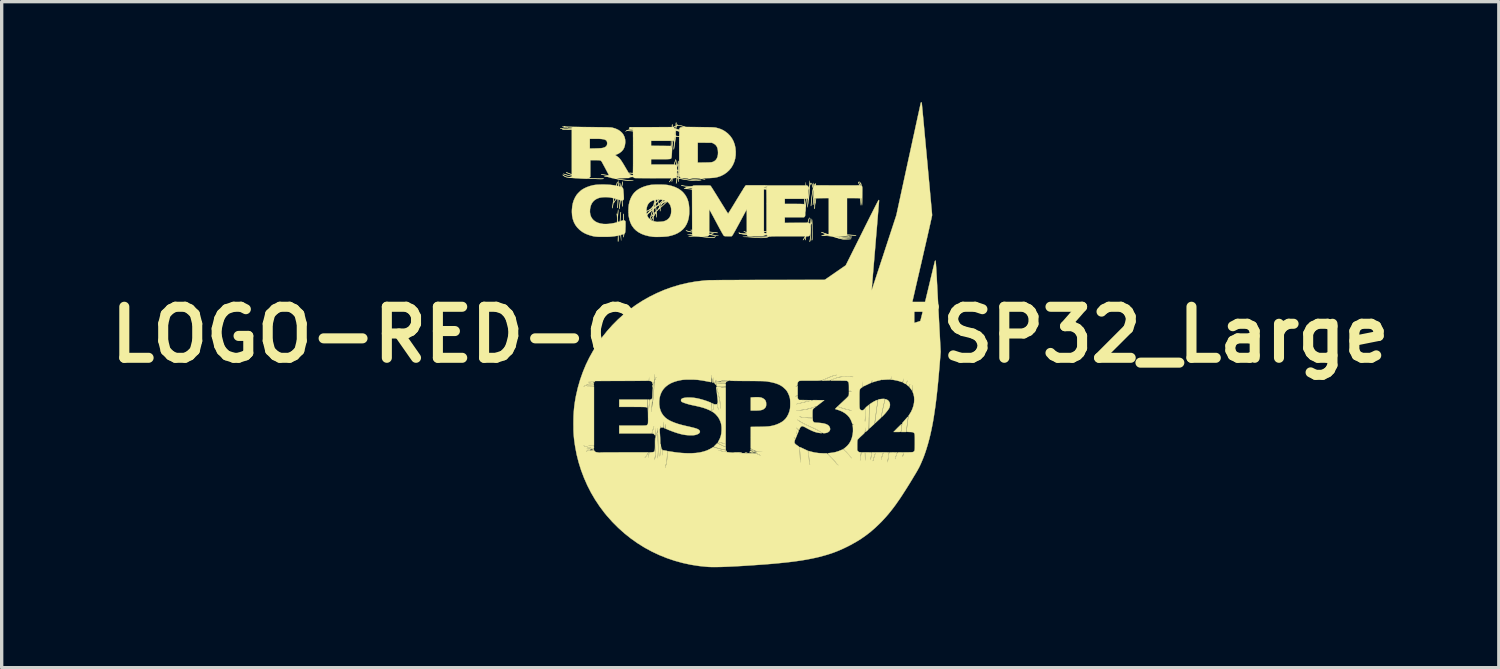
<source format=kicad_pcb>
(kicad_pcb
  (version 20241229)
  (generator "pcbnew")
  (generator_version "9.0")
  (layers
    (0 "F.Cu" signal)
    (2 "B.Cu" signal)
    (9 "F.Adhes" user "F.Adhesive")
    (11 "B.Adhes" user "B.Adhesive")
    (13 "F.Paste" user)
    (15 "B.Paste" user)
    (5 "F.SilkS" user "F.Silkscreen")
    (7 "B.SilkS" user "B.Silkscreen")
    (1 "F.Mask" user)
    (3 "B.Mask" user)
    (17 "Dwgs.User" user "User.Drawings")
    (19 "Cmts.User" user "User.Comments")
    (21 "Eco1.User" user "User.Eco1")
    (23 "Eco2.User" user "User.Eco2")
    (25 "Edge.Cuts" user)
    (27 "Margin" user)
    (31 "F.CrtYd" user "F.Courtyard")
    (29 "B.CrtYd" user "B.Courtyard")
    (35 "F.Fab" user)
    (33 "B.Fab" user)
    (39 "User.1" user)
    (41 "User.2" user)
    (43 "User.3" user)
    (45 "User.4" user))
  (footprint "LOGO-RED-COMET-ESP32_Large"
    (layer "F.Cu")
    (at 19.348 6.942)
    (property "Reference" "LOGO-RED-COMET-ESP32_Large" (at 0 0 180) (layer "F.SilkS") (effects (font (size 1.524 1.524) (thickness 0.3))))
    (attr smd)
    (fp_poly (pts (xy -2.838 3.008) (xy -2.841 3.012) (xy -2.845 3.008) (xy -2.841 3.004) (xy -2.838 3.008)) (stroke (width 0.01) (type solid)) (fill yes) (layer "F.SilkS"))
    (fp_poly (pts (xy -0.017 3.508) (xy -0.018 3.512) (xy -0.022 3.512) (xy -0.028 3.51) (xy -0.027 3.508) (xy -0.018 3.507) (xy -0.017 3.508)) (stroke (width 0.01) (type solid)) (fill yes) (layer "F.SilkS"))
    (fp_poly (pts (xy -0.1 3.514) (xy -0.096 3.514) (xy -0.09 3.516) (xy -0.097 3.517) (xy -0.115 3.517) (xy -0.127 3.517) (xy -0.149 3.517) (xy -0.161 3.516) (xy -0.159 3.515) (xy -0.154 3.514) (xy -0.127 3.513) (xy -0.1 3.514)) (stroke (width 0.01) (type solid)) (fill yes) (layer "F.SilkS"))
    (fp_poly (pts (xy 0.017 3.47) (xy 0.032 3.476) (xy 0.047 3.485) (xy 0.083 3.505) (xy 0.054 3.504) (xy 0.03 3.503) (xy 0.008 3.5) (xy 0.005 3.5) (xy -0.011 3.495) (xy -0.013 3.487) (xy -0.002 3.475) (xy 0.007 3.47) (xy 0.017 3.47)) (stroke (width 0.01) (type solid)) (fill yes) (layer "F.SilkS"))
    (fp_poly (pts (xy 0.064 3.438) (xy 0.087 3.451) (xy 0.105 3.461) (xy 0.115 3.466) (xy 0.116 3.467) (xy 0.113 3.468) (xy 0.098 3.467) (xy 0.073 3.464) (xy 0.053 3.46) (xy 0.03 3.456) (xy 0.019 3.45) (xy 0.015 3.442) (xy 0.015 3.432) (xy 0.015 3.411) (xy 0.064 3.438)) (stroke (width 0.01) (type solid)) (fill yes) (layer "F.SilkS"))
    (fp_poly (pts (xy 0.093 3.526) (xy 0.11 3.529) (xy 0.118 3.531) (xy 0.114 3.532) (xy 0.099 3.532) (xy 0.071 3.533) (xy 0.058 3.533) (xy 0.025 3.532) (xy 0.006 3.532) (xy -0.001 3.531) (xy 0.002 3.529) (xy 0.016 3.526) (xy 0.017 3.526) (xy 0.054 3.523) (xy 0.093 3.526)) (stroke (width 0.01) (type solid)) (fill yes) (layer "F.SilkS"))
    (fp_poly (pts (xy -0.374 3.515) (xy -0.335 3.516) (xy -0.301 3.518) (xy -0.283 3.519) (xy -0.262 3.522) (xy -0.252 3.523) (xy -0.254 3.524) (xy -0.269 3.525) (xy -0.297 3.525) (xy -0.305 3.525) (xy -0.345 3.524) (xy -0.389 3.522) (xy -0.429 3.52) (xy -0.435 3.52) (xy -0.497 3.515) (xy -0.414 3.515) (xy -0.374 3.515)) (stroke (width 0.01) (type solid)) (fill yes) (layer "F.SilkS"))
    (fp_poly (pts (xy 1.84 -4.522) (xy 1.846 -4.505) (xy 1.853 -4.481) (xy 1.858 -4.454) (xy 1.862 -4.429) (xy 1.864 -4.408) (xy 1.863 -4.4) (xy 1.862 -4.391) (xy 1.859 -4.393) (xy 1.856 -4.409) (xy 1.855 -4.416) (xy 1.849 -4.45) (xy 1.841 -4.483) (xy 1.834 -4.51) (xy 1.831 -4.518) (xy 1.832 -4.527) (xy 1.835 -4.528) (xy 1.84 -4.522)) (stroke (width 0.01) (type solid)) (fill yes) (layer "F.SilkS"))
    (fp_poly (pts (xy -1.035 1.421) (xy -1.029 1.424) (xy -1.026 1.435) (xy -1.024 1.452) (xy -1.023 1.472) (xy -1.024 1.488) (xy -1.025 1.495) (xy -1.026 1.495) (xy -1.03 1.489) (xy -1.038 1.476) (xy -1.052 1.459) (xy -1.068 1.447) (xy -1.082 1.438) (xy -1.089 1.431) (xy -1.089 1.43) (xy -1.082 1.425) (xy -1.067 1.421) (xy -1.05 1.419) (xy -1.035 1.421)) (stroke (width 0.01) (type solid)) (fill yes) (layer "F.SilkS"))
    (fp_poly (pts (xy -0.687 1.362) (xy -0.66 1.365) (xy -0.65 1.37) (xy -0.641 1.376) (xy -0.644 1.378) (xy -0.658 1.379) (xy -0.68 1.383) (xy -0.699 1.393) (xy -0.716 1.403) (xy -0.73 1.406) (xy -0.743 1.405) (xy -0.767 1.404) (xy -0.797 1.403) (xy -0.816 1.402) (xy -0.889 1.4) (xy -0.835 1.381) (xy -0.799 1.372) (xy -0.76 1.365) (xy -0.722 1.362) (xy -0.687 1.362)) (stroke (width 0.01) (type solid)) (fill yes) (layer "F.SilkS"))
    (fp_poly (pts (xy -0.89 3.287) (xy -0.853 3.305) (xy -0.819 3.322) (xy -0.789 3.336) (xy -0.768 3.346) (xy -0.764 3.347) (xy -0.733 3.359) (xy -0.733 3.399) (xy -0.734 3.421) (xy -0.736 3.436) (xy -0.738 3.439) (xy -0.749 3.437) (xy -0.758 3.435) (xy -0.827 3.419) (xy -0.892 3.403) (xy -0.951 3.387) (xy -1 3.373) (xy -1.022 3.366) (xy -1.09 3.344) (xy -1.038 3.291) (xy -0.986 3.239) (xy -0.89 3.287)) (stroke (width 0.01) (type solid)) (fill yes) (layer "F.SilkS"))
    (fp_poly (pts (xy -3.077 2.057) (xy -3.077 2.097) (xy -3.077 2.131) (xy -3.078 2.157) (xy -3.078 2.173) (xy -3.079 2.176) (xy -3.086 2.173) (xy -3.099 2.166) (xy -3.105 2.163) (xy -3.116 2.161) (xy -3.133 2.16) (xy -3.156 2.159) (xy -3.187 2.158) (xy -3.228 2.157) (xy -3.278 2.156) (xy -3.339 2.156) (xy -3.413 2.156) (xy -3.499 2.155) (xy -3.514 2.155) (xy -3.912 2.155) (xy -3.912 1.938) (xy -3.077 1.938) (xy -3.077 2.057)) (stroke (width 0.01) (type solid)) (fill yes) (layer "F.SilkS"))
    (fp_poly (pts (xy 4.52 2.679) (xy 4.518 2.7) (xy 4.515 2.729) (xy 4.512 2.763) (xy 4.508 2.798) (xy 4.504 2.832) (xy 4.5 2.861) (xy 4.496 2.882) (xy 4.495 2.887) (xy 4.494 2.893) (xy 4.49 2.897) (xy 4.481 2.9) (xy 4.467 2.902) (xy 4.443 2.903) (xy 4.408 2.903) (xy 4.385 2.903) (xy 4.279 2.903) (xy 4.398 2.781) (xy 4.432 2.748) (xy 4.462 2.718) (xy 4.487 2.694) (xy 4.506 2.678) (xy 4.517 2.669) (xy 4.52 2.669) (xy 4.52 2.679)) (stroke (width 0.01) (type solid)) (fill yes) (layer "F.SilkS"))
    (fp_poly (pts (xy 0.243 1.866) (xy 0.299 1.872) (xy 0.343 1.883) (xy 0.356 1.888) (xy 0.403 1.914) (xy 0.437 1.943) (xy 0.459 1.977) (xy 0.472 2.019) (xy 0.475 2.068) (xy 0.474 2.109) (xy 0.468 2.14) (xy 0.456 2.165) (xy 0.437 2.189) (xy 0.429 2.197) (xy 0.404 2.218) (xy 0.375 2.235) (xy 0.34 2.247) (xy 0.297 2.256) (xy 0.245 2.261) (xy 0.181 2.264) (xy 0.141 2.264) (xy 0.015 2.264) (xy 0.015 1.874) (xy 0.09 1.869) (xy 0.173 1.865) (xy 0.243 1.866)) (stroke (width 0.01) (type solid)) (fill yes) (layer "F.SilkS"))
    (fp_poly (pts (xy 4.71 2.453) (xy 4.709 2.466) (xy 4.706 2.49) (xy 4.702 2.52) (xy 4.699 2.538) (xy 4.695 2.571) (xy 4.689 2.613) (xy 4.683 2.661) (xy 4.677 2.709) (xy 4.674 2.732) (xy 4.668 2.775) (xy 4.664 2.814) (xy 4.659 2.847) (xy 4.656 2.87) (xy 4.654 2.879) (xy 4.65 2.903) (xy 4.506 2.903) (xy 4.511 2.854) (xy 4.514 2.826) (xy 4.519 2.789) (xy 4.524 2.749) (xy 4.528 2.721) (xy 4.54 2.636) (xy 4.625 2.537) (xy 4.658 2.499) (xy 4.683 2.472) (xy 4.7 2.456) (xy 4.709 2.451) (xy 4.71 2.453)) (stroke (width 0.01) (type solid)) (fill yes) (layer "F.SilkS"))
    (fp_poly (pts (xy -2.874 1.483) (xy -2.875 1.506) (xy -2.876 1.54) (xy -2.879 1.584) (xy -2.883 1.635) (xy -2.887 1.69) (xy -2.891 1.747) (xy -2.896 1.802) (xy -2.9 1.855) (xy -2.905 1.901) (xy -2.909 1.939) (xy -2.913 1.965) (xy -2.913 1.97) (xy -2.917 1.988) (xy -2.919 1.999) (xy -2.921 2.003) (xy -2.922 1.997) (xy -2.922 1.982) (xy -2.922 1.955) (xy -2.921 1.916) (xy -2.92 1.864) (xy -2.92 1.861) (xy -2.918 1.776) (xy -2.915 1.704) (xy -2.911 1.643) (xy -2.906 1.591) (xy -2.899 1.547) (xy -2.892 1.51) (xy -2.889 1.499) (xy -2.875 1.448) (xy -2.874 1.483)) (stroke (width 0.01) (type solid)) (fill yes) (layer "F.SilkS"))
    (fp_poly (pts (xy 4.04 1.925) (xy 4.056 1.929) (xy 4.066 1.933) (xy 4.107 1.956) (xy 4.138 1.988) (xy 4.16 2.028) (xy 4.17 2.072) (xy 4.169 2.12) (xy 4.157 2.17) (xy 4.144 2.197) (xy 4.128 2.223) (xy 4.104 2.257) (xy 4.074 2.295) (xy 4.041 2.335) (xy 4.007 2.374) (xy 3.974 2.409) (xy 3.959 2.424) (xy 3.917 2.464) (xy 3.922 2.424) (xy 3.926 2.401) (xy 3.932 2.368) (xy 3.94 2.328) (xy 3.949 2.281) (xy 3.96 2.23) (xy 3.971 2.178) (xy 3.983 2.125) (xy 3.994 2.075) (xy 4.004 2.029) (xy 4.014 1.988) (xy 4.022 1.956) (xy 4.028 1.934) (xy 4.032 1.924) (xy 4.032 1.924) (xy 4.04 1.925)) (stroke (width 0.01) (type solid)) (fill yes) (layer "F.SilkS"))
    (fp_poly (pts (xy 4.003 1.916) (xy 4.014 1.92) (xy 4.015 1.92) (xy 4.015 1.928) (xy 4.012 1.947) (xy 4.006 1.974) (xy 4.002 1.994) (xy 3.986 2.059) (xy 3.971 2.129) (xy 3.955 2.201) (xy 3.94 2.271) (xy 3.928 2.335) (xy 3.918 2.387) (xy 3.902 2.478) (xy 3.847 2.529) (xy 3.819 2.555) (xy 3.79 2.582) (xy 3.765 2.605) (xy 3.756 2.613) (xy 3.721 2.645) (xy 3.726 2.616) (xy 3.728 2.601) (xy 3.731 2.574) (xy 3.736 2.537) (xy 3.742 2.493) (xy 3.748 2.444) (xy 3.752 2.409) (xy 3.76 2.351) (xy 3.768 2.29) (xy 3.776 2.229) (xy 3.784 2.169) (xy 3.793 2.113) (xy 3.8 2.062) (xy 3.807 2.017) (xy 3.813 1.981) (xy 3.817 1.955) (xy 3.82 1.941) (xy 3.821 1.939) (xy 3.833 1.933) (xy 3.855 1.928) (xy 3.885 1.923) (xy 3.918 1.919) (xy 3.951 1.917) (xy 3.98 1.916) (xy 4.003 1.916)) (stroke (width 0.01) (type solid)) (fill yes) (layer "F.SilkS"))
    (fp_poly (pts (xy 3.801 1.948) (xy 3.801 1.956) (xy 3.799 1.976) (xy 3.796 2.007) (xy 3.791 2.047) (xy 3.785 2.093) (xy 3.778 2.139) (xy 3.769 2.202) (xy 3.76 2.272) (xy 3.75 2.344) (xy 3.741 2.414) (xy 3.733 2.475) (xy 3.73 2.492) (xy 3.709 2.658) (xy 3.639 2.724) (xy 3.612 2.749) (xy 3.588 2.771) (xy 3.57 2.787) (xy 3.559 2.796) (xy 3.558 2.797) (xy 3.555 2.797) (xy 3.553 2.793) (xy 3.552 2.783) (xy 3.55 2.767) (xy 3.55 2.742) (xy 3.55 2.708) (xy 3.55 2.664) (xy 3.551 2.608) (xy 3.552 2.538) (xy 3.552 2.535) (xy 3.553 2.469) (xy 3.554 2.404) (xy 3.556 2.341) (xy 3.557 2.283) (xy 3.558 2.233) (xy 3.56 2.194) (xy 3.561 2.172) (xy 3.565 2.075) (xy 3.627 2.035) (xy 3.657 2.015) (xy 3.69 1.996) (xy 3.723 1.979) (xy 3.753 1.964) (xy 3.778 1.953) (xy 3.795 1.948) (xy 3.801 1.948)) (stroke (width 0.01) (type solid)) (fill yes) (layer "F.SilkS"))
    (fp_poly (pts (xy -0.78 1.415) (xy -0.754 1.416) (xy -0.737 1.417) (xy -0.727 1.419) (xy -0.723 1.422) (xy -0.724 1.426) (xy -0.726 1.429) (xy -0.73 1.435) (xy -0.736 1.439) (xy -0.747 1.441) (xy -0.765 1.442) (xy -0.792 1.441) (xy -0.829 1.44) (xy -0.87 1.439) (xy -0.91 1.439) (xy -0.944 1.44) (xy -0.969 1.443) (xy -0.969 1.443) (xy -0.983 1.445) (xy -0.989 1.447) (xy -0.985 1.449) (xy -0.97 1.449) (xy -0.943 1.45) (xy -0.903 1.45) (xy -0.895 1.451) (xy -0.854 1.451) (xy -0.816 1.452) (xy -0.784 1.453) (xy -0.762 1.455) (xy -0.756 1.456) (xy -0.743 1.459) (xy -0.736 1.465) (xy -0.733 1.477) (xy -0.733 1.499) (xy -0.733 1.503) (xy -0.733 1.546) (xy -0.867 1.546) (xy -0.914 1.546) (xy -0.949 1.545) (xy -0.973 1.544) (xy -0.989 1.543) (xy -0.998 1.54) (xy -1.003 1.536) (xy -1.004 1.533) (xy -1.007 1.52) (xy -1.01 1.497) (xy -1.013 1.469) (xy -1.013 1.468) (xy -1.018 1.416) (xy -0.868 1.415) (xy -0.818 1.415) (xy -0.78 1.415)) (stroke (width 0.01) (type solid)) (fill yes) (layer "F.SilkS"))
    (fp_poly (pts (xy -0.895 1.553) (xy -0.854 1.554) (xy -0.816 1.555) (xy -0.785 1.557) (xy -0.763 1.559) (xy -0.758 1.56) (xy -0.751 1.563) (xy -0.757 1.564) (xy -0.778 1.564) (xy -0.808 1.562) (xy -0.845 1.561) (xy -0.868 1.561) (xy -0.88 1.563) (xy -0.883 1.566) (xy -0.882 1.566) (xy -0.872 1.571) (xy -0.849 1.574) (xy -0.813 1.575) (xy -0.805 1.575) (xy -0.733 1.575) (xy -0.733 2.413) (xy -0.733 2.522) (xy -0.733 2.627) (xy -0.733 2.727) (xy -0.733 2.821) (xy -0.734 2.908) (xy -0.734 2.987) (xy -0.734 3.058) (xy -0.734 3.119) (xy -0.735 3.169) (xy -0.735 3.209) (xy -0.735 3.236) (xy -0.736 3.249) (xy -0.736 3.251) (xy -0.744 3.25) (xy -0.763 3.246) (xy -0.79 3.239) (xy -0.814 3.234) (xy -0.863 3.223) (xy -0.9 3.216) (xy -0.924 3.212) (xy -0.939 3.212) (xy -0.943 3.214) (xy -0.943 3.215) (xy -0.937 3.219) (xy -0.92 3.224) (xy -0.909 3.226) (xy -0.886 3.229) (xy -0.855 3.236) (xy -0.82 3.243) (xy -0.806 3.246) (xy -0.737 3.262) (xy -0.734 3.304) (xy -0.734 3.326) (xy -0.736 3.341) (xy -0.738 3.345) (xy -0.747 3.342) (xy -0.765 3.335) (xy -0.791 3.324) (xy -0.806 3.317) (xy -0.838 3.302) (xy -0.873 3.284) (xy -0.906 3.267) (xy -0.935 3.251) (xy -0.956 3.238) (xy -0.968 3.23) (xy -0.967 3.221) (xy -0.96 3.204) (xy -0.948 3.18) (xy -0.941 3.167) (xy -0.906 3.097) (xy -0.88 3.025) (xy -0.864 2.948) (xy -0.857 2.864) (xy -0.856 2.818) (xy -0.857 2.756) (xy -0.863 2.704) (xy -0.872 2.655) (xy -0.887 2.605) (xy -0.893 2.589) (xy -0.93 2.508) (xy -0.98 2.434) (xy -1.041 2.367) (xy -1.089 2.326) (xy -1.149 2.288) (xy -1.221 2.251) (xy -1.304 2.216) (xy -1.396 2.183) (xy -1.496 2.155) (xy -1.586 2.134) (xy -1.631 2.124) (xy -1.678 2.114) (xy -1.722 2.105) (xy -1.757 2.097) (xy -1.763 2.096) (xy -1.807 2.086) (xy -1.853 2.073) (xy -1.9 2.059) (xy -1.945 2.045) (xy -1.985 2.03) (xy -2.018 2.017) (xy -2.041 2.006) (xy -2.051 1.999) (xy -2.065 1.976) (xy -2.068 1.95) (xy -2.059 1.926) (xy -2.052 1.918) (xy -2.026 1.902) (xy -1.989 1.889) (xy -1.941 1.881) (xy -1.884 1.876) (xy -1.821 1.875) (xy -1.753 1.878) (xy -1.682 1.884) (xy -1.61 1.895) (xy -1.575 1.902) (xy -1.519 1.915) (xy -1.455 1.932) (xy -1.387 1.952) (xy -1.321 1.973) (xy -1.261 1.995) (xy -1.243 2.002) (xy -1.172 2.03) (xy -1.168 2.147) (xy -1.166 2.198) (xy -1.163 2.236) (xy -1.16 2.261) (xy -1.155 2.273) (xy -1.149 2.274) (xy -1.141 2.265) (xy -1.137 2.258) (xy -1.131 2.242) (xy -1.132 2.236) (xy -1.136 2.235) (xy -1.147 2.241) (xy -1.149 2.244) (xy -1.15 2.241) (xy -1.152 2.225) (xy -1.153 2.199) (xy -1.153 2.165) (xy -1.153 2.146) (xy -1.154 2.039) (xy -1.133 2.049) (xy -1.124 2.055) (xy -1.118 2.062) (xy -1.114 2.073) (xy -1.11 2.092) (xy -1.106 2.12) (xy -1.104 2.142) (xy -1.099 2.18) (xy -1.094 2.211) (xy -1.09 2.234) (xy -1.086 2.246) (xy -1.083 2.247) (xy -1.082 2.235) (xy -1.082 2.235) (xy -1.083 2.217) (xy -1.086 2.192) (xy -1.088 2.177) (xy -1.093 2.145) (xy -1.098 2.111) (xy -1.099 2.099) (xy -1.104 2.06) (xy -1.085 2.072) (xy -1.068 2.08) (xy -1.045 2.081) (xy -1.031 2.08) (xy -0.996 2.075) (xy -0.976 2.157) (xy -0.967 2.19) (xy -0.959 2.218) (xy -0.953 2.238) (xy -0.949 2.246) (xy -0.946 2.249) (xy -0.944 2.249) (xy -0.944 2.244) (xy -0.947 2.233) (xy -0.952 2.213) (xy -0.959 2.183) (xy -0.97 2.143) (xy -0.978 2.11) (xy -0.983 2.087) (xy -0.985 2.072) (xy -0.983 2.06) (xy -0.979 2.048) (xy -0.976 2.042) (xy -0.973 2.035) (xy -0.97 2.026) (xy -0.969 2.016) (xy -0.969 2.002) (xy -0.969 1.982) (xy -0.972 1.955) (xy -0.975 1.919) (xy -0.98 1.873) (xy -0.987 1.815) (xy -0.99 1.79) (xy -0.996 1.735) (xy -1.001 1.684) (xy -1.006 1.64) (xy -1.01 1.604) (xy -1.012 1.578) (xy -1.013 1.564) (xy -1.013 1.562) (xy -1.01 1.568) (xy -1.005 1.585) (xy -0.997 1.613) (xy -0.988 1.649) (xy -0.978 1.691) (xy -0.967 1.737) (xy -0.955 1.785) (xy -0.944 1.833) (xy -0.934 1.879) (xy -0.925 1.921) (xy -0.917 1.957) (xy -0.912 1.985) (xy -0.91 1.996) (xy -0.902 2.095) (xy -0.902 2.152) (xy -0.903 2.183) (xy -0.903 2.204) (xy -0.902 2.213) (xy -0.9 2.21) (xy -0.896 2.186) (xy -0.894 2.152) (xy -0.894 2.111) (xy -0.895 2.066) (xy -0.897 2.023) (xy -0.901 1.983) (xy -0.904 1.962) (xy -0.908 1.94) (xy -0.915 1.907) (xy -0.925 1.865) (xy -0.936 1.818) (xy -0.948 1.767) (xy -0.96 1.717) (xy -0.972 1.668) (xy -0.983 1.626) (xy -0.992 1.591) (xy -0.998 1.567) (xy -0.999 1.566) (xy -0.999 1.561) (xy -0.996 1.557) (xy -0.986 1.555) (xy -0.969 1.554) (xy -0.941 1.553) (xy -0.901 1.553) (xy -0.895 1.553)) (stroke (width 0.01) (type solid)) (fill yes) (layer "F.SilkS"))
    (fp_poly (pts (xy -3.927 -4.516) (xy -3.926 -4.477) (xy -3.925 -4.451) (xy -3.923 -4.436) (xy -3.919 -4.428) (xy -3.916 -4.427) (xy -3.9 -4.424) (xy -3.894 -4.422) (xy -3.885 -4.422) (xy -3.886 -4.428) (xy -3.888 -4.44) (xy -3.89 -4.461) (xy -3.893 -4.489) (xy -3.893 -4.492) (xy -3.894 -4.518) (xy -3.893 -4.531) (xy -3.891 -4.532) (xy -3.887 -4.521) (xy -3.883 -4.499) (xy -3.879 -4.468) (xy -3.879 -4.468) (xy -3.875 -4.437) (xy -3.868 -4.419) (xy -3.863 -4.414) (xy -3.853 -4.414) (xy -3.845 -4.424) (xy -3.837 -4.445) (xy -3.832 -4.47) (xy -3.823 -4.515) (xy -3.815 -4.548) (xy -3.809 -4.567) (xy -3.806 -4.573) (xy -3.805 -4.571) (xy -3.805 -4.559) (xy -3.808 -4.537) (xy -3.813 -4.508) (xy -3.817 -4.485) (xy -3.832 -4.411) (xy -3.814 -4.39) (xy -3.807 -4.38) (xy -3.801 -4.37) (xy -3.796 -4.358) (xy -3.793 -4.34) (xy -3.789 -4.316) (xy -3.786 -4.282) (xy -3.783 -4.237) (xy -3.781 -4.215) (xy -3.777 -4.16) (xy -3.775 -4.118) (xy -3.774 -4.086) (xy -3.774 -4.063) (xy -3.776 -4.047) (xy -3.78 -4.035) (xy -3.787 -4.026) (xy -3.795 -4.019) (xy -3.797 -4.017) (xy -3.819 -3.998) (xy -3.815 -3.911) (xy -3.813 -3.878) (xy -3.813 -3.85) (xy -3.814 -3.832) (xy -3.816 -3.825) (xy -3.816 -3.825) (xy -3.819 -3.831) (xy -3.822 -3.85) (xy -3.824 -3.877) (xy -3.826 -3.911) (xy -3.826 -3.912) (xy -3.828 -3.946) (xy -3.83 -3.974) (xy -3.832 -3.994) (xy -3.833 -4.002) (xy -3.833 -4.002) (xy -3.841 -4.006) (xy -3.854 -4.009) (xy -3.873 -4.014) (xy -3.889 -3.892) (xy -3.896 -3.842) (xy -3.901 -3.805) (xy -3.905 -3.779) (xy -3.908 -3.763) (xy -3.911 -3.754) (xy -3.914 -3.752) (xy -3.915 -3.753) (xy -3.915 -3.761) (xy -3.914 -3.781) (xy -3.91 -3.811) (xy -3.906 -3.847) (xy -3.901 -3.886) (xy -3.895 -3.928) (xy -3.891 -3.964) (xy -3.887 -3.992) (xy -3.885 -4.011) (xy -3.885 -4.017) (xy -3.895 -4.021) (xy -3.911 -4.027) (xy -3.927 -4.031) (xy -3.937 -4.033) (xy -3.938 -4.032) (xy -3.94 -4.024) (xy -3.942 -4.005) (xy -3.944 -3.976) (xy -3.946 -3.94) (xy -3.947 -3.921) (xy -3.95 -3.881) (xy -3.953 -3.846) (xy -3.957 -3.818) (xy -3.961 -3.8) (xy -3.962 -3.796) (xy -3.969 -3.784) (xy -3.973 -3.784) (xy -3.972 -3.797) (xy -3.967 -3.822) (xy -3.965 -3.832) (xy -3.961 -3.86) (xy -3.958 -3.896) (xy -3.956 -3.936) (xy -3.955 -3.96) (xy -3.956 -3.996) (xy -3.957 -4.02) (xy -3.959 -4.035) (xy -3.963 -4.043) (xy -3.967 -4.045) (xy -3.981 -4.049) (xy -3.994 -4.046) (xy -4.007 -4.035) (xy -4.023 -4.015) (xy -4.038 -3.99) (xy -4.054 -3.965) (xy -4.066 -3.947) (xy -4.074 -3.938) (xy -4.076 -3.938) (xy -4.074 -3.947) (xy -4.065 -3.965) (xy -4.051 -3.988) (xy -4.046 -3.995) (xy -4.031 -4.019) (xy -4.019 -4.038) (xy -4.014 -4.049) (xy -4.013 -4.05) (xy -4.019 -4.056) (xy -4.034 -4.062) (xy -4.051 -4.068) (xy -4.064 -4.07) (xy -4.068 -4.07) (xy -4.07 -4.061) (xy -4.073 -4.042) (xy -4.078 -4.014) (xy -4.082 -3.98) (xy -4.082 -3.976) (xy -4.089 -3.921) (xy -4.097 -3.872) (xy -4.103 -3.831) (xy -4.109 -3.801) (xy -4.115 -3.782) (xy -4.119 -3.775) (xy -4.119 -3.776) (xy -4.12 -3.784) (xy -4.118 -3.803) (xy -4.114 -3.83) (xy -4.112 -3.844) (xy -4.106 -3.879) (xy -4.1 -3.923) (xy -4.094 -3.967) (xy -4.091 -3.99) (xy -4.081 -4.072) (xy -4.099 -4.079) (xy -4.114 -4.083) (xy -4.139 -4.089) (xy -4.17 -4.094) (xy -4.19 -4.098) (xy -4.254 -4.105) (xy -4.321 -4.107) (xy -4.388 -4.105) (xy -4.45 -4.098) (xy -4.504 -4.087) (xy -4.518 -4.083) (xy -4.589 -4.054) (xy -4.648 -4.016) (xy -4.697 -3.969) (xy -4.735 -3.912) (xy -4.763 -3.846) (xy -4.78 -3.769) (xy -4.784 -3.744) (xy -4.787 -3.664) (xy -4.777 -3.591) (xy -4.755 -3.525) (xy -4.721 -3.467) (xy -4.676 -3.417) (xy -4.62 -3.375) (xy -4.553 -3.343) (xy -4.477 -3.32) (xy -4.39 -3.306) (xy -4.369 -3.305) (xy -4.302 -3.304) (xy -4.226 -3.308) (xy -4.148 -3.318) (xy -4.072 -3.332) (xy -4.056 -3.335) (xy -3.979 -3.354) (xy -3.974 -3.409) (xy -3.973 -3.444) (xy -3.974 -3.485) (xy -3.976 -3.525) (xy -3.977 -3.534) (xy -3.98 -3.57) (xy -3.983 -3.594) (xy -3.983 -3.608) (xy -3.983 -3.613) (xy -3.98 -3.612) (xy -3.977 -3.607) (xy -3.973 -3.593) (xy -3.97 -3.572) (xy -3.97 -3.564) (xy -3.969 -3.542) (xy -3.968 -3.534) (xy -3.965 -3.54) (xy -3.962 -3.558) (xy -3.958 -3.588) (xy -3.954 -3.629) (xy -3.952 -3.651) (xy -3.949 -3.691) (xy -3.946 -3.718) (xy -3.944 -3.732) (xy -3.943 -3.733) (xy -3.942 -3.724) (xy -3.942 -3.707) (xy -3.942 -3.679) (xy -3.944 -3.641) (xy -3.947 -3.597) (xy -3.951 -3.554) (xy -3.952 -3.548) (xy -3.957 -3.493) (xy -3.959 -3.446) (xy -3.958 -3.409) (xy -3.955 -3.383) (xy -3.949 -3.369) (xy -3.945 -3.367) (xy -3.932 -3.37) (xy -3.914 -3.375) (xy -3.892 -3.382) (xy -3.883 -3.51) (xy -3.88 -3.553) (xy -3.876 -3.591) (xy -3.873 -3.622) (xy -3.87 -3.644) (xy -3.868 -3.653) (xy -3.864 -3.661) (xy -3.862 -3.66) (xy -3.861 -3.65) (xy -3.863 -3.628) (xy -3.866 -3.594) (xy -3.868 -3.573) (xy -3.873 -3.511) (xy -3.877 -3.463) (xy -3.879 -3.427) (xy -3.879 -3.404) (xy -3.878 -3.391) (xy -3.875 -3.389) (xy -3.865 -3.391) (xy -3.846 -3.398) (xy -3.828 -3.404) (xy -3.788 -3.419) (xy -3.788 -3.513) (xy -3.788 -3.551) (xy -3.786 -3.581) (xy -3.784 -3.602) (xy -3.781 -3.61) (xy -3.778 -3.606) (xy -3.775 -3.587) (xy -3.774 -3.555) (xy -3.774 -3.517) (xy -3.774 -3.418) (xy -3.753 -3.408) (xy -3.737 -3.397) (xy -3.727 -3.385) (xy -3.727 -3.385) (xy -3.726 -3.373) (xy -3.724 -3.349) (xy -3.724 -3.315) (xy -3.724 -3.276) (xy -3.724 -3.232) (xy -3.726 -3.188) (xy -3.727 -3.146) (xy -3.729 -3.112) (xy -3.732 -3.078) (xy -3.735 -3.055) (xy -3.74 -3.039) (xy -3.747 -3.028) (xy -3.751 -3.024) (xy -3.763 -3.005) (xy -3.77 -2.978) (xy -3.771 -2.964) (xy -3.775 -2.939) (xy -3.779 -2.919) (xy -3.782 -2.91) (xy -3.784 -2.911) (xy -3.785 -2.924) (xy -3.784 -2.947) (xy -3.783 -2.953) (xy -3.781 -2.981) (xy -3.781 -2.996) (xy -3.784 -3.003) (xy -3.789 -3.003) (xy -3.79 -3.003) (xy -3.804 -2.998) (xy -3.825 -2.991) (xy -3.831 -2.989) (xy -3.861 -2.98) (xy -3.858 -2.896) (xy -3.855 -2.812) (xy -3.862 -2.894) (xy -3.87 -2.976) (xy -3.893 -2.972) (xy -3.917 -2.967) (xy -3.931 -2.962) (xy -3.939 -2.953) (xy -3.941 -2.938) (xy -3.939 -2.914) (xy -3.938 -2.898) (xy -3.936 -2.863) (xy -3.937 -2.83) (xy -3.939 -2.804) (xy -3.942 -2.786) (xy -3.947 -2.779) (xy -3.949 -2.786) (xy -3.95 -2.805) (xy -3.95 -2.832) (xy -3.949 -2.866) (xy -3.949 -2.868) (xy -3.947 -2.956) (xy -3.978 -2.951) (xy -4.041 -2.942) (xy -4.094 -2.935) (xy -4.139 -2.93) (xy -4.18 -2.926) (xy -4.221 -2.924) (xy -4.265 -2.923) (xy -4.315 -2.922) (xy -4.376 -2.922) (xy -4.387 -2.922) (xy -4.458 -2.922) (xy -4.517 -2.923) (xy -4.567 -2.925) (xy -4.61 -2.929) (xy -4.65 -2.934) (xy -4.689 -2.941) (xy -4.729 -2.951) (xy -4.774 -2.963) (xy -4.78 -2.965) (xy -4.86 -2.992) (xy -4.931 -3.022) (xy -4.997 -3.059) (xy -5.015 -3.07) (xy -5.096 -3.132) (xy -5.165 -3.201) (xy -5.222 -3.278) (xy -5.266 -3.362) (xy -5.298 -3.455) (xy -5.318 -3.554) (xy -5.325 -3.661) (xy -5.324 -3.727) (xy -5.314 -3.832) (xy -5.296 -3.927) (xy -5.269 -4.013) (xy -5.232 -4.093) (xy -5.189 -4.166) (xy -5.166 -4.195) (xy -5.135 -4.229) (xy -5.1 -4.264) (xy -5.065 -4.297) (xy -5.032 -4.323) (xy -5.022 -4.33) (xy -4.954 -4.37) (xy -4.876 -4.406) (xy -4.789 -4.437) (xy -4.698 -4.461) (xy -4.679 -4.465) (xy -4.629 -4.472) (xy -4.568 -4.478) (xy -4.498 -4.481) (xy -4.423 -4.483) (xy -4.344 -4.482) (xy -4.266 -4.479) (xy -4.191 -4.475) (xy -4.122 -4.468) (xy -4.062 -4.46) (xy -4.016 -4.451) (xy -4.008 -4.451) (xy -4.002 -4.456) (xy -3.996 -4.469) (xy -3.99 -4.492) (xy -3.988 -4.501) (xy -3.981 -4.527) (xy -3.974 -4.548) (xy -3.969 -4.56) (xy -3.969 -4.561) (xy -3.964 -4.564) (xy -3.963 -4.559) (xy -3.966 -4.544) (xy -3.973 -4.517) (xy -3.976 -4.503) (xy -3.983 -4.478) (xy -3.986 -4.458) (xy -3.986 -4.448) (xy -3.986 -4.448) (xy -3.973 -4.441) (xy -3.957 -4.438) (xy -3.944 -4.439) (xy -3.94 -4.443) (xy -3.939 -4.454) (xy -3.937 -4.476) (xy -3.935 -4.505) (xy -3.934 -4.528) (xy -3.929 -4.605) (xy -3.927 -4.516)) (stroke (width 0.01) (type solid)) (fill yes) (layer "F.SilkS"))
    (fp_poly (pts (xy 3.266 -4.566) (xy 3.275 -4.552) (xy 3.283 -4.538) (xy 3.294 -4.519) (xy 3.3 -4.513) (xy 3.303 -4.518) (xy 3.304 -4.519) (xy 3.307 -4.509) (xy 3.31 -4.494) (xy 3.317 -4.467) (xy 3.326 -4.443) (xy 3.332 -4.435) (xy 3.336 -4.429) (xy 3.339 -4.423) (xy 3.341 -4.415) (xy 3.343 -4.403) (xy 3.344 -4.386) (xy 3.345 -4.363) (xy 3.345 -4.331) (xy 3.345 -4.29) (xy 3.344 -4.239) (xy 3.344 -4.175) (xy 3.343 -4.14) (xy 3.342 -4.079) (xy 3.341 -4.022) (xy 3.34 -3.971) (xy 3.339 -3.928) (xy 3.338 -3.895) (xy 3.336 -3.872) (xy 3.335 -3.863) (xy 3.335 -3.863) (xy 3.333 -3.866) (xy 3.331 -3.881) (xy 3.331 -3.889) (xy 3.329 -3.907) (xy 3.326 -3.918) (xy 3.324 -3.919) (xy 3.32 -3.926) (xy 3.318 -3.945) (xy 3.317 -3.976) (xy 3.317 -3.999) (xy 3.316 -4.035) (xy 3.315 -4.059) (xy 3.312 -4.073) (xy 3.308 -4.078) (xy 3.307 -4.079) (xy 3.303 -4.076) (xy 3.3 -4.067) (xy 3.299 -4.049) (xy 3.298 -4.021) (xy 3.299 -3.981) (xy 3.299 -3.971) (xy 3.301 -3.864) (xy 3.294 -3.962) (xy 3.291 -3.999) (xy 3.288 -4.031) (xy 3.286 -4.055) (xy 3.284 -4.068) (xy 3.284 -4.069) (xy 3.279 -4.072) (xy 3.268 -4.075) (xy 3.247 -4.076) (xy 3.217 -4.077) (xy 3.175 -4.078) (xy 3.121 -4.078) (xy 3.085 -4.079) (xy 2.888 -4.079) (xy 2.888 -2.991) (xy 2.912 -2.987) (xy 2.93 -2.985) (xy 2.958 -2.982) (xy 2.99 -2.98) (xy 3.001 -2.979) (xy 3.06 -2.975) (xy 3.106 -2.971) (xy 3.138 -2.968) (xy 3.156 -2.965) (xy 3.161 -2.961) (xy 3.161 -2.961) (xy 3.153 -2.96) (xy 3.134 -2.96) (xy 3.108 -2.962) (xy 3.105 -2.962) (xy 3.075 -2.964) (xy 3.037 -2.967) (xy 2.995 -2.969) (xy 2.965 -2.97) (xy 2.927 -2.97) (xy 2.902 -2.97) (xy 2.887 -2.968) (xy 2.879 -2.965) (xy 2.877 -2.961) (xy 2.881 -2.954) (xy 2.895 -2.95) (xy 2.919 -2.948) (xy 2.942 -2.945) (xy 2.957 -2.941) (xy 2.961 -2.938) (xy 2.954 -2.934) (xy 2.935 -2.934) (xy 2.923 -2.935) (xy 2.908 -2.936) (xy 2.881 -2.937) (xy 2.847 -2.938) (xy 2.806 -2.939) (xy 2.762 -2.939) (xy 2.717 -2.939) (xy 2.672 -2.939) (xy 2.631 -2.939) (xy 2.596 -2.939) (xy 2.569 -2.938) (xy 2.553 -2.937) (xy 2.549 -2.936) (xy 2.555 -2.935) (xy 2.573 -2.932) (xy 2.6 -2.929) (xy 2.635 -2.926) (xy 2.674 -2.923) (xy 2.715 -2.919) (xy 2.757 -2.916) (xy 2.796 -2.913) (xy 2.814 -2.912) (xy 2.877 -2.911) (xy 2.933 -2.914) (xy 2.956 -2.917) (xy 2.997 -2.922) (xy 3.024 -2.921) (xy 3.033 -2.919) (xy 3.035 -2.916) (xy 3.024 -2.913) (xy 3.002 -2.91) (xy 2.972 -2.908) (xy 2.936 -2.906) (xy 2.895 -2.904) (xy 2.852 -2.903) (xy 2.808 -2.904) (xy 2.766 -2.904) (xy 2.754 -2.905) (xy 2.716 -2.906) (xy 2.691 -2.907) (xy 2.679 -2.907) (xy 2.676 -2.906) (xy 2.683 -2.903) (xy 2.698 -2.899) (xy 2.7 -2.899) (xy 2.819 -2.875) (xy 2.939 -2.866) (xy 2.95 -2.866) (xy 2.985 -2.865) (xy 3.007 -2.863) (xy 3.015 -2.861) (xy 3.011 -2.859) (xy 2.994 -2.856) (xy 2.967 -2.854) (xy 2.929 -2.851) (xy 2.881 -2.849) (xy 2.877 -2.849) (xy 2.831 -2.847) (xy 2.795 -2.848) (xy 2.765 -2.85) (xy 2.737 -2.854) (xy 2.713 -2.859) (xy 2.682 -2.866) (xy 2.642 -2.877) (xy 2.597 -2.889) (xy 2.554 -2.903) (xy 2.546 -2.905) (xy 2.481 -2.923) (xy 2.531 -2.923) (xy 2.535 -2.92) (xy 2.55 -2.915) (xy 2.574 -2.907) (xy 2.604 -2.898) (xy 2.638 -2.888) (xy 2.672 -2.879) (xy 2.705 -2.87) (xy 2.733 -2.863) (xy 2.754 -2.858) (xy 2.761 -2.857) (xy 2.78 -2.856) (xy 2.807 -2.854) (xy 2.834 -2.854) (xy 2.885 -2.854) (xy 2.821 -2.864) (xy 2.79 -2.869) (xy 2.749 -2.877) (xy 2.704 -2.887) (xy 2.659 -2.897) (xy 2.647 -2.899) (xy 2.609 -2.908) (xy 2.59 -2.912) (xy 2.632 -2.912) (xy 2.642 -2.911) (xy 2.652 -2.912) (xy 2.651 -2.915) (xy 2.636 -2.916) (xy 2.633 -2.915) (xy 2.632 -2.912) (xy 2.59 -2.912) (xy 2.576 -2.915) (xy 2.55 -2.92) (xy 2.534 -2.923) (xy 2.531 -2.923) (xy 2.481 -2.923) (xy 2.467 -2.927) (xy 2.453 -2.929) (xy 2.506 -2.929) (xy 2.507 -2.925) (xy 2.511 -2.925) (xy 2.517 -2.927) (xy 2.516 -2.929) (xy 2.507 -2.93) (xy 2.506 -2.929) (xy 2.453 -2.929) (xy 2.389 -2.942) (xy 2.307 -2.95) (xy 2.218 -2.954) (xy 2.204 -2.954) (xy 2.174 -2.954) (xy 2.149 -2.956) (xy 2.133 -2.959) (xy 2.13 -2.961) (xy 2.133 -2.966) (xy 2.148 -2.968) (xy 2.154 -2.968) (xy 2.173 -2.97) (xy 2.177 -2.971) (xy 2.188 -2.971) (xy 2.221 -2.966) (xy 2.247 -2.962) (xy 2.279 -2.96) (xy 2.297 -2.959) (xy 2.322 -2.957) (xy 2.341 -2.956) (xy 2.349 -2.955) (xy 2.358 -2.957) (xy 2.359 -2.959) (xy 2.352 -2.968) (xy 2.334 -2.975) (xy 2.308 -2.979) (xy 2.277 -2.981) (xy 2.244 -2.98) (xy 2.217 -2.976) (xy 2.188 -2.971) (xy 2.177 -2.971) (xy 2.184 -2.973) (xy 2.186 -2.974) (xy 2.193 -2.979) (xy 2.211 -2.986) (xy 2.212 -2.986) (xy 2.337 -2.986) (xy 2.34 -2.983) (xy 2.344 -2.986) (xy 2.34 -2.99) (xy 2.337 -2.986) (xy 2.212 -2.986) (xy 2.227 -2.991) (xy 2.267 -3.002) (xy 2.198 -3.026) (xy 2.16 -3.04) (xy 2.134 -3.051) (xy 2.121 -3.059) (xy 2.121 -3.062) (xy 2.125 -3.063) (xy 2.135 -3.06) (xy 2.155 -3.053) (xy 2.184 -3.043) (xy 2.216 -3.031) (xy 2.219 -3.03) (xy 2.253 -3.017) (xy 2.285 -3.007) (xy 2.309 -3) (xy 2.324 -2.997) (xy 2.324 -2.997) (xy 2.344 -2.997) (xy 2.344 -4.079) (xy 2.154 -4.077) (xy 1.963 -4.075) (xy 1.958 -4.012) (xy 1.954 -3.979) (xy 1.949 -3.949) (xy 1.943 -3.926) (xy 1.941 -3.922) (xy 1.935 -3.896) (xy 1.931 -3.861) (xy 1.93 -3.835) (xy 1.93 -3.804) (xy 1.927 -3.783) (xy 1.923 -3.771) (xy 1.918 -3.766) (xy 1.909 -3.759) (xy 1.909 -3.764) (xy 1.911 -3.769) (xy 1.916 -3.784) (xy 1.919 -3.801) (xy 1.921 -3.82) (xy 1.921 -3.846) (xy 1.92 -3.88) (xy 1.918 -3.924) (xy 1.916 -3.957) (xy 1.912 -4.008) (xy 1.908 -4.045) (xy 1.905 -4.067) (xy 1.902 -4.076) (xy 1.899 -4.071) (xy 1.896 -4.051) (xy 1.893 -4.019) (xy 1.891 -3.999) (xy 1.887 -3.948) (xy 1.883 -3.911) (xy 1.879 -3.887) (xy 1.874 -3.876) (xy 1.873 -3.875) (xy 1.871 -3.882) (xy 1.872 -3.898) (xy 1.874 -3.913) (xy 1.876 -3.934) (xy 1.878 -3.965) (xy 1.88 -4.003) (xy 1.882 -4.047) (xy 1.883 -4.079) (xy 1.917 -4.079) (xy 1.921 -4.011) (xy 1.924 -3.97) (xy 1.927 -3.943) (xy 1.931 -3.931) (xy 1.935 -3.933) (xy 1.94 -3.949) (xy 1.944 -3.98) (xy 1.948 -4.02) (xy 1.954 -4.079) (xy 1.917 -4.079) (xy 1.883 -4.079) (xy 1.883 -4.095) (xy 1.885 -4.142) (xy 1.885 -4.188) (xy 1.886 -4.23) (xy 1.886 -4.265) (xy 1.885 -4.292) (xy 1.884 -4.306) (xy 1.883 -4.308) (xy 1.879 -4.315) (xy 1.875 -4.31) (xy 1.872 -4.296) (xy 1.866 -4.268) (xy 1.859 -4.229) (xy 1.852 -4.182) (xy 1.846 -4.13) (xy 1.839 -4.076) (xy 1.834 -4.025) (xy 1.829 -3.978) (xy 1.829 -3.973) (xy 1.826 -3.935) (xy 1.823 -3.901) (xy 1.82 -3.874) (xy 1.818 -3.857) (xy 1.817 -3.855) (xy 1.814 -3.841) (xy 1.812 -3.84) (xy 1.811 -3.85) (xy 1.811 -3.87) (xy 1.813 -3.898) (xy 1.816 -3.932) (xy 1.819 -3.972) (xy 1.823 -4.015) (xy 1.828 -4.06) (xy 1.833 -4.104) (xy 1.839 -4.148) (xy 1.844 -4.189) (xy 1.85 -4.225) (xy 1.851 -4.235) (xy 1.858 -4.273) (xy 1.864 -4.311) (xy 1.87 -4.343) (xy 1.873 -4.362) (xy 1.877 -4.388) (xy 1.882 -4.422) (xy 1.888 -4.458) (xy 1.889 -4.467) (xy 1.898 -4.532) (xy 1.901 -4.485) (xy 1.904 -4.46) (xy 1.906 -4.448) (xy 1.909 -4.447) (xy 1.914 -4.453) (xy 1.914 -4.454) (xy 1.921 -4.47) (xy 1.923 -4.48) (xy 1.927 -4.493) (xy 1.93 -4.496) (xy 1.934 -4.493) (xy 1.933 -4.479) (xy 1.933 -4.478) (xy 1.932 -4.461) (xy 1.937 -4.456) (xy 1.943 -4.462) (xy 1.944 -4.481) (xy 1.944 -4.489) (xy 1.943 -4.508) (xy 1.945 -4.52) (xy 1.946 -4.521) (xy 1.95 -4.515) (xy 1.953 -4.498) (xy 1.954 -4.49) (xy 1.956 -4.46) (xy 2.584 -4.457) (xy 2.678 -4.457) (xy 2.769 -4.457) (xy 2.855 -4.457) (xy 2.935 -4.457) (xy 3.008 -4.457) (xy 3.073 -4.457) (xy 3.128 -4.458) (xy 3.173 -4.458) (xy 3.207 -4.459) (xy 3.228 -4.459) (xy 3.234 -4.46) (xy 3.258 -4.464) (xy 3.244 -4.501) (xy 3.236 -4.525) (xy 3.228 -4.545) (xy 3.225 -4.553) (xy 3.223 -4.563) (xy 3.228 -4.562) (xy 3.234 -4.553) (xy 3.242 -4.534) (xy 3.251 -4.509) (xy 3.252 -4.506) (xy 3.262 -4.48) (xy 3.269 -4.464) (xy 3.277 -4.457) (xy 3.285 -4.456) (xy 3.295 -4.457) (xy 3.298 -4.463) (xy 3.295 -4.478) (xy 3.293 -4.483) (xy 3.285 -4.508) (xy 3.273 -4.535) (xy 3.272 -4.538) (xy 3.264 -4.556) (xy 3.261 -4.568) (xy 3.261 -4.57) (xy 3.266 -4.566)) (stroke (width 0.01) (type solid)) (fill yes) (layer "F.SilkS"))
    (fp_poly (pts (xy -2.654 -4.481) (xy -2.593 -4.479) (xy -2.538 -4.476) (xy -2.492 -4.472) (xy -2.467 -4.469) (xy -2.352 -4.443) (xy -2.249 -4.408) (xy -2.157 -4.365) (xy -2.076 -4.312) (xy -2.007 -4.251) (xy -1.949 -4.181) (xy -1.942 -4.17) (xy -1.902 -4.104) (xy -1.871 -4.035) (xy -1.848 -3.962) (xy -1.832 -3.881) (xy -1.824 -3.792) (xy -1.821 -3.692) (xy -1.821 -3.691) (xy -1.823 -3.61) (xy -1.83 -3.539) (xy -1.842 -3.472) (xy -1.859 -3.406) (xy -1.866 -3.384) (xy -1.902 -3.297) (xy -1.95 -3.218) (xy -2.009 -3.148) (xy -2.08 -3.087) (xy -2.161 -3.035) (xy -2.254 -2.992) (xy -2.358 -2.959) (xy -2.453 -2.938) (xy -2.493 -2.932) (xy -2.544 -2.928) (xy -2.602 -2.924) (xy -2.665 -2.921) (xy -2.729 -2.92) (xy -2.791 -2.919) (xy -2.847 -2.92) (xy -2.894 -2.923) (xy -2.917 -2.925) (xy -3.038 -2.945) (xy -3.147 -2.973) (xy -3.245 -3.01) (xy -3.332 -3.056) (xy -3.407 -3.11) (xy -3.472 -3.173) (xy -3.526 -3.246) (xy -3.538 -3.264) (xy -3.565 -3.318) (xy -3.59 -3.382) (xy -3.592 -3.39) (xy -2.897 -3.39) (xy -2.855 -3.382) (xy -2.831 -3.377) (xy -2.812 -3.372) (xy -2.805 -3.37) (xy -2.791 -3.368) (xy -2.766 -3.368) (xy -2.734 -3.369) (xy -2.697 -3.371) (xy -2.659 -3.374) (xy -2.625 -3.378) (xy -2.596 -3.382) (xy -2.576 -3.386) (xy -2.512 -3.412) (xy -2.459 -3.446) (xy -2.417 -3.49) (xy -2.387 -3.543) (xy -2.367 -3.604) (xy -2.359 -3.676) (xy -2.359 -3.695) (xy -2.361 -3.758) (xy -2.37 -3.811) (xy -2.386 -3.858) (xy -2.393 -3.874) (xy -2.406 -3.895) (xy -2.423 -3.918) (xy -2.442 -3.94) (xy -2.46 -3.957) (xy -2.475 -3.968) (xy -2.48 -3.97) (xy -2.487 -3.965) (xy -2.502 -3.952) (xy -2.523 -3.933) (xy -2.544 -3.915) (xy -2.573 -3.887) (xy -2.604 -3.859) (xy -2.631 -3.834) (xy -2.643 -3.823) (xy -2.685 -3.786) (xy -2.685 -3.736) (xy -2.686 -3.712) (xy -2.688 -3.694) (xy -2.691 -3.687) (xy -2.691 -3.687) (xy -2.693 -3.693) (xy -2.694 -3.709) (xy -2.693 -3.72) (xy -2.693 -3.746) (xy -2.697 -3.76) (xy -2.707 -3.762) (xy -2.724 -3.751) (xy -2.747 -3.729) (xy -2.749 -3.727) (xy -2.769 -3.707) (xy -2.784 -3.692) (xy -2.794 -3.685) (xy -2.795 -3.685) (xy -2.797 -3.683) (xy -2.798 -3.677) (xy -2.798 -3.664) (xy -2.797 -3.642) (xy -2.796 -3.61) (xy -2.793 -3.566) (xy -2.792 -3.545) (xy -2.79 -3.518) (xy -2.791 -3.504) (xy -2.792 -3.502) (xy -2.795 -3.513) (xy -2.798 -3.534) (xy -2.802 -3.566) (xy -2.805 -3.595) (xy -2.81 -3.645) (xy -2.848 -3.587) (xy -2.866 -3.56) (xy -2.878 -3.54) (xy -2.885 -3.521) (xy -2.889 -3.5) (xy -2.891 -3.47) (xy -2.892 -3.46) (xy -2.897 -3.39) (xy -3.592 -3.39) (xy -3.61 -3.449) (xy -2.986 -3.449) (xy -2.983 -3.441) (xy -2.97 -3.428) (xy -2.952 -3.415) (xy -2.933 -3.404) (xy -2.917 -3.397) (xy -2.912 -3.396) (xy -2.907 -3.401) (xy -2.904 -3.416) (xy -2.903 -3.444) (xy -2.903 -3.447) (xy -2.903 -3.472) (xy -2.904 -3.49) (xy -2.906 -3.498) (xy -2.906 -3.498) (xy -2.911 -3.492) (xy -2.921 -3.478) (xy -2.932 -3.461) (xy -2.945 -3.443) (xy -2.955 -3.431) (xy -2.959 -3.428) (xy -2.957 -3.436) (xy -2.948 -3.452) (xy -2.935 -3.473) (xy -2.933 -3.477) (xy -2.914 -3.508) (xy -2.905 -3.532) (xy -2.903 -3.548) (xy -2.903 -3.571) (xy -2.888 -3.571) (xy -2.888 -3.56) (xy -2.886 -3.555) (xy -2.881 -3.558) (xy -2.872 -3.571) (xy -2.856 -3.594) (xy -2.849 -3.603) (xy -2.833 -3.628) (xy -2.821 -3.649) (xy -2.814 -3.661) (xy -2.813 -3.664) (xy -2.819 -3.661) (xy -2.833 -3.65) (xy -2.851 -3.633) (xy -2.852 -3.632) (xy -2.872 -3.611) (xy -2.883 -3.595) (xy -2.888 -3.58) (xy -2.888 -3.571) (xy -2.903 -3.571) (xy -2.903 -3.574) (xy -2.923 -3.55) (xy -2.937 -3.536) (xy -2.947 -3.528) (xy -2.949 -3.527) (xy -2.948 -3.532) (xy -2.94 -3.545) (xy -2.928 -3.56) (xy -2.916 -3.575) (xy -2.908 -3.589) (xy -2.903 -3.603) (xy -2.902 -3.611) (xy -2.888 -3.611) (xy -2.814 -3.683) (xy -2.819 -3.737) (xy -2.821 -3.763) (xy -2.824 -3.783) (xy -2.826 -3.794) (xy -2.826 -3.794) (xy -2.833 -3.792) (xy -2.847 -3.783) (xy -2.854 -3.777) (xy -2.868 -3.762) (xy -2.878 -3.743) (xy -2.884 -3.716) (xy -2.887 -3.68) (xy -2.888 -3.654) (xy -2.888 -3.611) (xy -2.902 -3.611) (xy -2.9 -3.623) (xy -2.898 -3.652) (xy -2.898 -3.667) (xy -2.896 -3.703) (xy -2.897 -3.725) (xy -2.899 -3.734) (xy -2.901 -3.734) (xy -2.905 -3.725) (xy -2.913 -3.704) (xy -2.922 -3.674) (xy -2.933 -3.637) (xy -2.945 -3.595) (xy -2.946 -3.592) (xy -2.958 -3.55) (xy -2.968 -3.512) (xy -2.977 -3.481) (xy -2.983 -3.459) (xy -2.986 -3.449) (xy -2.986 -3.449) (xy -3.61 -3.449) (xy -3.611 -3.452) (xy -3.625 -3.517) (xy -3.631 -3.562) (xy -3.631 -3.567) (xy -3.077 -3.567) (xy -3.073 -3.551) (xy -3.064 -3.53) (xy -3.051 -3.507) (xy -3.036 -3.486) (xy -3.021 -3.468) (xy -3.008 -3.456) (xy -2.999 -3.454) (xy -2.997 -3.456) (xy -2.993 -3.466) (xy -2.986 -3.487) (xy -2.977 -3.517) (xy -2.967 -3.553) (xy -2.962 -3.571) (xy -2.951 -3.61) (xy -2.941 -3.645) (xy -2.932 -3.675) (xy -2.926 -3.695) (xy -2.925 -3.7) (xy -2.922 -3.711) (xy -2.923 -3.715) (xy -2.928 -3.713) (xy -2.941 -3.703) (xy -2.963 -3.684) (xy -2.967 -3.68) (xy -3.005 -3.646) (xy -3.033 -3.62) (xy -3.053 -3.601) (xy -3.066 -3.587) (xy -3.074 -3.577) (xy -3.077 -3.57) (xy -3.077 -3.567) (xy -3.631 -3.567) (xy -3.634 -3.617) (xy -3.636 -3.66) (xy -3.099 -3.66) (xy -3.097 -3.648) (xy -3.094 -3.63) (xy -3.089 -3.61) (xy -3.084 -3.593) (xy -3.081 -3.585) (xy -3.081 -3.585) (xy -3.076 -3.59) (xy -3.067 -3.604) (xy -3.066 -3.605) (xy -3.06 -3.616) (xy -3.062 -3.617) (xy -3.063 -3.616) (xy -3.075 -3.608) (xy -3.08 -3.607) (xy -3.08 -3.612) (xy -3.07 -3.623) (xy -3.058 -3.634) (xy -3.05 -3.644) (xy -3.025 -3.644) (xy -3.023 -3.642) (xy -3.023 -3.642) (xy -3.009 -3.651) (xy -2.991 -3.667) (xy -2.983 -3.675) (xy -2.97 -3.69) (xy -2.964 -3.699) (xy -2.965 -3.701) (xy -2.964 -3.706) (xy -2.954 -3.717) (xy -2.937 -3.733) (xy -2.917 -3.754) (xy -2.905 -3.77) (xy -2.903 -3.779) (xy -2.907 -3.781) (xy -2.923 -3.775) (xy -2.943 -3.761) (xy -2.963 -3.741) (xy -2.972 -3.729) (xy -2.991 -3.703) (xy -3 -3.687) (xy -3.002 -3.682) (xy -2.996 -3.685) (xy -2.992 -3.688) (xy -2.979 -3.698) (xy -2.971 -3.701) (xy -2.973 -3.697) (xy -2.983 -3.685) (xy -3 -3.669) (xy -3.001 -3.668) (xy -3.017 -3.653) (xy -3.025 -3.644) (xy -3.05 -3.644) (xy -3.026 -3.669) (xy -2.994 -3.713) (xy -2.979 -3.737) (xy -2.976 -3.744) (xy -2.981 -3.742) (xy -2.99 -3.737) (xy -3.005 -3.727) (xy -3.028 -3.714) (xy -3.053 -3.698) (xy -3.076 -3.684) (xy -3.092 -3.67) (xy -3.099 -3.661) (xy -3.099 -3.66) (xy -3.636 -3.66) (xy -3.636 -3.678) (xy -3.636 -3.699) (xy -3.099 -3.699) (xy -3.097 -3.688) (xy -3.095 -3.687) (xy -3.088 -3.69) (xy -3.071 -3.7) (xy -3.047 -3.714) (xy -3.026 -3.726) (xy -2.99 -3.749) (xy -2.963 -3.77) (xy -2.949 -3.784) (xy -2.93 -3.784) (xy -2.925 -3.784) (xy -2.918 -3.788) (xy -2.881 -3.788) (xy -2.879 -3.782) (xy -2.873 -3.785) (xy -2.862 -3.797) (xy -2.853 -3.807) (xy -2.854 -3.809) (xy -2.814 -3.809) (xy -2.811 -3.764) (xy -2.808 -3.731) (xy -2.804 -3.71) (xy -2.797 -3.702) (xy -2.787 -3.707) (xy -2.772 -3.725) (xy -2.751 -3.755) (xy -2.749 -3.758) (xy -2.748 -3.758) (xy -2.737 -3.758) (xy -2.718 -3.77) (xy -2.705 -3.781) (xy -2.7 -3.789) (xy -2.7 -3.789) (xy -2.703 -3.796) (xy -2.712 -3.791) (xy -2.724 -3.778) (xy -2.725 -3.777) (xy -2.737 -3.758) (xy -2.748 -3.758) (xy -2.71 -3.814) (xy -2.721 -3.842) (xy -2.727 -3.855) (xy -2.717 -3.855) (xy -2.708 -3.835) (xy -2.707 -3.833) (xy -2.7 -3.832) (xy -2.687 -3.842) (xy -2.669 -3.861) (xy -2.649 -3.888) (xy -2.647 -3.89) (xy -2.639 -3.9) (xy -2.635 -3.9) (xy -2.635 -3.899) (xy -2.639 -3.89) (xy -2.65 -3.872) (xy -2.666 -3.852) (xy -2.667 -3.85) (xy -2.683 -3.829) (xy -2.693 -3.812) (xy -2.696 -3.803) (xy -2.696 -3.802) (xy -2.688 -3.802) (xy -2.673 -3.811) (xy -2.649 -3.829) (xy -2.616 -3.858) (xy -2.574 -3.898) (xy -2.564 -3.907) (xy -2.538 -3.932) (xy -2.518 -3.953) (xy -2.503 -3.969) (xy -2.497 -3.977) (xy -2.496 -3.978) (xy -2.502 -3.978) (xy -2.517 -3.973) (xy -2.538 -3.963) (xy -2.562 -3.951) (xy -2.585 -3.939) (xy -2.605 -3.927) (xy -2.616 -3.919) (xy -2.629 -3.909) (xy -2.636 -3.906) (xy -2.646 -3.903) (xy -2.664 -3.897) (xy -2.682 -3.89) (xy -2.706 -3.879) (xy -2.717 -3.868) (xy -2.717 -3.855) (xy -2.727 -3.855) (xy -2.733 -3.869) (xy -2.814 -3.809) (xy -2.854 -3.809) (xy -2.854 -3.809) (xy -2.865 -3.804) (xy -2.877 -3.795) (xy -2.881 -3.788) (xy -2.918 -3.788) (xy -2.916 -3.789) (xy -2.903 -3.796) (xy -2.897 -3.799) (xy -2.894 -3.806) (xy -2.892 -3.813) (xy -2.878 -3.813) (xy -2.877 -3.81) (xy -2.868 -3.813) (xy -2.867 -3.814) (xy -2.845 -3.814) (xy -2.841 -3.81) (xy -2.838 -3.814) (xy -2.841 -3.817) (xy -2.845 -3.814) (xy -2.867 -3.814) (xy -2.853 -3.82) (xy -2.852 -3.821) (xy -2.839 -3.829) (xy -2.833 -3.839) (xy -2.83 -3.856) (xy -2.83 -3.87) (xy -2.83 -3.881) (xy -2.822 -3.881) (xy -2.819 -3.862) (xy -2.815 -3.849) (xy -2.809 -3.845) (xy -2.798 -3.848) (xy -2.781 -3.861) (xy -2.772 -3.869) (xy -2.749 -3.869) (xy -2.748 -3.868) (xy -2.741 -3.873) (xy -2.74 -3.875) (xy -2.738 -3.882) (xy -2.739 -3.883) (xy -2.745 -3.877) (xy -2.747 -3.875) (xy -2.749 -3.869) (xy -2.772 -3.869) (xy -2.766 -3.873) (xy -2.749 -3.888) (xy -2.727 -3.888) (xy -2.726 -3.885) (xy -2.715 -3.892) (xy -2.708 -3.896) (xy -2.692 -3.906) (xy -2.68 -3.909) (xy -2.678 -3.908) (xy -2.669 -3.908) (xy -2.654 -3.913) (xy -2.64 -3.92) (xy -2.631 -3.927) (xy -2.63 -3.931) (xy -2.638 -3.931) (xy -2.652 -3.923) (xy -2.653 -3.923) (xy -2.669 -3.914) (xy -2.674 -3.913) (xy -2.671 -3.918) (xy -2.658 -3.929) (xy -2.645 -3.939) (xy -2.639 -3.944) (xy -2.613 -3.944) (xy -2.61 -3.941) (xy -2.602 -3.943) (xy -2.585 -3.951) (xy -2.558 -3.964) (xy -2.555 -3.966) (xy -2.533 -3.978) (xy -2.521 -3.987) (xy -2.521 -3.991) (xy -2.522 -3.991) (xy -2.534 -3.988) (xy -2.552 -3.98) (xy -2.574 -3.97) (xy -2.594 -3.959) (xy -2.608 -3.949) (xy -2.613 -3.944) (xy -2.639 -3.944) (xy -2.624 -3.956) (xy -2.614 -3.97) (xy -2.613 -3.981) (xy -2.613 -3.989) (xy -2.617 -3.991) (xy -2.625 -3.987) (xy -2.639 -3.975) (xy -2.661 -3.955) (xy -2.669 -3.947) (xy -2.698 -3.919) (xy -2.717 -3.899) (xy -2.727 -3.888) (xy -2.749 -3.888) (xy -2.742 -3.894) (xy -2.752 -3.93) (xy -2.757 -3.951) (xy -2.762 -3.966) (xy -2.763 -3.969) (xy -2.769 -3.966) (xy -2.782 -3.956) (xy -2.794 -3.944) (xy -2.813 -3.923) (xy -2.821 -3.904) (xy -2.822 -3.881) (xy -2.83 -3.881) (xy -2.831 -3.892) (xy -2.832 -3.901) (xy -2.837 -3.9) (xy -2.844 -3.893) (xy -2.852 -3.882) (xy -2.861 -3.864) (xy -2.869 -3.843) (xy -2.875 -3.825) (xy -2.878 -3.813) (xy -2.892 -3.813) (xy -2.889 -3.822) (xy -2.888 -3.825) (xy -2.882 -3.85) (xy -2.9 -3.828) (xy -2.914 -3.81) (xy -2.925 -3.795) (xy -2.926 -3.793) (xy -2.93 -3.784) (xy -2.949 -3.784) (xy -2.939 -3.794) (xy -2.922 -3.816) (xy -2.902 -3.841) (xy -2.89 -3.861) (xy -2.883 -3.881) (xy -2.878 -3.905) (xy -2.876 -3.916) (xy -2.866 -3.916) (xy -2.865 -3.898) (xy -2.863 -3.893) (xy -2.858 -3.902) (xy -2.853 -3.918) (xy -2.84 -3.918) (xy -2.836 -3.917) (xy -2.836 -3.918) (xy -2.831 -3.93) (xy -2.825 -3.93) (xy -2.794 -3.96) (xy -2.783 -3.971) (xy -2.749 -3.971) (xy -2.747 -3.943) (xy -2.744 -3.932) (xy -2.735 -3.904) (xy -2.715 -3.918) (xy -2.7 -3.931) (xy -2.679 -3.949) (xy -2.656 -3.971) (xy -2.654 -3.973) (xy -2.635 -3.992) (xy -2.605 -3.992) (xy -2.605 -3.963) (xy -2.571 -3.982) (xy -2.537 -4.001) (xy -2.562 -4.01) (xy -2.586 -4.018) (xy -2.598 -4.018) (xy -2.604 -4.01) (xy -2.605 -3.993) (xy -2.605 -3.992) (xy -2.635 -3.992) (xy -2.634 -3.993) (xy -2.62 -4.009) (xy -2.613 -4.019) (xy -2.613 -4.02) (xy -2.619 -4.024) (xy -2.636 -4.028) (xy -2.654 -4.031) (xy -2.678 -4.033) (xy -2.695 -4.031) (xy -2.709 -4.024) (xy -2.721 -4.014) (xy -2.741 -3.994) (xy -2.749 -3.971) (xy -2.783 -3.971) (xy -2.777 -3.978) (xy -2.768 -3.991) (xy -2.767 -4.003) (xy -2.768 -4.012) (xy -2.77 -4.017) (xy -2.758 -4.017) (xy -2.758 -3.998) (xy -2.736 -4.014) (xy -2.722 -4.025) (xy -2.714 -4.032) (xy -2.714 -4.033) (xy -2.72 -4.034) (xy -2.736 -4.035) (xy -2.736 -4.035) (xy -2.751 -4.033) (xy -2.757 -4.025) (xy -2.758 -4.017) (xy -2.77 -4.017) (xy -2.773 -4.028) (xy -2.782 -4.032) (xy -2.793 -4.03) (xy -2.808 -4.026) (xy -2.815 -4.024) (xy -2.816 -4.016) (xy -2.819 -3.998) (xy -2.821 -3.976) (xy -2.825 -3.93) (xy -2.831 -3.93) (xy -2.831 -3.93) (xy -2.832 -3.938) (xy -2.834 -3.944) (xy -2.837 -3.937) (xy -2.839 -3.931) (xy -2.84 -3.918) (xy -2.853 -3.918) (xy -2.851 -3.924) (xy -2.844 -3.949) (xy -2.835 -3.985) (xy -2.831 -4.009) (xy -2.832 -4.023) (xy -2.837 -4.026) (xy -2.839 -4.026) (xy -2.846 -4.017) (xy -2.853 -3.998) (xy -2.859 -3.972) (xy -2.864 -3.943) (xy -2.866 -3.916) (xy -2.876 -3.916) (xy -2.875 -3.927) (xy -2.87 -3.957) (xy -2.866 -3.984) (xy -2.863 -4.002) (xy -2.862 -4.005) (xy -2.86 -4.016) (xy -2.866 -4.019) (xy -2.878 -4.016) (xy -2.916 -4.004) (xy -2.955 -3.984) (xy -2.991 -3.961) (xy -3.017 -3.938) (xy -3.05 -3.897) (xy -3.072 -3.852) (xy -3.088 -3.801) (xy -3.093 -3.775) (xy -3.097 -3.746) (xy -3.099 -3.72) (xy -3.099 -3.699) (xy -3.636 -3.699) (xy -3.636 -3.741) (xy -3.634 -3.8) (xy -3.629 -3.853) (xy -3.625 -3.886) (xy -3.602 -3.984) (xy -3.568 -4.074) (xy -3.525 -4.156) (xy -3.473 -4.228) (xy -3.464 -4.238) (xy -3.403 -4.296) (xy -3.329 -4.348) (xy -3.244 -4.392) (xy -3.149 -4.429) (xy -3.046 -4.457) (xy -2.99 -4.469) (xy -2.953 -4.474) (xy -2.904 -4.477) (xy -2.847 -4.48) (xy -2.784 -4.481) (xy -2.719 -4.482) (xy -2.654 -4.481)) (stroke (width 0.01) (type solid)) (fill yes) (layer "F.SilkS"))
    (fp_poly (pts (xy 1.782 -4.483) (xy 1.795 -4.51) (xy 1.803 -4.526) (xy 1.81 -4.534) (xy 1.811 -4.534) (xy 1.811 -4.526) (xy 1.804 -4.509) (xy 1.797 -4.493) (xy 1.791 -4.481) (xy 1.786 -4.468) (xy 1.782 -4.453) (xy 1.779 -4.433) (xy 1.776 -4.406) (xy 1.773 -4.371) (xy 1.77 -4.325) (xy 1.767 -4.28) (xy 1.763 -4.224) (xy 1.758 -4.167) (xy 1.753 -4.111) (xy 1.748 -4.062) (xy 1.743 -4.022) (xy 1.741 -4.01) (xy 1.735 -3.969) (xy 1.729 -3.929) (xy 1.723 -3.893) (xy 1.72 -3.868) (xy 1.716 -3.841) (xy 1.713 -3.82) (xy 1.71 -3.807) (xy 1.709 -3.802) (xy 1.708 -3.807) (xy 1.709 -3.821) (xy 1.71 -3.846) (xy 1.712 -3.883) (xy 1.714 -3.933) (xy 1.717 -3.987) (xy 1.72 -4.038) (xy 1.73 -4.038) (xy 1.731 -4.027) (xy 1.733 -4.028) (xy 1.736 -4.04) (xy 1.739 -4.063) (xy 1.743 -4.096) (xy 1.747 -4.138) (xy 1.751 -4.189) (xy 1.752 -4.203) (xy 1.757 -4.263) (xy 1.76 -4.31) (xy 1.762 -4.344) (xy 1.762 -4.366) (xy 1.762 -4.379) (xy 1.76 -4.382) (xy 1.757 -4.377) (xy 1.753 -4.365) (xy 1.752 -4.362) (xy 1.742 -4.329) (xy 1.745 -4.357) (xy 1.746 -4.373) (xy 1.745 -4.381) (xy 1.744 -4.38) (xy 1.742 -4.372) (xy 1.74 -4.351) (xy 1.738 -4.322) (xy 1.737 -4.288) (xy 1.737 -4.283) (xy 1.736 -4.236) (xy 1.735 -4.182) (xy 1.733 -4.13) (xy 1.732 -4.1) (xy 1.73 -4.062) (xy 1.73 -4.038) (xy 1.72 -4.038) (xy 1.722 -4.073) (xy 1.705 -4.064) (xy 1.691 -4.057) (xy 1.685 -4.053) (xy 1.682 -4.044) (xy 1.678 -4.023) (xy 1.674 -3.993) (xy 1.669 -3.957) (xy 1.665 -3.916) (xy 1.661 -3.875) (xy 1.658 -3.835) (xy 1.656 -3.799) (xy 1.655 -3.77) (xy 1.655 -3.768) (xy 1.654 -3.73) (xy 1.652 -3.701) (xy 1.65 -3.684) (xy 1.647 -3.679) (xy 1.644 -3.672) (xy 1.641 -3.653) (xy 1.64 -3.624) (xy 1.64 -3.61) (xy 1.64 -3.577) (xy 1.638 -3.556) (xy 1.635 -3.541) (xy 1.63 -3.531) (xy 1.622 -3.523) (xy 1.604 -3.505) (xy 1.031 -3.505) (xy 1.031 -3.338) (xy 1.715 -3.342) (xy 1.736 -3.414) (xy 1.745 -3.445) (xy 1.753 -3.47) (xy 1.759 -3.486) (xy 1.761 -3.49) (xy 1.766 -3.492) (xy 1.765 -3.481) (xy 1.759 -3.457) (xy 1.748 -3.422) (xy 1.737 -3.387) (xy 1.731 -3.363) (xy 1.728 -3.349) (xy 1.73 -3.341) (xy 1.735 -3.339) (xy 1.739 -3.338) (xy 1.753 -3.334) (xy 1.768 -3.323) (xy 1.785 -3.307) (xy 1.788 -3.473) (xy 1.792 -3.391) (xy 1.794 -3.359) (xy 1.796 -3.331) (xy 1.799 -3.313) (xy 1.801 -3.306) (xy 1.806 -3.309) (xy 1.812 -3.323) (xy 1.82 -3.344) (xy 1.827 -3.369) (xy 1.833 -3.394) (xy 1.836 -3.417) (xy 1.837 -3.425) (xy 1.838 -3.458) (xy 1.844 -3.422) (xy 1.846 -3.406) (xy 1.847 -3.378) (xy 1.849 -3.339) (xy 1.85 -3.292) (xy 1.851 -3.237) (xy 1.852 -3.177) (xy 1.852 -3.113) (xy 1.852 -3.108) (xy 1.853 -3.035) (xy 1.853 -2.975) (xy 1.853 -2.926) (xy 1.852 -2.889) (xy 1.851 -2.861) (xy 1.85 -2.842) (xy 1.848 -2.829) (xy 1.845 -2.823) (xy 1.845 -2.822) (xy 1.839 -2.818) (xy 1.838 -2.824) (xy 1.84 -2.841) (xy 1.841 -2.848) (xy 1.842 -2.865) (xy 1.844 -2.894) (xy 1.845 -2.931) (xy 1.845 -2.975) (xy 1.845 -3.024) (xy 1.845 -3.076) (xy 1.845 -3.129) (xy 1.844 -3.18) (xy 1.843 -3.227) (xy 1.842 -3.268) (xy 1.841 -3.301) (xy 1.839 -3.325) (xy 1.837 -3.336) (xy 1.837 -3.336) (xy 1.832 -3.339) (xy 1.826 -3.331) (xy 1.817 -3.312) (xy 1.813 -3.3) (xy 1.81 -3.288) (xy 1.808 -3.272) (xy 1.806 -3.251) (xy 1.805 -3.224) (xy 1.804 -3.189) (xy 1.803 -3.142) (xy 1.803 -3.084) (xy 1.803 -3.07) (xy 1.803 -2.995) (xy 1.802 -2.933) (xy 1.8 -2.883) (xy 1.797 -2.844) (xy 1.792 -2.815) (xy 1.787 -2.794) (xy 1.78 -2.78) (xy 1.776 -2.776) (xy 1.772 -2.775) (xy 1.773 -2.787) (xy 1.783 -2.839) (xy 1.79 -2.901) (xy 1.795 -2.969) (xy 1.797 -3.038) (xy 1.796 -3.104) (xy 1.794 -3.142) (xy 1.787 -3.219) (xy 1.786 -3.098) (xy 1.786 -3.047) (xy 1.784 -3.009) (xy 1.78 -2.981) (xy 1.774 -2.963) (xy 1.764 -2.951) (xy 1.749 -2.944) (xy 1.729 -2.941) (xy 1.712 -2.939) (xy 1.666 -2.936) (xy 1.659 -2.879) (xy 1.656 -2.853) (xy 1.651 -2.833) (xy 1.648 -2.823) (xy 1.647 -2.823) (xy 1.643 -2.828) (xy 1.643 -2.832) (xy 1.645 -2.844) (xy 1.648 -2.865) (xy 1.65 -2.892) (xy 1.65 -2.892) (xy 1.655 -2.943) (xy 1.634 -2.906) (xy 1.614 -2.871) (xy 1.596 -2.844) (xy 1.582 -2.828) (xy 1.574 -2.823) (xy 1.574 -2.828) (xy 1.582 -2.842) (xy 1.592 -2.857) (xy 1.608 -2.881) (xy 1.623 -2.905) (xy 1.629 -2.916) (xy 1.64 -2.939) (xy 1.125 -2.939) (xy 1.014 -2.939) (xy 0.916 -2.939) (xy 0.833 -2.938) (xy 0.763 -2.938) (xy 0.707 -2.937) (xy 0.664 -2.936) (xy 0.633 -2.935) (xy 0.615 -2.933) (xy 0.61 -2.932) (xy 0.605 -2.928) (xy 0.597 -2.931) (xy 0.582 -2.933) (xy 0.558 -2.926) (xy 0.553 -2.924) (xy 0.498 -2.906) (xy 0.431 -2.895) (xy 0.352 -2.89) (xy 0.279 -2.891) (xy 0.235 -2.893) (xy 0.189 -2.896) (xy 0.147 -2.899) (xy 0.114 -2.903) (xy 0.109 -2.903) (xy 0.081 -2.906) (xy 0.042 -2.909) (xy -0.003 -2.912) (xy -0.052 -2.915) (xy -0.087 -2.917) (xy -0.221 -2.922) (xy -0.111 -2.924) (xy -0.061 -2.923) (xy -0.004 -2.921) (xy 0.053 -2.918) (xy 0.102 -2.913) (xy 0.103 -2.913) (xy 0.179 -2.906) (xy 0.254 -2.902) (xy 0.324 -2.901) (xy 0.389 -2.903) (xy 0.446 -2.908) (xy 0.493 -2.915) (xy 0.528 -2.925) (xy 0.543 -2.932) (xy 0.539 -2.934) (xy 0.522 -2.935) (xy 0.49 -2.937) (xy 0.444 -2.938) (xy 0.385 -2.938) (xy 0.313 -2.939) (xy 0.253 -2.939) (xy 0.165 -2.939) (xy 0.092 -2.94) (xy 0.033 -2.941) (xy -0.012 -2.942) (xy -0.044 -2.944) (xy -0.063 -2.946) (xy -0.068 -2.947) (xy -0.085 -2.96) (xy -0.087 -2.964) (xy 0.396 -2.964) (xy 0.401 -2.957) (xy 0.416 -2.953) (xy 0.437 -2.95) (xy 0.464 -2.948) (xy 0.477 -2.947) (xy 0.516 -2.946) (xy 0.503 -2.965) (xy 0.494 -2.975) (xy 0.484 -2.98) (xy 0.468 -2.981) (xy 0.447 -2.98) (xy 0.42 -2.976) (xy 0.403 -2.97) (xy 0.396 -2.964) (xy -0.087 -2.964) (xy -0.093 -2.973) (xy -0.1 -2.983) (xy -0.111 -2.988) (xy -0.13 -2.99) (xy -0.14 -2.99) (xy -0.167 -2.992) (xy -0.201 -2.996) (xy -0.229 -3.001) (xy -0.261 -3.007) (xy -0.281 -3.01) (xy -0.221 -3.01) (xy -0.189 -3.004) (xy -0.161 -3.001) (xy -0.132 -2.999) (xy -0.127 -2.999) (xy -0.109 -2.999) (xy -0.106 -3) (xy -0.107 -3.001) (xy 0.406 -3.001) (xy 0.41 -2.997) (xy 0.413 -3) (xy 0.464 -3) (xy 0.47 -2.998) (xy 0.475 -2.997) (xy 0.485 -3.001) (xy 0.486 -3.004) (xy 0.481 -3.008) (xy 0.475 -3.007) (xy 0.466 -3.002) (xy 0.464 -3) (xy 0.413 -3) (xy 0.414 -3.001) (xy 0.41 -3.004) (xy 0.406 -3.001) (xy -0.107 -3.001) (xy -0.114 -3.003) (xy -0.12 -3.004) (xy -0.123 -3.005) (xy 0.444 -3.005) (xy 0.445 -3.004) (xy 0.452 -3.01) (xy 0.454 -3.012) (xy 0.455 -3.018) (xy 0.454 -3.019) (xy 0.448 -3.014) (xy 0.446 -3.012) (xy 0.444 -3.005) (xy -0.123 -3.005) (xy -0.14 -3.008) (xy -0.167 -3.01) (xy -0.181 -3.01) (xy -0.221 -3.01) (xy -0.281 -3.01) (xy -0.293 -3.011) (xy -0.316 -3.013) (xy -0.335 -3.014) (xy -0.34 -3.015) (xy -0.333 -3.016) (xy -0.327 -3.017) (xy -0.301 -3.02) (xy -0.327 -3.031) (xy -0.341 -3.039) (xy -0.345 -3.045) (xy -0.343 -3.046) (xy -0.332 -3.045) (xy -0.314 -3.038) (xy -0.311 -3.036) (xy -0.295 -3.03) (xy -0.273 -3.025) (xy -0.242 -3.022) (xy -0.199 -3.019) (xy -0.194 -3.019) (xy -0.156 -3.018) (xy -0.13 -3.017) (xy -0.114 -3.018) (xy -0.106 -3.02) (xy -0.102 -3.024) (xy -0.102 -3.03) (xy -0.105 -3.039) (xy -0.116 -3.048) (xy -0.138 -3.058) (xy -0.149 -3.061) (xy -0.172 -3.071) (xy -0.189 -3.079) (xy -0.196 -3.084) (xy -0.196 -3.084) (xy -0.19 -3.085) (xy -0.174 -3.081) (xy -0.152 -3.073) (xy -0.152 -3.072) (xy -0.129 -3.064) (xy -0.112 -3.058) (xy -0.104 -3.057) (xy -0.104 -3.065) (xy -0.104 -3.078) (xy 0.407 -3.078) (xy 0.408 -3.062) (xy 0.413 -3.044) (xy 0.425 -3.034) (xy 0.448 -3.028) (xy 0.466 -3.027) (xy 0.48 -3.028) (xy 0.485 -3.035) (xy 0.486 -3.052) (xy 0.485 -3.069) (xy 0.479 -3.076) (xy 0.463 -3.077) (xy 0.463 -3.077) (xy 0.44 -3.079) (xy 0.422 -3.082) (xy 0.411 -3.083) (xy 0.407 -3.078) (xy -0.104 -3.078) (xy -0.103 -3.086) (xy -0.103 -3.092) (xy 0.406 -3.092) (xy 0.43 -3.09) (xy 0.452 -3.087) (xy 0.47 -3.085) (xy 0.486 -3.084) (xy 0.486 -3.709) (xy 0.486 -3.823) (xy 0.486 -3.923) (xy 0.486 -4.01) (xy 0.486 -4.057) (xy 1.031 -4.057) (xy 1.031 -3.904) (xy 1.312 -3.904) (xy 1.383 -3.904) (xy 1.447 -3.903) (xy 1.501 -3.903) (xy 1.545 -3.901) (xy 1.578 -3.9) (xy 1.598 -3.898) (xy 1.604 -3.897) (xy 1.614 -3.891) (xy 1.617 -3.89) (xy 1.617 -3.897) (xy 1.618 -3.915) (xy 1.618 -3.942) (xy 1.618 -3.973) (xy 1.618 -4.057) (xy 1.633 -4.057) (xy 1.633 -3.978) (xy 1.633 -3.939) (xy 1.635 -3.901) (xy 1.637 -3.867) (xy 1.638 -3.853) (xy 1.643 -3.806) (xy 1.649 -3.864) (xy 1.652 -3.9) (xy 1.657 -3.942) (xy 1.663 -3.983) (xy 1.664 -3.99) (xy 1.674 -4.057) (xy 1.633 -4.057) (xy 1.618 -4.057) (xy 1.031 -4.057) (xy 0.486 -4.057) (xy 0.485 -4.085) (xy 0.485 -4.148) (xy 0.484 -4.201) (xy 0.484 -4.244) (xy 0.483 -4.278) (xy 0.482 -4.303) (xy 0.481 -4.32) (xy 0.479 -4.331) (xy 0.478 -4.336) (xy 0.477 -4.336) (xy 0.465 -4.338) (xy 0.444 -4.341) (xy 0.437 -4.342) (xy 0.406 -4.346) (xy 0.406 -3.092) (xy -0.103 -3.092) (xy -0.103 -3.118) (xy -0.103 -3.161) (xy -0.103 -3.212) (xy -0.103 -3.271) (xy -0.103 -3.335) (xy -0.103 -3.403) (xy -0.105 -3.745) (xy -0.308 -3.366) (xy -0.346 -3.296) (xy -0.382 -3.23) (xy -0.415 -3.169) (xy -0.446 -3.113) (xy -0.474 -3.064) (xy -0.497 -3.024) (xy -0.515 -2.992) (xy -0.528 -2.971) (xy -0.534 -2.963) (xy -0.557 -2.939) (xy -0.66 -2.939) (xy -0.708 -2.94) (xy -0.742 -2.941) (xy -0.766 -2.944) (xy -0.781 -2.949) (xy -0.782 -2.949) (xy -0.788 -2.954) (xy -0.796 -2.965) (xy -0.808 -2.982) (xy -0.822 -3.006) (xy -0.841 -3.038) (xy -0.864 -3.079) (xy -0.892 -3.13) (xy -0.926 -3.192) (xy -0.965 -3.264) (xy -1.001 -3.332) (xy -1.038 -3.401) (xy -1.073 -3.466) (xy -1.105 -3.527) (xy -1.135 -3.581) (xy -1.161 -3.629) (xy -1.182 -3.669) (xy -1.199 -3.699) (xy -1.209 -3.719) (xy -1.213 -3.727) (xy -1.216 -3.731) (xy -1.219 -3.733) (xy -1.221 -3.732) (xy -1.223 -3.725) (xy -1.224 -3.713) (xy -1.225 -3.694) (xy -1.226 -3.666) (xy -1.226 -3.629) (xy -1.226 -3.581) (xy -1.226 -3.522) (xy -1.226 -3.45) (xy -1.226 -3.41) (xy -1.226 -3.072) (xy -1.099 -3.059) (xy -1.058 -3.054) (xy -1.023 -3.05) (xy -0.995 -3.046) (xy -0.978 -3.042) (xy -0.972 -3.04) (xy -0.979 -3.037) (xy -0.994 -3.037) (xy -0.996 -3.038) (xy -1.011 -3.039) (xy -1.036 -3.042) (xy -1.067 -3.046) (xy -1.102 -3.05) (xy -1.138 -3.054) (xy -1.171 -3.057) (xy -1.198 -3.06) (xy -1.216 -3.062) (xy -1.222 -3.063) (xy -1.225 -3.056) (xy -1.226 -3.04) (xy -1.226 -3.03) (xy -1.225 -3.01) (xy -1.222 -2.999) (xy -1.221 -2.997) (xy -1.211 -2.999) (xy -1.192 -3.004) (xy -1.166 -3.01) (xy -1.158 -3.012) (xy -1.131 -3.019) (xy -1.111 -3.023) (xy -1.099 -3.024) (xy -1.098 -3.024) (xy -1.103 -3.02) (xy -1.117 -3.014) (xy -1.137 -3.007) (xy -1.159 -3) (xy -1.178 -2.996) (xy -1.179 -2.995) (xy -1.18 -2.993) (xy -1.168 -2.989) (xy -1.144 -2.984) (xy -1.109 -2.978) (xy -1.065 -2.971) (xy -1.016 -2.964) (xy -0.947 -2.954) (xy -1.016 -2.958) (xy -1.057 -2.961) (xy -1.103 -2.966) (xy -1.146 -2.973) (xy -1.156 -2.974) (xy -1.185 -2.979) (xy -1.209 -2.982) (xy -1.223 -2.982) (xy -1.226 -2.981) (xy -1.231 -2.972) (xy -1.243 -2.959) (xy -1.244 -2.957) (xy -1.251 -2.95) (xy -1.259 -2.946) (xy -1.269 -2.942) (xy -1.285 -2.94) (xy -1.309 -2.939) (xy -1.342 -2.939) (xy -1.384 -2.938) (xy -1.506 -2.937) (xy -1.386 -2.924) (xy -1.336 -2.919) (xy -1.281 -2.915) (xy -1.228 -2.912) (xy -1.181 -2.91) (xy -1.17 -2.91) (xy -1.13 -2.909) (xy -1.103 -2.91) (xy -1.084 -2.911) (xy -1.072 -2.914) (xy -1.063 -2.919) (xy -1.055 -2.925) (xy -1.044 -2.934) (xy -1.038 -2.935) (xy -1.038 -2.934) (xy -1.043 -2.924) (xy -1.053 -2.913) (xy -1.061 -2.907) (xy -1.071 -2.903) (xy -1.087 -2.901) (xy -1.111 -2.9) (xy -1.145 -2.9) (xy -1.164 -2.9) (xy -1.201 -2.901) (xy -1.249 -2.904) (xy -1.303 -2.907) (xy -1.359 -2.912) (xy -1.414 -2.917) (xy -1.419 -2.918) (xy -1.519 -2.927) (xy -1.616 -2.933) (xy -1.706 -2.935) (xy -1.711 -2.935) (xy -1.753 -2.935) (xy -1.789 -2.936) (xy -1.818 -2.938) (xy -1.837 -2.939) (xy -1.843 -2.941) (xy -1.837 -2.943) (xy -1.819 -2.945) (xy -1.793 -2.946) (xy -1.778 -2.946) (xy -1.749 -2.947) (xy -1.727 -2.949) (xy -1.714 -2.951) (xy -1.713 -2.953) (xy -1.717 -2.963) (xy -1.733 -2.971) (xy -1.759 -2.977) (xy -1.799 -2.982) (xy -1.805 -2.982) (xy -1.876 -2.988) (xy -1.805 -2.989) (xy -1.734 -2.99) (xy -1.734 -3.026) (xy -1.735 -3.048) (xy -1.738 -3.058) (xy -1.745 -3.062) (xy -1.754 -3.063) (xy -1.773 -3.064) (xy -1.801 -3.07) (xy -1.833 -3.077) (xy -1.864 -3.085) (xy -1.891 -3.093) (xy -1.909 -3.101) (xy -1.913 -3.103) (xy -1.922 -3.111) (xy -1.92 -3.112) (xy -1.912 -3.11) (xy -1.886 -3.102) (xy -1.852 -3.093) (xy -1.817 -3.084) (xy -1.786 -3.077) (xy -1.765 -3.073) (xy -1.746 -3.071) (xy -1.737 -3.073) (xy -1.735 -3.082) (xy -1.734 -3.091) (xy -1.737 -3.107) (xy -1.747 -3.115) (xy -1.754 -3.117) (xy -1.775 -3.122) (xy -1.781 -3.125) (xy -1.775 -3.127) (xy -1.762 -3.127) (xy -1.734 -3.128) (xy -1.736 -3.732) (xy -1.738 -4.336) (xy -1.763 -4.341) (xy -1.781 -4.344) (xy -1.808 -4.347) (xy -1.843 -4.349) (xy -1.881 -4.352) (xy -1.882 -4.352) (xy -1.917 -4.354) (xy -1.947 -4.357) (xy -1.968 -4.36) (xy -1.978 -4.362) (xy -1.978 -4.363) (xy -1.975 -4.367) (xy -1.961 -4.369) (xy -1.958 -4.369) (xy -1.946 -4.371) (xy -1.905 -4.371) (xy -1.887 -4.367) (xy -1.872 -4.364) (xy -1.847 -4.36) (xy -1.816 -4.356) (xy -1.786 -4.352) (xy -1.759 -4.349) (xy -1.747 -4.348) (xy -1.736 -4.353) (xy -1.734 -4.361) (xy -1.738 -4.37) (xy -1.75 -4.375) (xy -1.768 -4.379) (xy -1.806 -4.382) (xy -1.843 -4.382) (xy -1.875 -4.379) (xy -1.887 -4.376) (xy -1.905 -4.371) (xy -1.946 -4.371) (xy -1.934 -4.373) (xy -1.909 -4.379) (xy -1.909 -4.38) (xy -1.883 -4.389) (xy -1.91 -4.39) (xy -1.928 -4.392) (xy -1.936 -4.394) (xy -1.774 -4.394) (xy -1.767 -4.391) (xy -1.747 -4.384) (xy -1.736 -4.386) (xy -1.734 -4.391) (xy -1.741 -4.395) (xy -1.756 -4.397) (xy -1.758 -4.397) (xy -1.773 -4.396) (xy -1.774 -4.394) (xy -1.936 -4.394) (xy -1.939 -4.395) (xy -1.94 -4.396) (xy -1.935 -4.398) (xy -1.917 -4.4) (xy -1.89 -4.401) (xy -1.856 -4.402) (xy -1.843 -4.402) (xy -1.798 -4.403) (xy -1.766 -4.404) (xy -1.746 -4.406) (xy -1.736 -4.41) (xy -1.735 -4.414) (xy -1.737 -4.417) (xy -1.746 -4.419) (xy -1.766 -4.422) (xy -1.797 -4.424) (xy -1.834 -4.426) (xy -1.864 -4.427) (xy -1.921 -4.43) (xy -1.971 -4.435) (xy -2.011 -4.441) (xy -2.04 -4.449) (xy -2.057 -4.457) (xy -2.061 -4.463) (xy -2.055 -4.464) (xy -2.039 -4.461) (xy -2.019 -4.454) (xy -2 -4.448) (xy -1.977 -4.444) (xy -1.949 -4.44) (xy -1.912 -4.438) (xy -1.864 -4.435) (xy -1.853 -4.435) (xy -1.807 -4.433) (xy -1.773 -4.433) (xy -1.749 -4.433) (xy -1.733 -4.435) (xy -1.722 -4.437) (xy -1.715 -4.441) (xy -1.712 -4.443) (xy -1.707 -4.447) (xy -1.699 -4.449) (xy -1.688 -4.452) (xy -1.672 -4.453) (xy -1.649 -4.454) (xy -1.617 -4.455) (xy -1.576 -4.456) (xy -1.524 -4.456) (xy -1.459 -4.456) (xy -1.447 -4.456) (xy -1.38 -4.456) (xy -1.326 -4.456) (xy -1.284 -4.455) (xy -1.252 -4.455) (xy -1.228 -4.454) (xy -1.211 -4.453) (xy -1.199 -4.451) (xy -1.191 -4.448) (xy -1.186 -4.444) (xy -1.181 -4.44) (xy -1.181 -4.44) (xy -1.174 -4.431) (xy -1.161 -4.41) (xy -1.141 -4.38) (xy -1.116 -4.341) (xy -1.086 -4.293) (xy -1.052 -4.238) (xy -1.014 -4.178) (xy -0.974 -4.113) (xy -0.931 -4.044) (xy -0.916 -4.019) (xy -0.873 -3.949) (xy -0.832 -3.883) (xy -0.794 -3.823) (xy -0.76 -3.767) (xy -0.73 -3.719) (xy -0.704 -3.679) (xy -0.684 -3.647) (xy -0.67 -3.626) (xy -0.663 -3.615) (xy -0.662 -3.614) (xy -0.657 -3.62) (xy -0.646 -3.638) (xy -0.628 -3.666) (xy -0.605 -3.703) (xy -0.577 -3.748) (xy -0.544 -3.801) (xy -0.508 -3.86) (xy -0.469 -3.924) (xy -0.428 -3.992) (xy -0.414 -4.015) (xy -0.371 -4.085) (xy -0.33 -4.152) (xy -0.292 -4.214) (xy -0.257 -4.271) (xy -0.225 -4.321) (xy -0.206 -4.352) (xy 0.474 -4.352) (xy 0.475 -4.348) (xy 0.479 -4.347) (xy 0.485 -4.35) (xy 0.484 -4.352) (xy 0.475 -4.353) (xy 0.474 -4.352) (xy -0.206 -4.352) (xy -0.203 -4.357) (xy 0.428 -4.357) (xy 0.438 -4.356) (xy 0.443 -4.356) (xy 0.456 -4.357) (xy 0.457 -4.359) (xy 0.455 -4.359) (xy 0.437 -4.36) (xy 0.43 -4.359) (xy 0.428 -4.357) (xy -0.203 -4.357) (xy -0.199 -4.364) (xy -0.192 -4.374) (xy 0.417 -4.374) (xy 0.45 -4.369) (xy 0.47 -4.366) (xy 0.482 -4.363) (xy 0.484 -4.363) (xy 0.486 -4.367) (xy 0.486 -4.369) (xy 0.48 -4.373) (xy 0.463 -4.375) (xy 0.452 -4.375) (xy 0.417 -4.374) (xy -0.192 -4.374) (xy -0.179 -4.394) (xy 0.406 -4.394) (xy 0.41 -4.388) (xy 0.423 -4.384) (xy 0.446 -4.383) (xy 0.47 -4.384) (xy 0.483 -4.388) (xy 0.486 -4.394) (xy 0.483 -4.401) (xy 0.47 -4.404) (xy 0.446 -4.405) (xy 0.422 -4.404) (xy 0.41 -4.401) (xy 0.406 -4.394) (xy -0.179 -4.394) (xy -0.177 -4.398) (xy -0.161 -4.422) (xy -0.152 -4.434) (xy -0.151 -4.436) (xy -0.148 -4.439) (xy 0.446 -4.439) (xy 0.472 -4.434) (xy 0.489 -4.43) (xy 0.498 -4.428) (xy 0.498 -4.428) (xy 0.503 -4.432) (xy 0.504 -4.434) (xy 0.501 -4.439) (xy 0.485 -4.44) (xy 0.478 -4.44) (xy 0.446 -4.439) (xy -0.148 -4.439) (xy -0.144 -4.443) (xy 0.417 -4.443) (xy 0.424 -4.442) (xy 0.433 -4.443) (xy 0.433 -4.446) (xy 0.424 -4.447) (xy 0.42 -4.446) (xy 0.417 -4.443) (xy -0.144 -4.443) (xy -0.132 -4.456) (xy 1.654 -4.456) (xy 1.657 -4.501) (xy 1.659 -4.547) (xy 1.66 -4.501) (xy 1.662 -4.477) (xy 1.664 -4.463) (xy 1.669 -4.457) (xy 1.679 -4.456) (xy 1.683 -4.456) (xy 1.704 -4.45) (xy 1.722 -4.434) (xy 1.733 -4.413) (xy 1.734 -4.404) (xy 1.738 -4.395) (xy 1.744 -4.395) (xy 1.752 -4.405) (xy 1.759 -4.426) (xy 1.765 -4.458) (xy 1.77 -4.495) (xy 1.772 -4.537) (xy 1.772 -4.539) (xy 1.773 -4.597) (xy 1.782 -4.483)) (stroke (width 0.01) (type solid)) (fill yes) (layer "F.SilkS"))
    (fp_poly (pts (xy -2.21 -6.329) (xy -2.207 -6.311) (xy -2.206 -6.287) (xy -2.206 -6.238) (xy -2.188 -6.259) (xy -2.177 -6.271) (xy -2.171 -6.275) (xy -2.17 -6.273) (xy -2.175 -6.262) (xy -2.178 -6.258) (xy -2.176 -6.254) (xy -2.162 -6.251) (xy -2.135 -6.248) (xy -2.118 -6.246) (xy -2.041 -6.236) (xy -1.988 -6.222) (xy -1.927 -6.202) (xy -1.502 -6.197) (xy -1.41 -6.196) (xy -1.331 -6.195) (xy -1.264 -6.194) (xy -1.208 -6.193) (xy -1.162 -6.192) (xy -1.125 -6.19) (xy -1.095 -6.189) (xy -1.071 -6.187) (xy -1.052 -6.185) (xy -1.037 -6.183) (xy -1.027 -6.181) (xy -0.958 -6.163) (xy -0.901 -6.145) (xy -0.85 -6.124) (xy -0.802 -6.1) (xy -0.755 -6.071) (xy -0.753 -6.07) (xy -0.672 -6.008) (xy -0.603 -5.937) (xy -0.545 -5.858) (xy -0.499 -5.771) (xy -0.465 -5.676) (xy -0.443 -5.575) (xy -0.434 -5.467) (xy -0.436 -5.359) (xy -0.451 -5.256) (xy -0.479 -5.158) (xy -0.519 -5.067) (xy -0.57 -4.983) (xy -0.632 -4.908) (xy -0.704 -4.842) (xy -0.785 -4.786) (xy -0.875 -4.74) (xy -0.972 -4.707) (xy -0.975 -4.706) (xy -1.022 -4.696) (xy -1.076 -4.687) (xy -1.14 -4.681) (xy -1.214 -4.676) (xy -1.3 -4.674) (xy -1.368 -4.673) (xy -1.417 -4.673) (xy -1.452 -4.672) (xy -1.476 -4.671) (xy -1.488 -4.67) (xy -1.491 -4.669) (xy -1.486 -4.667) (xy -1.474 -4.664) (xy -1.466 -4.663) (xy -1.432 -4.657) (xy -1.396 -4.651) (xy -1.375 -4.648) (xy -1.353 -4.644) (xy -1.345 -4.641) (xy -1.352 -4.639) (xy -1.366 -4.639) (xy -1.391 -4.642) (xy -1.424 -4.647) (xy -1.462 -4.653) (xy -1.473 -4.655) (xy -1.513 -4.662) (xy -1.548 -4.667) (xy -1.581 -4.67) (xy -1.617 -4.672) (xy -1.66 -4.673) (xy -1.713 -4.673) (xy -1.714 -4.673) (xy -1.854 -4.672) (xy -1.796 -4.659) (xy -1.748 -4.649) (xy -1.693 -4.64) (xy -1.636 -4.632) (xy -1.581 -4.627) (xy -1.533 -4.623) (xy -1.511 -4.623) (xy -1.483 -4.622) (xy -1.467 -4.62) (xy -1.462 -4.617) (xy -1.463 -4.616) (xy -1.474 -4.613) (xy -1.498 -4.612) (xy -1.531 -4.614) (xy -1.572 -4.617) (xy -1.619 -4.622) (xy -1.668 -4.628) (xy -1.719 -4.636) (xy -1.769 -4.644) (xy -1.815 -4.653) (xy -1.855 -4.662) (xy -1.859 -4.663) (xy -1.886 -4.668) (xy -1.921 -4.671) (xy -1.96 -4.673) (xy -1.976 -4.674) (xy -2.022 -4.675) (xy -2.056 -4.678) (xy -2.08 -4.684) (xy -2.096 -4.695) (xy -2.107 -4.709) (xy -2.109 -4.714) (xy -2.119 -4.733) (xy -2.127 -4.738) (xy -2.132 -4.728) (xy -2.134 -4.707) (xy -2.134 -4.675) (xy -2.095 -4.667) (xy -1.988 -4.646) (xy -1.877 -4.628) (xy -1.757 -4.614) (xy -1.627 -4.603) (xy -1.604 -4.601) (xy -1.513 -4.595) (xy -1.633 -4.597) (xy -1.682 -4.599) (xy -1.733 -4.602) (xy -1.783 -4.606) (xy -1.825 -4.61) (xy -1.836 -4.612) (xy -1.872 -4.617) (xy -1.913 -4.624) (xy -1.957 -4.631) (xy -2.001 -4.639) (xy -2.042 -4.646) (xy -2.077 -4.653) (xy -2.105 -4.659) (xy -2.121 -4.663) (xy -2.123 -4.664) (xy -2.13 -4.663) (xy -2.133 -4.654) (xy -2.134 -4.636) (xy -2.136 -4.608) (xy -2.14 -4.579) (xy -2.141 -4.576) (xy -2.144 -4.564) (xy -2.146 -4.565) (xy -2.146 -4.578) (xy -2.144 -4.604) (xy -2.144 -4.606) (xy -2.143 -4.636) (xy -2.143 -4.654) (xy -2.146 -4.664) (xy -2.152 -4.669) (xy -2.152 -4.669) (xy -2.167 -4.673) (xy -2.177 -4.67) (xy -2.183 -4.658) (xy -2.186 -4.633) (xy -2.187 -4.625) (xy -2.192 -4.588) (xy -2.198 -4.556) (xy -2.204 -4.531) (xy -2.21 -4.517) (xy -2.214 -4.514) (xy -2.216 -4.52) (xy -2.214 -4.535) (xy -2.213 -4.538) (xy -2.209 -4.556) (xy -2.205 -4.584) (xy -2.201 -4.615) (xy -2.2 -4.618) (xy -2.198 -4.647) (xy -2.197 -4.664) (xy -2.199 -4.674) (xy -2.205 -4.679) (xy -2.209 -4.681) (xy -2.227 -4.683) (xy -2.246 -4.68) (xy -2.269 -4.675) (xy -2.294 -4.674) (xy -2.294 -4.674) (xy -2.311 -4.672) (xy -2.322 -4.664) (xy -2.328 -4.647) (xy -2.33 -4.619) (xy -2.33 -4.616) (xy -2.333 -4.592) (xy -2.337 -4.572) (xy -2.34 -4.569) (xy -2.341 -4.579) (xy -2.341 -4.603) (xy -2.34 -4.616) (xy -2.336 -4.677) (xy -2.356 -4.641) (xy -2.373 -4.612) (xy -2.389 -4.587) (xy -2.404 -4.568) (xy -2.415 -4.558) (xy -2.417 -4.557) (xy -2.417 -4.563) (xy -2.41 -4.576) (xy -2.399 -4.592) (xy -2.383 -4.616) (xy -2.369 -4.639) (xy -2.363 -4.65) (xy -2.351 -4.674) (xy -2.894 -4.673) (xy -2.982 -4.673) (xy -3.066 -4.674) (xy -3.144 -4.674) (xy -3.216 -4.674) (xy -3.281 -4.675) (xy -3.337 -4.675) (xy -3.383 -4.676) (xy -3.419 -4.676) (xy -3.442 -4.677) (xy -3.451 -4.678) (xy -3.451 -4.678) (xy -3.467 -4.687) (xy -3.481 -4.697) (xy -3.493 -4.705) (xy -3.499 -4.707) (xy -2.207 -4.707) (xy -2.207 -4.693) (xy -2.201 -4.688) (xy -2.198 -4.688) (xy -2.195 -4.695) (xy -2.193 -4.711) (xy -2.192 -4.722) (xy -2.184 -4.722) (xy -2.183 -4.699) (xy -2.178 -4.686) (xy -2.168 -4.681) (xy -2.158 -4.681) (xy -2.147 -4.682) (xy -2.142 -4.69) (xy -2.141 -4.707) (xy -2.141 -4.713) (xy -2.143 -4.736) (xy -2.15 -4.748) (xy -2.152 -4.749) (xy -2.171 -4.754) (xy -2.18 -4.749) (xy -2.184 -4.732) (xy -2.184 -4.722) (xy -2.192 -4.722) (xy -2.192 -4.726) (xy -2.193 -4.764) (xy -2.202 -4.732) (xy -2.207 -4.707) (xy -3.499 -4.707) (xy -3.506 -4.709) (xy -3.527 -4.709) (xy -3.545 -4.708) (xy -3.572 -4.705) (xy -3.591 -4.699) (xy -3.606 -4.689) (xy -3.616 -4.68) (xy -3.624 -4.679) (xy -3.644 -4.678) (xy -3.675 -4.678) (xy -3.715 -4.677) (xy -3.762 -4.676) (xy -3.815 -4.674) (xy -3.832 -4.674) (xy -4.046 -4.67) (xy -3.965 -4.654) (xy -3.865 -4.637) (xy -3.753 -4.622) (xy -3.628 -4.609) (xy -3.581 -4.605) (xy -3.539 -4.602) (xy -3.51 -4.599) (xy -3.493 -4.597) (xy -3.489 -4.596) (xy -3.497 -4.595) (xy -3.514 -4.595) (xy -3.52 -4.595) (xy -3.575 -4.596) (xy -3.641 -4.6) (xy -3.715 -4.607) (xy -3.793 -4.616) (xy -3.873 -4.628) (xy -3.951 -4.641) (xy -4.024 -4.655) (xy -4.06 -4.663) (xy -4.093 -4.67) (xy -4.12 -4.675) (xy -4.133 -4.677) (xy -4.153 -4.682) (xy -4.167 -4.687) (xy -4.169 -4.688) (xy -4.18 -4.692) (xy -4.2 -4.698) (xy -4.22 -4.702) (xy -4.245 -4.708) (xy -4.258 -4.712) (xy -4.213 -4.712) (xy -4.206 -4.71) (xy -4.197 -4.712) (xy -4.197 -4.714) (xy -4.206 -4.716) (xy -4.211 -4.715) (xy -4.213 -4.712) (xy -4.258 -4.712) (xy -4.266 -4.714) (xy -4.276 -4.717) (xy -4.29 -4.72) (xy -4.312 -4.721) (xy -4.327 -4.72) (xy -4.348 -4.719) (xy -4.355 -4.72) (xy -4.351 -4.724) (xy -4.337 -4.727) (xy -4.314 -4.729) (xy -3.583 -4.729) (xy -3.582 -4.725) (xy -3.578 -4.724) (xy -3.572 -4.727) (xy -3.573 -4.729) (xy -3.582 -4.73) (xy -3.583 -4.729) (xy -4.314 -4.729) (xy -4.313 -4.729) (xy -4.283 -4.731) (xy -4.268 -4.731) (xy -4.237 -4.732) (xy -4.216 -4.734) (xy -4.206 -4.736) (xy -4.206 -4.738) (xy -4.215 -4.741) (xy -4.221 -4.743) (xy -3.585 -4.743) (xy -3.581 -4.739) (xy -3.578 -4.743) (xy -3.581 -4.746) (xy -3.585 -4.743) (xy -4.221 -4.743) (xy -4.236 -4.746) (xy -4.266 -4.751) (xy -4.303 -4.757) (xy -4.325 -4.76) (xy -4.373 -4.767) (xy -4.408 -4.773) (xy -4.432 -4.777) (xy -4.447 -4.78) (xy -4.454 -4.783) (xy -4.455 -4.785) (xy -4.455 -4.786) (xy -4.447 -4.786) (xy -4.427 -4.784) (xy -4.398 -4.781) (xy -4.362 -4.776) (xy -4.336 -4.772) (xy -4.297 -4.767) (xy -4.263 -4.762) (xy -4.237 -4.759) (xy -4.221 -4.757) (xy -4.218 -4.757) (xy -4.221 -4.764) (xy -4.221 -4.765) (xy -3.591 -4.765) (xy -3.584 -4.759) (xy -3.569 -4.752) (xy -3.548 -4.744) (xy -3.545 -4.744) (xy -3.524 -4.737) (xy -3.511 -4.733) (xy -3.507 -4.732) (xy -3.503 -4.737) (xy -3.502 -4.739) (xy -3.503 -4.743) (xy -3.515 -4.749) (xy -3.537 -4.756) (xy -3.572 -4.764) (xy -3.574 -4.765) (xy -3.588 -4.767) (xy -3.591 -4.765) (xy -4.221 -4.765) (xy -4.229 -4.781) (xy -4.243 -4.808) (xy -4.261 -4.841) (xy -4.281 -4.88) (xy -4.304 -4.923) (xy -4.327 -4.967) (xy -4.351 -5.012) (xy -4.374 -5.054) (xy -4.395 -5.092) (xy -4.412 -5.125) (xy -4.426 -5.15) (xy -4.435 -5.165) (xy -4.436 -5.165) (xy -4.445 -5.18) (xy -4.456 -5.191) (xy -4.47 -5.199) (xy -4.488 -5.204) (xy -4.514 -5.208) (xy -4.549 -5.21) (xy -4.594 -5.211) (xy -4.633 -5.211) (xy -4.775 -5.211) (xy -4.775 -4.716) (xy -4.797 -4.696) (xy -4.818 -4.676) (xy -4.682 -4.666) (xy -4.632 -4.664) (xy -4.579 -4.661) (xy -4.528 -4.66) (xy -4.485 -4.66) (xy -4.461 -4.66) (xy -4.428 -4.661) (xy -4.401 -4.661) (xy -4.383 -4.66) (xy -4.376 -4.658) (xy -4.383 -4.654) (xy -4.402 -4.65) (xy -4.433 -4.648) (xy -4.472 -4.647) (xy -4.518 -4.648) (xy -4.569 -4.65) (xy -4.619 -4.653) (xy -4.67 -4.656) (xy -4.723 -4.658) (xy -4.773 -4.66) (xy -4.816 -4.66) (xy -4.841 -4.66) (xy -4.885 -4.66) (xy -4.94 -4.661) (xy -5.004 -4.663) (xy -5.072 -4.665) (xy -5.13 -4.668) (xy -4.881 -4.668) (xy -4.874 -4.667) (xy -4.864 -4.668) (xy -4.864 -4.671) (xy -4.874 -4.672) (xy -4.878 -4.671) (xy -4.881 -4.668) (xy -5.13 -4.668) (xy -5.143 -4.669) (xy -5.213 -4.673) (xy -5.279 -4.677) (xy -5.337 -4.682) (xy -5.366 -4.684) (xy -5.415 -4.69) (xy -5.419 -4.691) (xy -5.335 -4.691) (xy -5.325 -4.69) (xy -5.323 -4.69) (xy -5.311 -4.69) (xy -5.31 -4.693) (xy -5.31 -4.693) (xy -5.325 -4.694) (xy -5.332 -4.693) (xy -5.335 -4.691) (xy -5.419 -4.691) (xy -5.458 -4.697) (xy -5.492 -4.704) (xy -5.509 -4.709) (xy -5.531 -4.719) (xy -5.554 -4.733) (xy -5.575 -4.747) (xy -5.592 -4.76) (xy -5.6 -4.77) (xy -5.6 -4.773) (xy -5.592 -4.771) (xy -5.579 -4.762) (xy -5.57 -4.755) (xy -5.535 -4.732) (xy -5.489 -4.715) (xy -5.435 -4.705) (xy -5.384 -4.703) (xy -5.348 -4.704) (xy -5.326 -4.707) (xy -5.318 -4.713) (xy -5.324 -4.72) (xy -5.345 -4.728) (xy -5.379 -4.738) (xy -5.396 -4.742) (xy -5.428 -4.75) (xy -5.463 -4.759) (xy -5.498 -4.769) (xy -5.529 -4.779) (xy -5.556 -4.789) (xy -5.575 -4.796) (xy -5.583 -4.801) (xy -5.583 -4.802) (xy -5.572 -4.801) (xy -5.552 -4.797) (xy -5.526 -4.789) (xy -5.518 -4.786) (xy -5.487 -4.777) (xy -5.452 -4.766) (xy -5.417 -4.757) (xy -5.384 -4.748) (xy -5.356 -4.742) (xy -5.339 -4.739) (xy -5.336 -4.739) (xy -5.329 -4.745) (xy -5.327 -4.756) (xy -5.328 -4.764) (xy -5.334 -4.771) (xy -5.347 -4.778) (xy -5.368 -4.788) (xy -5.4 -4.801) (xy -5.408 -4.804) (xy -5.441 -4.817) (xy -5.468 -4.828) (xy -5.488 -4.837) (xy -5.497 -4.842) (xy -5.5 -4.847) (xy -5.491 -4.847) (xy -5.469 -4.84) (xy -5.435 -4.827) (xy -5.406 -4.816) (xy -5.327 -4.784) (xy -5.327 -5.557) (xy -4.79 -5.557) (xy -4.621 -5.561) (xy -4.555 -5.563) (xy -4.502 -5.565) (xy -4.459 -5.568) (xy -4.426 -5.572) (xy -4.4 -5.577) (xy -4.4 -5.577) (xy -4.35 -5.593) (xy -4.313 -5.614) (xy -4.288 -5.642) (xy -4.275 -5.677) (xy -4.271 -5.711) (xy -4.274 -5.744) (xy -4.281 -5.771) (xy -4.295 -5.793) (xy -4.317 -5.811) (xy -4.346 -5.825) (xy -4.385 -5.835) (xy -4.435 -5.842) (xy -4.496 -5.847) (xy -4.571 -5.849) (xy -4.617 -5.849) (xy -4.79 -5.849) (xy -4.79 -5.557) (xy -5.327 -5.557) (xy -5.327 -6.115) (xy -5.419 -6.123) (xy -5.464 -6.126) (xy -5.507 -6.128) (xy -5.544 -6.127) (xy -5.561 -6.126) (xy -5.586 -6.124) (xy -5.605 -6.124) (xy -5.614 -6.126) (xy -5.614 -6.126) (xy -5.61 -6.13) (xy -5.595 -6.133) (xy -5.583 -6.134) (xy -5.566 -6.135) (xy -5.559 -6.136) (xy -5.56 -6.136) (xy -5.444 -6.136) (xy -5.436 -6.135) (xy -5.416 -6.133) (xy -5.407 -6.132) (xy -5.379 -6.129) (xy -5.356 -6.127) (xy -5.343 -6.126) (xy -5.33 -6.129) (xy -5.327 -6.14) (xy -5.328 -6.147) (xy -5.334 -6.152) (xy -5.345 -6.153) (xy -5.366 -6.151) (xy -5.396 -6.146) (xy -5.425 -6.141) (xy -5.439 -6.138) (xy -5.444 -6.136) (xy -5.56 -6.136) (xy -5.564 -6.138) (xy -5.581 -6.142) (xy -5.603 -6.145) (xy -5.638 -6.152) (xy -5.66 -6.157) (xy -5.672 -6.161) (xy -5.675 -6.164) (xy -5.674 -6.164) (xy -5.666 -6.165) (xy -5.648 -6.162) (xy -5.622 -6.158) (xy -5.613 -6.157) (xy -5.569 -6.15) (xy -5.53 -6.147) (xy -5.491 -6.146) (xy -5.447 -6.149) (xy -5.403 -6.154) (xy -5.359 -6.16) (xy -5.33 -6.166) (xy -5.314 -6.171) (xy -5.313 -6.176) (xy -5.326 -6.182) (xy -5.353 -6.187) (xy -5.36 -6.188) (xy -5.391 -6.192) (xy -5.42 -6.195) (xy -5.441 -6.196) (xy -5.443 -6.196) (xy -5.468 -6.196) (xy -5.446 -6.191) (xy -5.443 -6.188) (xy -5.454 -6.187) (xy -5.476 -6.186) (xy -5.502 -6.186) (xy -5.532 -6.187) (xy -5.556 -6.188) (xy -5.569 -6.19) (xy -5.571 -6.192) (xy -5.569 -6.197) (xy -5.58 -6.203) (xy -5.607 -6.207) (xy -5.61 -6.207) (xy -5.615 -6.209) (xy -5.607 -6.209) (xy -5.589 -6.209) (xy -5.577 -6.209) (xy -5.553 -6.208) (xy -5.538 -6.209) (xy -5.535 -6.21) (xy -5.537 -6.21) (xy -5.554 -6.215) (xy -5.563 -6.221) (xy -5.563 -6.225) (xy -5.55 -6.224) (xy -5.546 -6.223) (xy -5.524 -6.219) (xy -5.497 -6.214) (xy -5.48 -6.211) (xy -5.466 -6.209) (xy -5.439 -6.208) (xy -5.399 -6.207) (xy -5.347 -6.205) (xy -5.284 -6.204) (xy -5.211 -6.203) (xy -5.13 -6.202) (xy -5.041 -6.2) (xy -4.945 -6.199) (xy -4.842 -6.198) (xy -4.804 -6.198) (xy -4.692 -6.197) (xy -4.594 -6.196) (xy -4.508 -6.195) (xy -4.433 -6.194) (xy -4.37 -6.193) (xy -4.316 -6.193) (xy -4.271 -6.192) (xy -4.233 -6.19) (xy -4.202 -6.189) (xy -4.178 -6.188) (xy -4.158 -6.186) (xy -4.142 -6.185) (xy -4.129 -6.183) (xy -4.118 -6.181) (xy -4.115 -6.18) (xy -4.026 -6.154) (xy -3.948 -6.119) (xy -3.882 -6.076) (xy -3.827 -6.025) (xy -3.785 -5.967) (xy -3.754 -5.902) (xy -3.736 -5.83) (xy -3.731 -5.752) (xy -3.733 -5.725) (xy -3.744 -5.648) (xy -3.765 -5.581) (xy -3.797 -5.523) (xy -3.841 -5.472) (xy -3.897 -5.428) (xy -3.957 -5.395) (xy -3.983 -5.384) (xy -4.004 -5.375) (xy -4.017 -5.37) (xy -4.018 -5.37) (xy -4.027 -5.368) (xy -4.024 -5.361) (xy -4.009 -5.348) (xy -3.984 -5.33) (xy -3.959 -5.313) (xy -3.936 -5.295) (xy -3.914 -5.274) (xy -3.892 -5.25) (xy -3.87 -5.221) (xy -3.844 -5.185) (xy -3.816 -5.141) (xy -3.783 -5.088) (xy -3.745 -5.024) (xy -3.73 -4.998) (xy -3.696 -4.94) (xy -3.668 -4.893) (xy -3.645 -4.855) (xy -3.627 -4.827) (xy -3.612 -4.805) (xy -3.598 -4.79) (xy -3.586 -4.78) (xy -3.574 -4.773) (xy -3.56 -4.769) (xy -3.544 -4.766) (xy -3.525 -4.763) (xy -3.507 -4.761) (xy -3.5 -4.765) (xy -3.498 -4.777) (xy -3.498 -4.782) (xy -2.199 -4.782) (xy -2.196 -4.776) (xy -2.194 -4.778) (xy -2.194 -4.781) (xy -2.185 -4.781) (xy -2.179 -4.771) (xy -2.162 -4.761) (xy -2.143 -4.754) (xy -2.141 -4.76) (xy -2.141 -4.77) (xy -2.134 -4.77) (xy -2.132 -4.757) (xy -2.129 -4.751) (xy -2.122 -4.747) (xy -2.12 -4.753) (xy -2.119 -4.768) (xy -2.121 -4.783) (xy -2.126 -4.79) (xy -2.126 -4.79) (xy -2.132 -4.784) (xy -2.134 -4.77) (xy -2.141 -4.77) (xy -2.141 -4.772) (xy -2.143 -4.785) (xy -2.153 -4.789) (xy -2.163 -4.79) (xy -2.18 -4.787) (xy -2.185 -4.781) (xy -2.194 -4.781) (xy -2.193 -4.786) (xy -2.194 -4.787) (xy -2.198 -4.786) (xy -2.199 -4.782) (xy -3.498 -4.782) (xy -3.498 -4.784) (xy -3.499 -4.801) (xy -3.506 -4.809) (xy -3.522 -4.814) (xy -3.525 -4.814) (xy -3.551 -4.817) (xy -3.58 -4.819) (xy -3.583 -4.819) (xy -3.603 -4.82) (xy -3.613 -4.825) (xy -3.614 -4.827) (xy -3.608 -4.83) (xy -3.591 -4.831) (xy -3.568 -4.83) (xy -3.543 -4.827) (xy -3.519 -4.823) (xy -3.511 -4.821) (xy -3.508 -4.821) (xy -3.506 -4.823) (xy -3.505 -4.828) (xy -3.503 -4.836) (xy -3.502 -4.844) (xy -2.197 -4.844) (xy -2.197 -4.844) (xy -2.196 -4.825) (xy -2.195 -4.816) (xy -2.194 -4.82) (xy -2.192 -4.842) (xy -2.193 -4.851) (xy -2.184 -4.851) (xy -2.184 -4.804) (xy -2.163 -4.804) (xy -2.15 -4.805) (xy -2.144 -4.809) (xy -2.141 -4.821) (xy -2.141 -4.844) (xy -2.141 -4.844) (xy -2.142 -4.869) (xy -2.146 -4.883) (xy -2.154 -4.891) (xy -2.155 -4.891) (xy -2.17 -4.897) (xy -2.179 -4.896) (xy -2.183 -4.884) (xy -2.184 -4.86) (xy -2.184 -4.851) (xy -2.193 -4.851) (xy -2.194 -4.864) (xy -2.195 -4.87) (xy -2.196 -4.863) (xy -2.197 -4.844) (xy -3.502 -4.844) (xy -3.502 -4.848) (xy -3.501 -4.866) (xy -3.5 -4.891) (xy -3.5 -4.922) (xy -3.499 -4.962) (xy -3.499 -4.974) (xy -2.189 -4.974) (xy -2.187 -4.955) (xy -2.182 -4.926) (xy -2.173 -4.909) (xy -2.158 -4.901) (xy -2.147 -4.899) (xy -2.146 -4.906) (xy -2.145 -4.924) (xy -2.145 -4.952) (xy -2.146 -4.986) (xy -2.146 -4.991) (xy -2.147 -5.027) (xy -2.149 -5.057) (xy -2.15 -5.079) (xy -2.151 -5.089) (xy -2.151 -5.09) (xy -2.154 -5.087) (xy -2.161 -5.073) (xy -2.171 -5.051) (xy -2.172 -5.047) (xy -2.183 -5.019) (xy -2.188 -4.996) (xy -2.189 -4.974) (xy -3.499 -4.974) (xy -3.499 -5.01) (xy -3.498 -5.069) (xy -3.498 -5.138) (xy -3.498 -5.219) (xy -3.498 -5.24) (xy -2.961 -5.24) (xy -2.961 -5.08) (xy -2.274 -5.08) (xy -2.253 -5.151) (xy -2.244 -5.181) (xy -2.236 -5.207) (xy -2.229 -5.224) (xy -2.227 -5.228) (xy -2.222 -5.232) (xy -2.221 -5.228) (xy -2.224 -5.215) (xy -2.231 -5.191) (xy -2.242 -5.155) (xy -2.242 -5.153) (xy -2.253 -5.12) (xy -2.259 -5.099) (xy -2.262 -5.087) (xy -2.262 -5.081) (xy -2.26 -5.08) (xy -2.255 -5.08) (xy -2.254 -5.08) (xy -2.242 -5.076) (xy -2.226 -5.065) (xy -2.223 -5.063) (xy -2.203 -5.045) (xy -2.204 -5.126) (xy -2.204 -5.207) (xy -2.188 -5.026) (xy -2.172 -5.073) (xy -2.163 -5.103) (xy -2.157 -5.134) (xy -2.155 -5.154) (xy -2.154 -5.174) (xy -2.151 -5.187) (xy -2.149 -5.189) (xy -2.147 -5.182) (xy -2.145 -5.163) (xy -2.143 -5.134) (xy -2.141 -5.098) (xy -2.139 -5.056) (xy -2.137 -5.012) (xy -2.135 -4.967) (xy -2.134 -4.924) (xy -2.133 -4.886) (xy -2.133 -4.854) (xy -2.133 -4.85) (xy -2.133 -4.824) (xy -2.13 -4.808) (xy -2.127 -4.804) (xy -2.125 -4.811) (xy -2.124 -4.83) (xy -2.123 -4.862) (xy -2.122 -4.907) (xy -2.121 -4.965) (xy -2.121 -5.037) (xy -2.121 -5.123) (xy -2.121 -5.137) (xy -1.568 -5.137) (xy -1.366 -5.14) (xy -1.303 -5.141) (xy -1.252 -5.142) (xy -1.213 -5.144) (xy -1.182 -5.146) (xy -1.159 -5.148) (xy -1.141 -5.151) (xy -1.128 -5.155) (xy -1.075 -5.179) (xy -1.033 -5.213) (xy -1.001 -5.257) (xy -0.978 -5.312) (xy -0.965 -5.377) (xy -0.962 -5.436) (xy -0.967 -5.509) (xy -0.98 -5.571) (xy -1.002 -5.622) (xy -1.034 -5.664) (xy -1.076 -5.696) (xy -1.093 -5.705) (xy -1.143 -5.73) (xy -1.355 -5.732) (xy -1.568 -5.734) (xy -1.568 -5.137) (xy -2.121 -5.137) (xy -2.121 -5.223) (xy -2.121 -5.338) (xy -2.121 -5.358) (xy -2.123 -5.911) (xy -2.174 -5.913) (xy -2.226 -5.915) (xy -2.231 -5.873) (xy -2.233 -5.852) (xy -2.238 -5.821) (xy -2.243 -5.781) (xy -2.249 -5.736) (xy -2.256 -5.69) (xy -2.263 -5.645) (xy -2.269 -5.604) (xy -2.274 -5.572) (xy -2.277 -5.552) (xy -2.282 -5.526) (xy -2.284 -5.551) (xy -2.285 -5.572) (xy -2.282 -5.6) (xy -2.279 -5.621) (xy -2.276 -5.646) (xy -2.274 -5.676) (xy -2.272 -5.709) (xy -2.272 -5.742) (xy -2.272 -5.771) (xy -2.273 -5.791) (xy -2.256 -5.791) (xy -2.255 -5.775) (xy -2.254 -5.772) (xy -2.251 -5.783) (xy -2.248 -5.806) (xy -2.245 -5.842) (xy -2.244 -5.847) (xy -2.242 -5.877) (xy -2.241 -5.899) (xy -2.242 -5.913) (xy -2.243 -5.915) (xy -2.246 -5.908) (xy -2.249 -5.891) (xy -2.252 -5.866) (xy -2.255 -5.839) (xy -2.256 -5.811) (xy -2.256 -5.791) (xy -2.273 -5.791) (xy -2.274 -5.793) (xy -2.276 -5.804) (xy -2.277 -5.806) (xy -2.289 -5.8) (xy -2.3 -5.784) (xy -2.309 -5.755) (xy -2.317 -5.715) (xy -2.324 -5.662) (xy -2.33 -5.595) (xy -2.335 -5.515) (xy -2.338 -5.472) (xy -2.34 -5.424) (xy -2.343 -5.379) (xy -2.346 -5.341) (xy -2.349 -5.311) (xy -2.351 -5.292) (xy -2.352 -5.289) (xy -2.355 -5.277) (xy -2.359 -5.267) (xy -2.366 -5.259) (xy -2.375 -5.253) (xy -2.39 -5.248) (xy -2.41 -5.245) (xy -2.438 -5.243) (xy -2.474 -5.241) (xy -2.521 -5.24) (xy -2.579 -5.24) (xy -2.649 -5.24) (xy -2.681 -5.24) (xy -2.961 -5.24) (xy -3.498 -5.24) (xy -3.498 -5.312) (xy -3.498 -5.419) (xy -3.498 -5.446) (xy -3.498 -5.54) (xy -3.498 -5.63) (xy -3.498 -5.715) (xy -3.498 -5.791) (xy -2.961 -5.791) (xy -2.961 -5.639) (xy -2.669 -5.637) (xy -2.605 -5.637) (xy -2.546 -5.636) (xy -2.493 -5.635) (xy -2.447 -5.635) (xy -2.411 -5.634) (xy -2.386 -5.634) (xy -2.373 -5.633) (xy -2.371 -5.633) (xy -2.369 -5.639) (xy -2.367 -5.657) (xy -2.366 -5.684) (xy -2.366 -5.711) (xy -2.366 -5.791) (xy -2.359 -5.791) (xy -2.359 -5.709) (xy -2.358 -5.669) (xy -2.357 -5.634) (xy -2.354 -5.606) (xy -2.351 -5.588) (xy -2.348 -5.582) (xy -2.347 -5.582) (xy -2.346 -5.59) (xy -2.342 -5.609) (xy -2.338 -5.636) (xy -2.334 -5.668) (xy -2.328 -5.703) (xy -2.324 -5.735) (xy -2.32 -5.759) (xy -2.318 -5.771) (xy -2.317 -5.785) (xy -2.323 -5.79) (xy -2.336 -5.791) (xy -2.359 -5.791) (xy -2.366 -5.791) (xy -2.961 -5.791) (xy -3.498 -5.791) (xy -3.498 -5.793) (xy -3.498 -5.864) (xy -3.499 -5.926) (xy -3.499 -5.93) (xy -2.25 -5.93) (xy -2.244 -5.922) (xy -2.242 -5.922) (xy -2.235 -5.924) (xy -2.235 -5.925) (xy -2.237 -5.927) (xy -2.226 -5.927) (xy -2.225 -5.922) (xy -2.221 -5.922) (xy -2.215 -5.924) (xy -2.216 -5.927) (xy -2.224 -5.928) (xy -2.226 -5.927) (xy -2.237 -5.927) (xy -2.24 -5.931) (xy -2.242 -5.933) (xy -2.249 -5.932) (xy -2.25 -5.93) (xy -3.499 -5.93) (xy -3.499 -5.939) (xy -2.23 -5.939) (xy -2.187 -5.931) (xy -2.156 -5.926) (xy -2.137 -5.924) (xy -2.125 -5.927) (xy -2.12 -5.938) (xy -2.119 -5.96) (xy -2.119 -5.993) (xy -2.119 -6.066) (xy -2.157 -6.078) (xy -2.187 -6.086) (xy -2.205 -6.089) (xy -2.216 -6.084) (xy -2.22 -6.072) (xy -2.221 -6.049) (xy -2.221 -6.046) (xy -2.222 -6.016) (xy -2.224 -5.985) (xy -2.225 -5.971) (xy -2.23 -5.939) (xy -3.499 -5.939) (xy -3.499 -5.979) (xy -3.499 -5.983) (xy -2.249 -5.983) (xy -2.248 -5.959) (xy -2.245 -5.946) (xy -2.241 -5.945) (xy -2.238 -5.957) (xy -2.234 -5.982) (xy -2.233 -5.993) (xy -2.229 -6.035) (xy -2.228 -6.065) (xy -2.23 -6.084) (xy -2.234 -6.093) (xy -2.237 -6.094) (xy -2.242 -6.089) (xy -2.245 -6.073) (xy -2.247 -6.045) (xy -2.249 -6.019) (xy -2.249 -5.983) (xy -3.499 -5.983) (xy -3.499 -6.021) (xy -3.499 -6.052) (xy -3.5 -6.07) (xy -3.5 -6.075) (xy -3.507 -6.076) (xy -3.526 -6.078) (xy -3.554 -6.08) (xy -3.581 -6.081) (xy -3.661 -6.087) (xy -3.58 -6.086) (xy -3.544 -6.086) (xy -3.521 -6.086) (xy -3.507 -6.088) (xy -3.5 -6.091) (xy -3.498 -6.096) (xy -3.498 -6.099) (xy -3.499 -6.105) (xy -3.504 -6.108) (xy -3.515 -6.11) (xy -3.536 -6.111) (xy -3.568 -6.11) (xy -3.573 -6.109) (xy -3.61 -6.107) (xy -3.637 -6.104) (xy -3.658 -6.099) (xy -3.678 -6.091) (xy -3.687 -6.087) (xy -3.727 -6.067) (xy -3.705 -6.085) (xy -3.686 -6.099) (xy -3.663 -6.108) (xy -3.639 -6.114) (xy -2.25 -6.114) (xy -2.246 -6.111) (xy -2.235 -6.111) (xy -2.233 -6.105) (xy -2.23 -6.106) (xy -2.23 -6.112) (xy -2.213 -6.112) (xy -2.207 -6.107) (xy -2.191 -6.099) (xy -2.17 -6.091) (xy -2.148 -6.084) (xy -2.13 -6.08) (xy -2.12 -6.079) (xy -2.12 -6.079) (xy -2.12 -6.083) (xy -2.128 -6.087) (xy -2.145 -6.093) (xy -2.155 -6.097) (xy -2.178 -6.105) (xy -2.196 -6.112) (xy -2.201 -6.114) (xy -2.211 -6.115) (xy -2.213 -6.112) (xy -2.23 -6.112) (xy -2.229 -6.114) (xy -2.23 -6.115) (xy -2.235 -6.114) (xy -2.235 -6.111) (xy -2.246 -6.111) (xy -2.242 -6.114) (xy -2.244 -6.116) (xy -2.173 -6.116) (xy -2.168 -6.111) (xy -2.159 -6.107) (xy -2.135 -6.098) (xy -2.122 -6.098) (xy -2.119 -6.102) (xy -2.125 -6.109) (xy -2.141 -6.115) (xy -2.161 -6.117) (xy -2.166 -6.117) (xy -2.173 -6.116) (xy -2.244 -6.116) (xy -2.246 -6.118) (xy -2.25 -6.114) (xy -3.639 -6.114) (xy -3.634 -6.115) (xy -3.595 -6.12) (xy -3.565 -6.123) (xy -3.536 -6.125) (xy -3.513 -6.128) (xy -3.5 -6.131) (xy -3.498 -6.133) (xy -3.505 -6.14) (xy -3.525 -6.145) (xy -3.558 -6.145) (xy -3.579 -6.144) (xy -3.608 -6.142) (xy -3.622 -6.142) (xy -3.621 -6.144) (xy -3.607 -6.148) (xy -3.578 -6.153) (xy -3.578 -6.153) (xy -3.538 -6.16) (xy -3.576 -6.16) (xy -3.598 -6.162) (xy -3.612 -6.166) (xy -3.614 -6.169) (xy -3.608 -6.174) (xy -3.589 -6.173) (xy -3.587 -6.173) (xy -3.547 -6.168) (xy -3.515 -6.167) (xy -3.494 -6.169) (xy -3.485 -6.174) (xy -3.488 -6.179) (xy -3.5 -6.182) (xy -3.523 -6.183) (xy -3.544 -6.183) (xy -3.573 -6.184) (xy -3.595 -6.186) (xy -3.608 -6.188) (xy -3.61 -6.189) (xy -3.605 -6.192) (xy -3.588 -6.193) (xy -3.574 -6.194) (xy -2.284 -6.194) (xy -2.264 -6.172) (xy -2.252 -6.156) (xy -2.247 -6.144) (xy -2.248 -6.141) (xy -2.245 -6.133) (xy -2.242 -6.132) (xy -2.237 -6.135) (xy -2.215 -6.135) (xy -2.172 -6.127) (xy -2.149 -6.123) (xy -2.131 -6.12) (xy -2.125 -6.119) (xy -2.12 -6.124) (xy -2.116 -6.139) (xy -2.115 -6.143) (xy -2.109 -6.164) (xy -2.098 -6.179) (xy -2.079 -6.189) (xy -2.051 -6.194) (xy -2.015 -6.198) (xy -1.949 -6.201) (xy -1.992 -6.214) (xy -2.044 -6.226) (xy -2.094 -6.236) (xy -2.137 -6.241) (xy -2.153 -6.241) (xy -2.178 -6.237) (xy -2.196 -6.223) (xy -2.207 -6.198) (xy -2.212 -6.169) (xy -2.215 -6.135) (xy -2.237 -6.135) (xy -2.236 -6.135) (xy -2.238 -6.137) (xy -2.238 -6.146) (xy -2.235 -6.15) (xy -2.23 -6.163) (xy -2.225 -6.183) (xy -2.223 -6.193) (xy -2.219 -6.227) (xy -2.251 -6.211) (xy -2.284 -6.194) (xy -3.574 -6.194) (xy -3.562 -6.194) (xy -3.536 -6.195) (xy -3.516 -6.195) (xy -3.483 -6.194) (xy -3.438 -6.195) (xy -3.383 -6.195) (xy -3.318 -6.195) (xy -3.245 -6.195) (xy -3.166 -6.195) (xy -3.082 -6.195) (xy -2.993 -6.195) (xy -2.902 -6.196) (xy -2.897 -6.196) (xy -2.337 -6.198) (xy -2.337 -6.238) (xy -2.335 -6.261) (xy -2.332 -6.275) (xy -2.329 -6.277) (xy -2.324 -6.271) (xy -2.323 -6.251) (xy -2.323 -6.238) (xy -2.324 -6.215) (xy -2.323 -6.203) (xy -2.317 -6.198) (xy -2.312 -6.198) (xy -2.297 -6.201) (xy -2.276 -6.209) (xy -2.259 -6.217) (xy -2.221 -6.236) (xy -2.221 -6.286) (xy -2.22 -6.311) (xy -2.217 -6.329) (xy -2.213 -6.335) (xy -2.21 -6.329)) (stroke (width 0.01) (type solid)) (fill yes) (layer "F.SilkS"))
    (fp_poly (pts (xy 5.109 -6.936) (xy 5.117 -6.924) (xy 5.12 -6.914) (xy 5.121 -6.904) (xy 5.123 -6.88) (xy 5.127 -6.843) (xy 5.131 -6.795) (xy 5.137 -6.734) (xy 5.144 -6.664) (xy 5.151 -6.584) (xy 5.16 -6.495) (xy 5.169 -6.397) (xy 5.179 -6.293) (xy 5.189 -6.181) (xy 5.2 -6.064) (xy 5.211 -5.943) (xy 5.223 -5.816) (xy 5.235 -5.687) (xy 5.247 -5.555) (xy 5.26 -5.421) (xy 5.272 -5.286) (xy 5.285 -5.15) (xy 5.297 -5.016) (xy 5.309 -4.882) (xy 5.321 -4.751) (xy 5.333 -4.622) (xy 5.345 -4.497) (xy 5.356 -4.377) (xy 5.366 -4.262) (xy 5.376 -4.153) (xy 5.385 -4.051) (xy 5.394 -3.956) (xy 5.402 -3.87) (xy 5.409 -3.793) (xy 5.415 -3.725) (xy 5.42 -3.669) (xy 5.424 -3.624) (xy 5.427 -3.592) (xy 5.428 -3.572) (xy 5.428 -3.567) (xy 5.427 -3.557) (xy 5.422 -3.534) (xy 5.414 -3.498) (xy 5.404 -3.45) (xy 5.39 -3.39) (xy 5.375 -3.319) (xy 5.356 -3.238) (xy 5.336 -3.147) (xy 5.313 -3.047) (xy 5.289 -2.939) (xy 5.262 -2.823) (xy 5.234 -2.701) (xy 5.204 -2.571) (xy 5.173 -2.436) (xy 5.141 -2.295) (xy 5.108 -2.15) (xy 5.073 -2.002) (xy 5.054 -1.917) (xy 5.019 -1.767) (xy 4.985 -1.62) (xy 4.952 -1.478) (xy 4.921 -1.341) (xy 4.891 -1.209) (xy 4.862 -1.084) (xy 4.835 -0.965) (xy 4.809 -0.854) (xy 4.786 -0.751) (xy 4.764 -0.657) (xy 4.745 -0.572) (xy 4.728 -0.497) (xy 4.714 -0.433) (xy 4.702 -0.38) (xy 4.693 -0.339) (xy 4.687 -0.311) (xy 4.684 -0.295) (xy 4.683 -0.293) (xy 4.691 -0.294) (xy 4.71 -0.298) (xy 4.739 -0.306) (xy 4.776 -0.316) (xy 4.817 -0.328) (xy 4.862 -0.341) (xy 4.907 -0.355) (xy 4.951 -0.368) (xy 4.992 -0.381) (xy 5.027 -0.392) (xy 5.054 -0.401) (xy 5.072 -0.408) (xy 5.077 -0.41) (xy 5.079 -0.418) (xy 5.085 -0.439) (xy 5.094 -0.472) (xy 5.106 -0.518) (xy 5.12 -0.573) (xy 5.136 -0.639) (xy 5.154 -0.713) (xy 5.175 -0.796) (xy 5.197 -0.886) (xy 5.22 -0.982) (xy 5.245 -1.084) (xy 5.27 -1.19) (xy 5.294 -1.288) (xy 5.32 -1.398) (xy 5.346 -1.505) (xy 5.37 -1.607) (xy 5.393 -1.704) (xy 5.415 -1.794) (xy 5.435 -1.878) (xy 5.453 -1.953) (xy 5.469 -2.02) (xy 5.483 -2.076) (xy 5.494 -2.122) (xy 5.502 -2.157) (xy 5.507 -2.178) (xy 5.509 -2.187) (xy 5.516 -2.206) (xy 5.525 -2.212) (xy 5.528 -2.212) (xy 5.53 -2.211) (xy 5.531 -2.207) (xy 5.533 -2.201) (xy 5.535 -2.191) (xy 5.536 -2.177) (xy 5.538 -2.159) (xy 5.54 -2.135) (xy 5.543 -2.106) (xy 5.545 -2.07) (xy 5.548 -2.027) (xy 5.551 -1.976) (xy 5.555 -1.917) (xy 5.558 -1.849) (xy 5.563 -1.772) (xy 5.568 -1.684) (xy 5.573 -1.586) (xy 5.579 -1.477) (xy 5.585 -1.356) (xy 5.592 -1.223) (xy 5.6 -1.076) (xy 5.609 -0.916) (xy 5.612 -0.849) (xy 5.684 0.512) (xy 5.664 0.755) (xy 5.645 0.992) (xy 5.625 1.215) (xy 5.606 1.425) (xy 5.586 1.622) (xy 5.566 1.809) (xy 5.545 1.984) (xy 5.524 2.15) (xy 5.501 2.306) (xy 5.479 2.454) (xy 5.455 2.595) (xy 5.43 2.728) (xy 5.404 2.855) (xy 5.377 2.977) (xy 5.349 3.094) (xy 5.319 3.207) (xy 5.305 3.258) (xy 5.274 3.362) (xy 5.245 3.455) (xy 5.216 3.541) (xy 5.186 3.625) (xy 5.153 3.709) (xy 5.117 3.794) (xy 5.096 3.843) (xy 5.076 3.887) (xy 5.057 3.927) (xy 5.037 3.968) (xy 5.014 4.009) (xy 4.989 4.055) (xy 4.959 4.106) (xy 4.923 4.167) (xy 4.893 4.216) (xy 4.799 4.373) (xy 4.71 4.517) (xy 4.626 4.65) (xy 4.547 4.773) (xy 4.472 4.887) (xy 4.399 4.992) (xy 4.33 5.09) (xy 4.261 5.182) (xy 4.194 5.268) (xy 4.128 5.349) (xy 4.06 5.428) (xy 3.992 5.503) (xy 3.923 5.577) (xy 3.865 5.635) (xy 3.728 5.766) (xy 3.59 5.886) (xy 3.448 5.995) (xy 3.301 6.098) (xy 3.144 6.194) (xy 2.977 6.286) (xy 2.903 6.324) (xy 2.787 6.38) (xy 2.678 6.429) (xy 2.574 6.472) (xy 2.47 6.511) (xy 2.4 6.535) (xy 2.286 6.571) (xy 2.169 6.604) (xy 2.049 6.636) (xy 1.923 6.665) (xy 1.792 6.692) (xy 1.654 6.718) (xy 1.508 6.742) (xy 1.354 6.764) (xy 1.191 6.785) (xy 1.017 6.804) (xy 0.831 6.823) (xy 0.634 6.841) (xy 0.423 6.858) (xy 0.323 6.865) (xy 0.111 6.88) (xy -0.087 6.893) (xy -0.271 6.905) (xy -0.441 6.914) (xy -0.597 6.922) (xy -0.738 6.928) (xy -0.867 6.933) (xy -0.981 6.935) (xy -1.082 6.936) (xy -1.169 6.935) (xy -1.244 6.932) (xy -1.274 6.93) (xy -1.527 6.905) (xy -1.776 6.866) (xy -2.02 6.813) (xy -2.259 6.747) (xy -2.492 6.668) (xy -2.72 6.576) (xy -2.941 6.472) (xy -3.156 6.355) (xy -3.364 6.225) (xy -3.564 6.084) (xy -3.757 5.93) (xy -3.941 5.765) (xy -4.118 5.588) (xy -4.285 5.4) (xy -4.352 5.318) (xy -4.497 5.125) (xy -4.631 4.924) (xy -4.754 4.714) (xy -4.865 4.497) (xy -4.963 4.274) (xy -5.049 4.047) (xy -5.122 3.815) (xy -5.182 3.58) (xy -5.227 3.343) (xy -5.231 3.316) (xy -4.98 3.316) (xy -4.978 3.319) (xy -4.969 3.323) (xy -4.949 3.33) (xy -4.921 3.339) (xy -4.887 3.35) (xy -4.85 3.362) (xy -4.812 3.374) (xy -4.776 3.384) (xy -4.745 3.393) (xy -4.722 3.399) (xy -4.719 3.4) (xy -4.688 3.408) (xy -4.671 3.416) (xy -4.666 3.423) (xy -4.667 3.428) (xy -4.67 3.431) (xy -4.677 3.431) (xy -4.692 3.428) (xy -4.716 3.422) (xy -4.752 3.413) (xy -4.754 3.412) (xy -4.781 3.406) (xy -4.81 3.4) (xy -4.837 3.395) (xy -4.861 3.392) (xy -4.877 3.391) (xy -4.884 3.392) (xy -4.88 3.396) (xy -4.866 3.4) (xy -4.843 3.406) (xy -4.815 3.412) (xy -4.811 3.412) (xy -4.757 3.422) (xy -4.83 3.426) (xy -4.859 3.428) (xy -4.875 3.429) (xy -4.877 3.43) (xy -4.867 3.431) (xy -4.858 3.431) (xy -4.829 3.433) (xy -4.803 3.435) (xy -4.789 3.437) (xy -4.78 3.44) (xy -4.779 3.443) (xy -4.788 3.446) (xy -4.809 3.451) (xy -4.829 3.455) (xy -4.859 3.462) (xy -4.883 3.468) (xy -4.898 3.474) (xy -4.901 3.476) (xy -4.905 3.482) (xy -4.899 3.483) (xy -4.882 3.479) (xy -4.859 3.472) (xy -4.835 3.467) (xy -4.803 3.461) (xy -4.767 3.456) (xy -4.747 3.454) (xy -4.672 3.447) (xy -4.646 3.476) (xy -4.63 3.492) (xy -4.617 3.502) (xy -4.599 3.507) (xy -4.574 3.511) (xy -4.568 3.512) (xy -4.541 3.516) (xy -4.517 3.52) (xy -4.504 3.524) (xy -4.494 3.526) (xy -4.495 3.521) (xy -4.493 3.519) (xy -4.483 3.518) (xy -4.465 3.517) (xy -4.438 3.516) (xy -4.403 3.515) (xy -4.357 3.514) (xy -4.301 3.514) (xy -4.234 3.513) (xy -4.155 3.513) (xy -4.064 3.513) (xy -3.96 3.513) (xy -3.843 3.512) (xy -3.777 3.512) (xy -3.054 3.512) (xy -3.059 3.529) (xy -3.067 3.547) (xy -3.081 3.573) (xy -3.097 3.6) (xy -3.113 3.626) (xy -3.128 3.646) (xy -3.134 3.653) (xy -3.146 3.666) (xy -3.15 3.674) (xy -3.146 3.677) (xy -3.137 3.67) (xy -3.123 3.655) (xy -3.107 3.634) (xy -3.09 3.609) (xy -3.073 3.583) (xy -3.059 3.559) (xy -3.049 3.537) (xy -3.048 3.536) (xy -3.039 3.518) (xy -3.031 3.513) (xy -3.027 3.522) (xy -3.029 3.54) (xy -3.032 3.567) (xy -3.035 3.597) (xy -3.038 3.626) (xy -3.039 3.651) (xy -3.039 3.67) (xy -3.038 3.678) (xy -3.038 3.678) (xy -3.035 3.67) (xy -3.031 3.65) (xy -3.027 3.622) (xy -3.024 3.595) (xy -3.015 3.516) (xy -2.957 3.512) (xy -2.926 3.509) (xy -2.902 3.506) (xy -2.883 3.5) (xy -2.868 3.49) (xy -2.858 3.475) (xy -2.852 3.452) (xy -2.847 3.421) (xy -2.845 3.38) (xy -2.844 3.327) (xy -2.844 3.268) (xy -2.844 3.218) (xy -2.844 3.174) (xy -2.843 3.137) (xy -2.842 3.109) (xy -2.842 3.092) (xy -2.841 3.088) (xy -2.84 3.097) (xy -2.838 3.118) (xy -2.836 3.15) (xy -2.834 3.188) (xy -2.832 3.232) (xy -2.831 3.237) (xy -2.829 3.327) (xy -2.829 3.416) (xy -2.832 3.501) (xy -2.838 3.578) (xy -2.846 3.645) (xy -2.851 3.674) (xy -2.856 3.708) (xy -2.859 3.731) (xy -2.859 3.742) (xy -2.856 3.742) (xy -2.851 3.729) (xy -2.844 3.703) (xy -2.842 3.695) (xy -2.83 3.629) (xy -2.822 3.552) (xy -2.817 3.462) (xy -2.816 3.36) (xy -2.819 3.245) (xy -2.822 3.16) (xy -2.828 3.052) (xy -2.801 2.988) (xy -2.789 2.96) (xy -2.779 2.937) (xy -2.772 2.923) (xy -2.77 2.92) (xy -2.768 2.924) (xy -2.766 2.941) (xy -2.765 2.966) (xy -2.765 2.987) (xy -2.765 3.015) (xy -2.764 3.054) (xy -2.762 3.102) (xy -2.761 3.155) (xy -2.758 3.21) (xy -2.757 3.245) (xy -2.755 3.317) (xy -2.754 3.388) (xy -2.754 3.456) (xy -2.756 3.52) (xy -2.759 3.577) (xy -2.762 3.624) (xy -2.768 3.66) (xy -2.77 3.67) (xy -2.77 3.683) (xy -2.766 3.687) (xy -2.761 3.679) (xy -2.757 3.658) (xy -2.753 3.624) (xy -2.75 3.577) (xy -2.748 3.518) (xy -2.747 3.448) (xy -2.747 3.367) (xy -2.748 3.276) (xy -2.749 3.175) (xy -2.752 3.065) (xy -2.753 3.01) (xy -2.756 2.941) (xy -2.758 2.884) (xy -2.76 2.84) (xy -2.763 2.809) (xy -2.765 2.791) (xy -2.768 2.787) (xy -2.77 2.797) (xy -2.772 2.821) (xy -2.774 2.843) (xy -2.778 2.883) (xy -2.787 2.921) (xy -2.802 2.961) (xy -2.811 2.983) (xy -2.817 2.999) (xy -2.822 3.007) (xy -2.826 3.007) (xy -2.828 2.997) (xy -2.831 2.976) (xy -2.833 2.943) (xy -2.835 2.898) (xy -2.837 2.874) (xy -2.843 2.769) (xy -2.845 2.998) (xy -2.863 2.976) (xy -2.886 2.958) (xy -2.907 2.949) (xy -2.923 2.946) (xy -2.932 2.944) (xy -2.932 2.944) (xy -2.93 2.937) (xy -2.924 2.919) (xy -2.916 2.891) (xy -2.905 2.858) (xy -2.9 2.841) (xy -2.889 2.805) (xy -2.88 2.774) (xy -2.874 2.751) (xy -2.871 2.738) (xy -2.872 2.736) (xy -2.875 2.736) (xy -2.879 2.742) (xy -2.886 2.756) (xy -2.894 2.781) (xy -2.905 2.817) (xy -2.914 2.848) (xy -2.943 2.946) (xy -3.427 2.946) (xy -3.912 2.946) (xy -3.912 2.714) (xy -3.511 2.714) (xy -3.424 2.714) (xy -3.351 2.714) (xy -3.29 2.714) (xy -3.239 2.714) (xy -3.199 2.713) (xy -3.167 2.712) (xy -3.143 2.711) (xy -3.124 2.71) (xy -3.111 2.708) (xy -3.101 2.706) (xy -3.094 2.704) (xy -3.088 2.701) (xy -3.086 2.7) (xy -3.064 2.678) (xy -3.055 2.658) (xy -3.053 2.641) (xy -3.051 2.61) (xy -3.05 2.565) (xy -3.05 2.505) (xy -3.051 2.43) (xy -3.052 2.341) (xy -3.055 2.238) (xy -3.058 2.12) (xy -3.059 2.074) (xy -3.063 1.938) (xy -3.034 1.938) (xy -3.022 1.938) (xy -3.013 1.939) (xy -3.008 1.944) (xy -3.005 1.955) (xy -3.006 1.973) (xy -3.01 2) (xy -3.016 2.038) (xy -3.02 2.065) (xy -3.026 2.112) (xy -3.031 2.162) (xy -3.034 2.218) (xy -3.036 2.285) (xy -3.037 2.319) (xy -3.039 2.478) (xy -3.033 2.34) (xy -3.03 2.283) (xy -3.025 2.219) (xy -3.019 2.154) (xy -3.012 2.094) (xy -3.009 2.072) (xy -3.003 2.03) (xy -2.998 1.994) (xy -2.993 1.965) (xy -2.991 1.946) (xy -2.99 1.94) (xy -2.984 1.938) (xy -2.98 1.938) (xy -2.968 1.933) (xy -2.952 1.923) (xy -2.95 1.922) (xy -2.93 1.906) (xy -2.934 2.014) (xy -2.936 2.056) (xy -2.939 2.096) (xy -2.942 2.129) (xy -2.945 2.154) (xy -2.945 2.159) (xy -2.951 2.195) (xy -2.956 2.23) (xy -2.958 2.262) (xy -2.959 2.287) (xy -2.957 2.303) (xy -2.955 2.308) (xy -2.949 2.301) (xy -2.947 2.283) (xy -2.946 2.273) (xy -2.945 2.256) (xy -2.942 2.227) (xy -2.937 2.189) (xy -2.93 2.145) (xy -2.923 2.097) (xy -2.921 2.083) (xy -2.912 2.031) (xy -2.906 1.989) (xy -2.719 1.989) (xy -2.718 2.078) (xy -2.705 2.173) (xy -2.681 2.261) (xy -2.644 2.341) (xy -2.595 2.413) (xy -2.535 2.476) (xy -2.486 2.514) (xy -2.422 2.555) (xy -2.344 2.593) (xy -2.252 2.63) (xy -2.149 2.665) (xy -2.034 2.697) (xy -1.918 2.725) (xy -1.833 2.744) (xy -1.761 2.761) (xy -1.701 2.776) (xy -1.651 2.789) (xy -1.611 2.802) (xy -1.579 2.814) (xy -1.555 2.826) (xy -1.536 2.838) (xy -1.522 2.851) (xy -1.518 2.856) (xy -1.504 2.882) (xy -1.504 2.908) (xy -1.517 2.932) (xy -1.543 2.955) (xy -1.581 2.974) (xy -1.629 2.99) (xy -1.648 2.994) (xy -1.692 3.001) (xy -1.745 3.003) (xy -1.806 3.003) (xy -1.87 2.999) (xy -1.935 2.993) (xy -1.995 2.983) (xy -2.014 2.98) (xy -2.089 2.962) (xy -2.173 2.938) (xy -2.262 2.909) (xy -2.352 2.876) (xy -2.439 2.842) (xy -2.498 2.816) (xy -2.533 2.801) (xy -2.533 2.745) (xy -2.535 2.71) (xy -2.537 2.685) (xy -2.539 2.671) (xy -2.542 2.67) (xy -2.545 2.681) (xy -2.546 2.705) (xy -2.547 2.723) (xy -2.547 2.753) (xy -2.548 2.777) (xy -2.549 2.791) (xy -2.55 2.794) (xy -2.561 2.792) (xy -2.569 2.786) (xy -2.573 2.774) (xy -2.576 2.751) (xy -2.577 2.718) (xy -2.577 2.704) (xy -2.578 2.662) (xy -2.58 2.63) (xy -2.582 2.61) (xy -2.584 2.601) (xy -2.586 2.604) (xy -2.588 2.621) (xy -2.59 2.65) (xy -2.59 2.674) (xy -2.591 2.769) (xy -2.671 2.769) (xy -2.671 2.745) (xy -2.673 2.729) (xy -2.677 2.721) (xy -2.678 2.721) (xy -2.682 2.728) (xy -2.685 2.744) (xy -2.685 2.754) (xy -2.688 2.78) (xy -2.695 2.801) (xy -2.697 2.805) (xy -2.701 2.812) (xy -2.704 2.821) (xy -2.705 2.833) (xy -2.705 2.85) (xy -2.704 2.875) (xy -2.702 2.91) (xy -2.698 2.956) (xy -2.696 2.981) (xy -2.691 3.07) (xy -2.688 3.17) (xy -2.687 3.277) (xy -2.689 3.387) (xy -2.694 3.497) (xy -2.699 3.569) (xy -2.7 3.598) (xy -2.701 3.621) (xy -2.7 3.634) (xy -2.699 3.636) (xy -2.696 3.629) (xy -2.692 3.608) (xy -2.689 3.574) (xy -2.686 3.526) (xy -2.683 3.463) (xy -2.68 3.4) (xy -2.675 3.262) (xy -2.667 3.328) (xy -2.66 3.37) (xy -2.651 3.402) (xy -2.64 3.424) (xy -2.628 3.432) (xy -2.627 3.433) (xy -2.623 3.44) (xy -2.622 3.461) (xy -2.623 3.496) (xy -2.624 3.516) (xy -2.626 3.555) (xy -2.626 3.581) (xy -2.624 3.595) (xy -2.621 3.6) (xy -2.617 3.593) (xy -2.614 3.574) (xy -2.613 3.541) (xy -2.613 3.527) (xy -2.612 3.496) (xy -2.61 3.471) (xy -2.608 3.455) (xy -2.606 3.451) (xy -2.597 3.451) (xy -2.576 3.453) (xy -2.55 3.457) (xy -2.54 3.459) (xy -2.48 3.471) (xy -2.484 3.596) (xy -2.49 3.689) (xy -2.499 3.771) (xy -2.511 3.841) (xy -2.528 3.902) (xy -2.53 3.908) (xy -2.54 3.94) (xy -2.546 3.96) (xy -2.546 3.968) (xy -2.541 3.965) (xy -2.537 3.96) (xy -2.53 3.947) (xy -2.522 3.924) (xy -2.513 3.896) (xy -2.511 3.889) (xy -2.502 3.854) (xy -2.495 3.821) (xy -2.489 3.789) (xy -2.485 3.752) (xy -2.481 3.71) (xy -2.477 3.658) (xy -2.474 3.614) (xy -2.471 3.572) (xy -2.469 3.534) (xy -2.467 3.505) (xy -2.465 3.485) (xy -2.464 3.478) (xy -2.457 3.478) (xy -2.437 3.481) (xy -2.409 3.485) (xy -2.373 3.49) (xy -2.347 3.494) (xy -2.242 3.51) (xy -2.145 3.522) (xy -2.05 3.531) (xy -1.953 3.537) (xy -1.887 3.539) (xy -1.748 3.539) (xy -1.621 3.531) (xy -1.504 3.515) (xy -1.396 3.49) (xy -1.296 3.457) (xy -1.205 3.414) (xy -1.142 3.378) (xy -1.105 3.354) (xy -1.022 3.38) (xy -0.986 3.39) (xy -0.944 3.402) (xy -0.9 3.413) (xy -0.856 3.424) (xy -0.816 3.434) (xy -0.781 3.441) (xy -0.756 3.446) (xy -0.744 3.447) (xy -0.73 3.454) (xy -0.716 3.469) (xy -0.714 3.472) (xy -0.699 3.495) (xy -0.714 3.493) (xy -0.769 3.485) (xy -0.825 3.474) (xy -0.874 3.463) (xy -0.882 3.461) (xy -0.918 3.452) (xy -0.941 3.448) (xy -0.95 3.449) (xy -0.948 3.452) (xy -0.937 3.457) (xy -0.915 3.464) (xy -0.883 3.472) (xy -0.844 3.481) (xy -0.801 3.489) (xy -0.756 3.497) (xy -0.751 3.498) (xy -0.678 3.508) (xy -0.59 3.517) (xy -0.489 3.524) (xy -0.376 3.531) (xy -0.25 3.535) (xy -0.113 3.539) (xy -0.099 3.539) (xy 0.169 3.544) (xy 0.235 3.576) (xy 0.263 3.589) (xy 0.288 3.599) (xy 0.306 3.605) (xy 0.311 3.605) (xy 0.31 3.602) (xy 0.298 3.594) (xy 0.277 3.583) (xy 0.259 3.575) (xy 0.232 3.562) (xy 0.211 3.551) (xy 0.198 3.543) (xy 0.196 3.54) (xy 0.19 3.535) (xy 0.18 3.533) (xy 0.163 3.532) (xy 0.18 3.529) (xy 0.194 3.524) (xy 0.195 3.519) (xy 0.185 3.514) (xy 0.165 3.512) (xy 0.161 3.512) (xy 0.129 3.508) (xy 0.096 3.497) (xy 0.091 3.494) (xy 0.074 3.486) (xy 0.067 3.48) (xy 0.07 3.478) (xy 0.085 3.478) (xy 0.112 3.481) (xy 0.153 3.487) (xy 0.156 3.487) (xy 0.196 3.491) (xy 0.243 3.495) (xy 0.289 3.496) (xy 0.312 3.496) (xy 0.34 3.496) (xy 0.358 3.495) (xy 0.365 3.494) (xy 0.358 3.493) (xy 0.356 3.493) (xy 0.292 3.489) (xy 0.24 3.483) (xy 0.196 3.476) (xy 0.159 3.467) (xy 0.124 3.455) (xy 0.09 3.438) (xy 0.056 3.42) (xy 0.015 3.396) (xy 0.015 3.065) (xy 1.301 3.065) (xy 1.303 3.072) (xy 1.314 3.084) (xy 1.321 3.091) (xy 1.345 3.111) (xy 1.333 3.143) (xy 1.325 3.171) (xy 1.321 3.2) (xy 1.321 3.207) (xy 1.322 3.228) (xy 1.329 3.243) (xy 1.343 3.26) (xy 1.349 3.266) (xy 1.372 3.286) (xy 1.401 3.306) (xy 1.418 3.317) (xy 1.44 3.331) (xy 1.452 3.342) (xy 1.46 3.357) (xy 1.465 3.379) (xy 1.466 3.385) (xy 1.468 3.405) (xy 1.471 3.436) (xy 1.474 3.477) (xy 1.477 3.524) (xy 1.479 3.576) (xy 1.481 3.61) (xy 1.483 3.662) (xy 1.485 3.709) (xy 1.488 3.75) (xy 1.49 3.783) (xy 1.493 3.805) (xy 1.494 3.814) (xy 1.496 3.815) (xy 1.498 3.804) (xy 1.498 3.781) (xy 1.498 3.751) (xy 1.497 3.713) (xy 1.495 3.67) (xy 1.493 3.624) (xy 1.491 3.576) (xy 1.489 3.529) (xy 1.486 3.485) (xy 1.483 3.445) (xy 1.48 3.411) (xy 1.477 3.386) (xy 1.476 3.379) (xy 1.474 3.361) (xy 1.477 3.353) (xy 1.478 3.354) (xy 1.487 3.357) (xy 1.506 3.366) (xy 1.534 3.379) (xy 1.569 3.395) (xy 1.602 3.411) (xy 1.718 3.465) (xy 1.73 3.527) (xy 1.735 3.558) (xy 1.74 3.599) (xy 1.745 3.644) (xy 1.749 3.688) (xy 1.749 3.694) (xy 1.752 3.738) (xy 1.755 3.772) (xy 1.758 3.797) (xy 1.761 3.817) (xy 1.766 3.837) (xy 1.772 3.857) (xy 1.772 3.859) (xy 1.779 3.878) (xy 1.783 3.884) (xy 1.785 3.878) (xy 1.784 3.863) (xy 1.779 3.84) (xy 1.777 3.832) (xy 1.772 3.806) (xy 1.767 3.77) (xy 1.762 3.728) (xy 1.758 3.683) (xy 1.756 3.667) (xy 1.753 3.624) (xy 1.749 3.582) (xy 1.745 3.546) (xy 1.741 3.518) (xy 1.739 3.511) (xy 1.734 3.489) (xy 1.732 3.473) (xy 1.733 3.469) (xy 1.741 3.471) (xy 1.759 3.476) (xy 1.785 3.483) (xy 1.795 3.487) (xy 1.914 3.516) (xy 2.038 3.534) (xy 2.169 3.541) (xy 2.196 3.541) (xy 2.29 3.541) (xy 2.396 3.649) (xy 2.43 3.683) (xy 2.461 3.717) (xy 2.489 3.748) (xy 2.511 3.773) (xy 2.524 3.79) (xy 2.525 3.792) (xy 2.544 3.818) (xy 2.566 3.844) (xy 2.588 3.868) (xy 2.608 3.886) (xy 2.622 3.896) (xy 2.627 3.897) (xy 2.628 3.893) (xy 2.62 3.883) (xy 2.61 3.875) (xy 2.593 3.858) (xy 2.572 3.834) (xy 2.55 3.807) (xy 2.542 3.797) (xy 2.524 3.773) (xy 2.497 3.742) (xy 2.466 3.707) (xy 2.431 3.67) (xy 2.404 3.642) (xy 2.368 3.606) (xy 2.343 3.58) (xy 2.327 3.561) (xy 2.321 3.549) (xy 2.325 3.541) (xy 2.34 3.536) (xy 2.365 3.533) (xy 2.4 3.529) (xy 2.413 3.528) (xy 2.47 3.52) (xy 2.524 3.51) (xy 2.576 3.496) (xy 2.632 3.478) (xy 2.693 3.454) (xy 2.763 3.424) (xy 2.769 3.421) (xy 2.777 3.425) (xy 2.793 3.438) (xy 2.815 3.459) (xy 2.844 3.487) (xy 2.876 3.521) (xy 2.911 3.558) (xy 2.947 3.597) (xy 2.971 3.625) (xy 2.994 3.651) (xy 3.014 3.672) (xy 3.029 3.687) (xy 3.036 3.693) (xy 3.036 3.69) (xy 3.027 3.677) (xy 3.011 3.658) (xy 2.99 3.632) (xy 2.964 3.603) (xy 2.936 3.572) (xy 2.907 3.54) (xy 2.878 3.509) (xy 2.856 3.485) (xy 2.783 3.411) (xy 2.834 3.373) (xy 2.899 3.315) (xy 2.907 3.305) (xy 3.193 3.305) (xy 3.193 3.454) (xy 3.216 3.479) (xy 3.235 3.498) (xy 3.258 3.507) (xy 3.272 3.509) (xy 3.306 3.514) (xy 3.293 3.613) (xy 3.289 3.652) (xy 3.284 3.687) (xy 3.28 3.716) (xy 3.277 3.735) (xy 3.276 3.737) (xy 3.275 3.754) (xy 3.278 3.757) (xy 3.279 3.756) (xy 3.282 3.747) (xy 3.286 3.727) (xy 3.291 3.699) (xy 3.297 3.665) (xy 3.303 3.629) (xy 3.308 3.593) (xy 3.312 3.56) (xy 3.315 3.534) (xy 3.316 3.518) (xy 3.316 3.518) (xy 3.323 3.515) (xy 3.341 3.513) (xy 3.366 3.513) (xy 3.369 3.512) (xy 3.422 3.513) (xy 3.424 3.623) (xy 3.425 3.664) (xy 3.426 3.7) (xy 3.428 3.731) (xy 3.431 3.751) (xy 3.432 3.756) (xy 3.434 3.757) (xy 3.435 3.744) (xy 3.435 3.72) (xy 3.435 3.684) (xy 3.434 3.645) (xy 3.43 3.512) (xy 3.522 3.512) (xy 3.56 3.513) (xy 3.586 3.513) (xy 3.602 3.514) (xy 3.61 3.517) (xy 3.613 3.522) (xy 3.614 3.528) (xy 3.614 3.529) (xy 3.613 3.545) (xy 3.61 3.571) (xy 3.606 3.604) (xy 3.602 3.639) (xy 3.597 3.673) (xy 3.592 3.703) (xy 3.589 3.723) (xy 3.588 3.727) (xy 3.586 3.741) (xy 3.591 3.742) (xy 3.596 3.732) (xy 3.602 3.709) (xy 3.608 3.674) (xy 3.614 3.628) (xy 3.618 3.603) (xy 3.621 3.575) (xy 3.625 3.548) (xy 3.626 3.54) (xy 3.63 3.512) (xy 3.684 3.512) (xy 3.709 3.513) (xy 3.729 3.514) (xy 3.737 3.516) (xy 3.737 3.516) (xy 3.735 3.524) (xy 3.729 3.542) (xy 3.72 3.566) (xy 3.719 3.568) (xy 3.711 3.59) (xy 3.702 3.619) (xy 3.691 3.652) (xy 3.681 3.687) (xy 3.671 3.719) (xy 3.663 3.745) (xy 3.659 3.763) (xy 3.658 3.769) (xy 3.663 3.774) (xy 3.663 3.774) (xy 3.668 3.767) (xy 3.675 3.751) (xy 3.678 3.739) (xy 3.684 3.719) (xy 3.692 3.689) (xy 3.703 3.653) (xy 3.715 3.615) (xy 3.717 3.609) (xy 3.747 3.512) (xy 3.969 3.512) (xy 3.948 3.572) (xy 3.933 3.618) (xy 3.921 3.658) (xy 3.913 3.691) (xy 3.908 3.715) (xy 3.908 3.728) (xy 3.911 3.73) (xy 3.916 3.724) (xy 3.92 3.708) (xy 3.921 3.703) (xy 3.925 3.685) (xy 3.933 3.658) (xy 3.943 3.624) (xy 3.953 3.594) (xy 3.98 3.512) (xy 4.058 3.512) (xy 4.09 3.513) (xy 4.116 3.514) (xy 4.132 3.516) (xy 4.137 3.518) (xy 4.136 3.528) (xy 4.133 3.549) (xy 4.128 3.578) (xy 4.123 3.614) (xy 4.118 3.653) (xy 4.112 3.692) (xy 4.106 3.728) (xy 4.101 3.758) (xy 4.098 3.781) (xy 4.096 3.791) (xy 4.095 3.805) (xy 4.099 3.807) (xy 4.104 3.798) (xy 4.109 3.78) (xy 4.11 3.776) (xy 4.113 3.759) (xy 4.117 3.731) (xy 4.122 3.695) (xy 4.128 3.656) (xy 4.13 3.643) (xy 4.135 3.605) (xy 4.14 3.571) (xy 4.145 3.544) (xy 4.148 3.528) (xy 4.148 3.525) (xy 4.151 3.52) (xy 4.157 3.517) (xy 4.169 3.515) (xy 4.189 3.513) (xy 4.218 3.513) (xy 4.26 3.512) (xy 4.268 3.512) (xy 4.307 3.513) (xy 4.34 3.513) (xy 4.366 3.514) (xy 4.38 3.515) (xy 4.383 3.516) (xy 4.381 3.523) (xy 4.375 3.541) (xy 4.365 3.567) (xy 4.361 3.579) (xy 4.343 3.629) (xy 4.33 3.668) (xy 4.322 3.695) (xy 4.32 3.711) (xy 4.321 3.714) (xy 4.326 3.712) (xy 4.328 3.708) (xy 4.332 3.697) (xy 4.339 3.676) (xy 4.349 3.647) (xy 4.359 3.618) (xy 4.372 3.578) (xy 4.382 3.549) (xy 4.391 3.531) (xy 4.401 3.519) (xy 4.416 3.514) (xy 4.436 3.512) (xy 4.465 3.512) (xy 4.485 3.512) (xy 4.519 3.513) (xy 4.546 3.514) (xy 4.565 3.516) (xy 4.572 3.518) (xy 4.572 3.518) (xy 4.57 3.528) (xy 4.566 3.547) (xy 4.559 3.574) (xy 4.557 3.584) (xy 4.55 3.612) (xy 4.546 3.634) (xy 4.545 3.647) (xy 4.546 3.648) (xy 4.551 3.646) (xy 4.558 3.631) (xy 4.565 3.606) (xy 4.572 3.573) (xy 4.574 3.563) (xy 4.582 3.513) (xy 4.718 3.511) (xy 4.766 3.51) (xy 4.802 3.509) (xy 4.828 3.508) (xy 4.846 3.505) (xy 4.859 3.502) (xy 4.868 3.498) (xy 4.874 3.494) (xy 4.885 3.486) (xy 4.893 3.478) (xy 4.899 3.468) (xy 4.904 3.455) (xy 4.908 3.437) (xy 4.91 3.412) (xy 4.912 3.38) (xy 4.912 3.338) (xy 4.913 3.285) (xy 4.913 3.219) (xy 4.913 3.208) (xy 4.913 3.14) (xy 4.913 3.085) (xy 4.912 3.041) (xy 4.91 3.007) (xy 4.908 2.982) (xy 4.905 2.963) (xy 4.9 2.949) (xy 4.894 2.939) (xy 4.886 2.931) (xy 4.876 2.923) (xy 4.874 2.922) (xy 4.864 2.915) (xy 4.852 2.911) (xy 4.834 2.908) (xy 4.808 2.906) (xy 4.772 2.904) (xy 4.76 2.904) (xy 4.717 2.902) (xy 4.688 2.9) (xy 4.671 2.897) (xy 4.666 2.893) (xy 4.667 2.884) (xy 4.67 2.863) (xy 4.674 2.83) (xy 4.679 2.789) (xy 4.685 2.74) (xy 4.692 2.685) (xy 4.696 2.652) (xy 4.726 2.42) (xy 4.753 2.38) (xy 4.804 2.296) (xy 4.843 2.208) (xy 4.872 2.119) (xy 4.89 2.029) (xy 4.896 1.941) (xy 4.891 1.855) (xy 4.874 1.775) (xy 4.855 1.724) (xy 4.846 1.699) (xy 4.841 1.672) (xy 4.84 1.638) (xy 4.842 1.596) (xy 4.845 1.555) (xy 4.847 1.527) (xy 4.845 1.512) (xy 4.841 1.509) (xy 4.837 1.517) (xy 4.834 1.537) (xy 4.832 1.566) (xy 4.831 1.59) (xy 4.829 1.615) (xy 4.827 1.637) (xy 4.824 1.653) (xy 4.822 1.662) (xy 4.82 1.659) (xy 4.82 1.657) (xy 4.815 1.647) (xy 4.803 1.63) (xy 4.787 1.609) (xy 4.785 1.607) (xy 4.77 1.589) (xy 4.761 1.576) (xy 4.757 1.564) (xy 4.757 1.55) (xy 4.762 1.53) (xy 4.77 1.501) (xy 4.773 1.493) (xy 4.772 1.483) (xy 4.769 1.48) (xy 4.764 1.487) (xy 4.757 1.503) (xy 4.754 1.516) (xy 4.745 1.552) (xy 4.702 1.519) (xy 4.681 1.502) (xy 4.666 1.489) (xy 4.659 1.482) (xy 4.659 1.481) (xy 4.661 1.472) (xy 4.667 1.455) (xy 4.673 1.441) (xy 4.684 1.409) (xy 4.691 1.388) (xy 4.693 1.376) (xy 4.691 1.372) (xy 4.69 1.372) (xy 4.685 1.378) (xy 4.677 1.395) (xy 4.669 1.419) (xy 4.667 1.422) (xy 4.659 1.447) (xy 4.651 1.465) (xy 4.646 1.473) (xy 4.645 1.473) (xy 4.636 1.47) (xy 4.618 1.461) (xy 4.598 1.45) (xy 4.578 1.439) (xy 4.563 1.429) (xy 4.557 1.423) (xy 4.557 1.423) (xy 4.56 1.414) (xy 4.565 1.395) (xy 4.574 1.37) (xy 4.575 1.366) (xy 4.583 1.341) (xy 4.587 1.323) (xy 4.587 1.314) (xy 4.587 1.314) (xy 4.582 1.32) (xy 4.574 1.337) (xy 4.564 1.361) (xy 4.563 1.366) (xy 4.553 1.391) (xy 4.545 1.409) (xy 4.539 1.417) (xy 4.538 1.417) (xy 4.529 1.414) (xy 4.51 1.408) (xy 4.483 1.399) (xy 4.467 1.393) (xy 4.433 1.383) (xy 4.392 1.372) (xy 4.347 1.362) (xy 4.302 1.354) (xy 4.262 1.347) (xy 4.229 1.343) (xy 4.216 1.343) (xy 4.201 1.341) (xy 4.195 1.339) (xy 4.198 1.331) (xy 4.205 1.314) (xy 4.213 1.299) (xy 4.223 1.277) (xy 4.229 1.258) (xy 4.23 1.25) (xy 4.227 1.25) (xy 4.22 1.261) (xy 4.21 1.28) (xy 4.207 1.287) (xy 4.184 1.336) (xy 4.096 1.339) (xy 4.056 1.34) (xy 4.017 1.343) (xy 3.983 1.345) (xy 3.962 1.347) (xy 3.938 1.349) (xy 3.925 1.349) (xy 3.92 1.346) (xy 3.921 1.339) (xy 3.922 1.336) (xy 3.924 1.323) (xy 3.921 1.322) (xy 3.914 1.332) (xy 3.913 1.336) (xy 3.908 1.344) (xy 3.897 1.351) (xy 3.879 1.357) (xy 3.85 1.365) (xy 3.831 1.369) (xy 3.792 1.378) (xy 3.751 1.389) (xy 3.714 1.4) (xy 3.7 1.404) (xy 3.674 1.413) (xy 3.653 1.419) (xy 3.641 1.422) (xy 3.64 1.422) (xy 3.638 1.416) (xy 3.638 1.399) (xy 3.639 1.381) (xy 3.64 1.361) (xy 3.639 1.354) (xy 3.635 1.359) (xy 3.631 1.375) (xy 3.625 1.401) (xy 3.625 1.403) (xy 3.621 1.421) (xy 3.612 1.432) (xy 3.595 1.442) (xy 3.586 1.445) (xy 3.567 1.454) (xy 3.538 1.467) (xy 3.503 1.484) (xy 3.467 1.501) (xy 3.462 1.503) (xy 3.43 1.518) (xy 3.402 1.531) (xy 3.381 1.54) (xy 3.37 1.543) (xy 3.369 1.543) (xy 3.367 1.535) (xy 3.364 1.516) (xy 3.36 1.489) (xy 3.356 1.465) (xy 3.346 1.39) (xy 3.349 1.455) (xy 3.351 1.487) (xy 3.353 1.515) (xy 3.356 1.534) (xy 3.356 1.539) (xy 3.357 1.55) (xy 3.351 1.56) (xy 3.337 1.572) (xy 3.323 1.582) (xy 3.307 1.593) (xy 3.294 1.603) (xy 3.284 1.614) (xy 3.276 1.627) (xy 3.27 1.644) (xy 3.265 1.666) (xy 3.262 1.696) (xy 3.26 1.733) (xy 3.259 1.78) (xy 3.259 1.839) (xy 3.259 1.91) (xy 3.259 1.925) (xy 3.259 1.998) (xy 3.259 2.059) (xy 3.26 2.107) (xy 3.261 2.146) (xy 3.263 2.175) (xy 3.266 2.198) (xy 3.271 2.214) (xy 3.276 2.226) (xy 3.283 2.235) (xy 3.292 2.242) (xy 3.296 2.245) (xy 3.314 2.253) (xy 3.338 2.257) (xy 3.343 2.257) (xy 3.361 2.256) (xy 3.375 2.25) (xy 3.391 2.237) (xy 3.406 2.223) (xy 3.44 2.188) (xy 3.436 2.29) (xy 3.433 2.339) (xy 3.431 2.394) (xy 3.428 2.449) (xy 3.426 2.489) (xy 3.423 2.532) (xy 3.422 2.561) (xy 3.422 2.58) (xy 3.424 2.59) (xy 3.426 2.592) (xy 3.428 2.59) (xy 3.43 2.582) (xy 3.432 2.562) (xy 3.434 2.532) (xy 3.436 2.494) (xy 3.439 2.452) (xy 3.441 2.407) (xy 3.443 2.362) (xy 3.445 2.32) (xy 3.446 2.282) (xy 3.447 2.251) (xy 3.447 2.241) (xy 3.447 2.172) (xy 3.498 2.131) (xy 3.548 2.09) (xy 3.545 2.309) (xy 3.544 2.374) (xy 3.543 2.442) (xy 3.541 2.51) (xy 3.54 2.575) (xy 3.539 2.631) (xy 3.538 2.674) (xy 3.537 2.724) (xy 3.536 2.762) (xy 3.534 2.79) (xy 3.53 2.811) (xy 3.523 2.828) (xy 3.514 2.841) (xy 3.5 2.855) (xy 3.481 2.871) (xy 3.468 2.881) (xy 3.435 2.909) (xy 3.437 2.832) (xy 3.438 2.798) (xy 3.438 2.778) (xy 3.438 2.771) (xy 3.436 2.776) (xy 3.434 2.792) (xy 3.432 2.805) (xy 3.428 2.837) (xy 3.424 2.87) (xy 3.422 2.892) (xy 3.42 2.905) (xy 3.417 2.916) (xy 3.412 2.927) (xy 3.402 2.94) (xy 3.387 2.956) (xy 3.365 2.977) (xy 3.334 3.006) (xy 3.315 3.023) (xy 3.283 3.053) (xy 3.253 3.082) (xy 3.229 3.107) (xy 3.212 3.126) (xy 3.203 3.137) (xy 3.2 3.147) (xy 3.197 3.165) (xy 3.195 3.191) (xy 3.194 3.228) (xy 3.193 3.276) (xy 3.193 3.305) (xy 2.907 3.305) (xy 2.954 3.248) (xy 2.999 3.171) (xy 3.032 3.085) (xy 3.055 2.989) (xy 3.063 2.932) (xy 3.067 2.887) (xy 3.067 2.836) (xy 3.066 2.785) (xy 3.062 2.739) (xy 3.058 2.714) (xy 3.056 2.699) (xy 3.062 2.693) (xy 3.076 2.692) (xy 3.092 2.69) (xy 3.099 2.685) (xy 3.099 2.685) (xy 3.092 2.68) (xy 3.077 2.678) (xy 3.075 2.678) (xy 3.064 2.677) (xy 3.056 2.674) (xy 3.05 2.665) (xy 3.043 2.648) (xy 3.034 2.621) (xy 3.031 2.612) (xy 2.998 2.534) (xy 2.954 2.463) (xy 2.897 2.4) (xy 2.828 2.344) (xy 2.749 2.296) (xy 2.659 2.258) (xy 2.602 2.239) (xy 2.574 2.231) (xy 2.551 2.224) (xy 2.538 2.219) (xy 2.535 2.218) (xy 2.539 2.213) (xy 2.551 2.2) (xy 2.568 2.182) (xy 2.568 2.181) (xy 2.604 2.146) (xy 2.68 2.176) (xy 2.717 2.189) (xy 2.761 2.203) (xy 2.813 2.218) (xy 2.875 2.234) (xy 2.948 2.252) (xy 2.999 2.264) (xy 3.016 2.266) (xy 3.026 2.265) (xy 3.026 2.264) (xy 3.02 2.259) (xy 3.005 2.254) (xy 3.003 2.253) (xy 2.946 2.241) (xy 2.886 2.226) (xy 2.826 2.21) (xy 2.77 2.194) (xy 2.721 2.179) (xy 2.692 2.168) (xy 2.613 2.139) (xy 2.68 2.076) (xy 2.71 2.047) (xy 2.747 2.013) (xy 2.786 1.976) (xy 2.824 1.941) (xy 2.834 1.932) (xy 2.864 1.903) (xy 2.892 1.875) (xy 2.914 1.851) (xy 2.929 1.834) (xy 2.933 1.827) (xy 2.942 1.803) (xy 2.946 1.768) (xy 2.946 1.747) (xy 2.946 1.691) (xy 2.999 1.69) (xy 3.025 1.689) (xy 3.037 1.688) (xy 3.036 1.686) (xy 3.03 1.684) (xy 3.008 1.68) (xy 2.982 1.677) (xy 2.977 1.677) (xy 2.946 1.676) (xy 2.946 1.566) (xy 2.945 1.513) (xy 2.943 1.474) (xy 2.939 1.444) (xy 2.933 1.422) (xy 2.923 1.406) (xy 2.91 1.393) (xy 2.904 1.388) (xy 2.897 1.384) (xy 2.89 1.38) (xy 2.881 1.377) (xy 2.868 1.375) (xy 2.851 1.374) (xy 2.827 1.373) (xy 2.795 1.372) (xy 2.753 1.372) (xy 2.7 1.371) (xy 2.634 1.371) (xy 2.631 1.371) (xy 2.561 1.371) (xy 2.505 1.371) (xy 2.462 1.371) (xy 2.432 1.369) (xy 2.414 1.367) (xy 2.407 1.363) (xy 2.411 1.358) (xy 2.426 1.35) (xy 2.45 1.341) (xy 2.483 1.328) (xy 2.521 1.314) (xy 2.582 1.293) (xy 2.642 1.277) (xy 2.701 1.266) (xy 2.763 1.259) (xy 2.831 1.256) (xy 2.908 1.257) (xy 2.996 1.261) (xy 3 1.262) (xy 3.03 1.263) (xy 3.055 1.264) (xy 3.07 1.263) (xy 3.074 1.262) (xy 3.069 1.259) (xy 3.052 1.256) (xy 3.024 1.253) (xy 2.988 1.251) (xy 2.946 1.25) (xy 2.9 1.249) (xy 2.852 1.249) (xy 2.803 1.25) (xy 2.8 1.25) (xy 2.751 1.252) (xy 2.712 1.254) (xy 2.677 1.258) (xy 2.645 1.263) (xy 2.613 1.272) (xy 2.577 1.284) (xy 2.533 1.3) (xy 2.48 1.321) (xy 2.475 1.323) (xy 2.362 1.368) (xy 2.253 1.37) (xy 2.144 1.372) (xy 2.228 1.334) (xy 2.309 1.299) (xy 2.378 1.27) (xy 2.436 1.247) (xy 2.482 1.231) (xy 2.515 1.222) (xy 2.549 1.213) (xy 2.572 1.207) (xy 2.583 1.202) (xy 2.581 1.2) (xy 2.566 1.2) (xy 2.561 1.201) (xy 2.521 1.208) (xy 2.47 1.223) (xy 2.409 1.245) (xy 2.339 1.273) (xy 2.297 1.292) (xy 2.256 1.31) (xy 2.222 1.326) (xy 2.193 1.338) (xy 2.167 1.348) (xy 2.143 1.356) (xy 2.118 1.362) (xy 2.091 1.366) (xy 2.061 1.369) (xy 2.025 1.371) (xy 1.981 1.372) (xy 1.928 1.372) (xy 1.865 1.372) (xy 1.79 1.372) (xy 1.715 1.372) (xy 1.652 1.372) (xy 1.601 1.372) (xy 1.561 1.373) (xy 1.529 1.373) (xy 1.505 1.374) (xy 1.488 1.376) (xy 1.475 1.378) (xy 1.466 1.38) (xy 1.459 1.383) (xy 1.453 1.386) (xy 1.428 1.41) (xy 1.413 1.443) (xy 1.408 1.487) (xy 1.408 1.487) (xy 1.407 1.509) (xy 1.404 1.52) (xy 1.395 1.525) (xy 1.382 1.528) (xy 1.361 1.534) (xy 1.354 1.539) (xy 1.359 1.542) (xy 1.378 1.542) (xy 1.382 1.541) (xy 1.415 1.537) (xy 1.415 1.814) (xy 1.384 1.822) (xy 1.358 1.829) (xy 1.341 1.835) (xy 1.335 1.839) (xy 1.34 1.841) (xy 1.353 1.84) (xy 1.377 1.836) (xy 1.396 1.832) (xy 1.399 1.832) (xy 1.408 1.83) (xy 1.413 1.834) (xy 1.415 1.848) (xy 1.415 1.864) (xy 1.417 1.89) (xy 1.424 1.908) (xy 1.436 1.925) (xy 1.457 1.949) (xy 1.641 1.952) (xy 1.825 1.956) (xy 1.611 2.009) (xy 1.557 2.022) (xy 1.507 2.035) (xy 1.463 2.046) (xy 1.426 2.056) (xy 1.4 2.063) (xy 1.385 2.067) (xy 1.382 2.068) (xy 1.373 2.073) (xy 1.374 2.075) (xy 1.385 2.074) (xy 1.409 2.069) (xy 1.444 2.062) (xy 1.491 2.05) (xy 1.552 2.035) (xy 1.626 2.017) (xy 1.639 2.014) (xy 1.884 1.952) (xy 2.047 1.954) (xy 2.209 1.956) (xy 2.096 2.044) (xy 1.983 2.132) (xy 1.871 2.169) (xy 1.747 2.205) (xy 1.627 2.231) (xy 1.505 2.248) (xy 1.472 2.251) (xy 1.435 2.254) (xy 1.404 2.258) (xy 1.381 2.261) (xy 1.369 2.264) (xy 1.368 2.264) (xy 1.377 2.267) (xy 1.398 2.267) (xy 1.428 2.265) (xy 1.466 2.262) (xy 1.509 2.258) (xy 1.554 2.253) (xy 1.6 2.247) (xy 1.643 2.24) (xy 1.675 2.234) (xy 1.712 2.226) (xy 1.756 2.215) (xy 1.804 2.202) (xy 1.848 2.188) (xy 1.848 2.188) (xy 1.947 2.157) (xy 1.922 2.177) (xy 1.906 2.19) (xy 1.895 2.198) (xy 1.892 2.199) (xy 1.886 2.205) (xy 1.877 2.22) (xy 1.872 2.228) (xy 1.867 2.24) (xy 1.863 2.255) (xy 1.86 2.273) (xy 1.859 2.298) (xy 1.858 2.333) (xy 1.858 2.369) (xy 1.858 2.482) (xy 1.747 2.478) (xy 1.675 2.474) (xy 1.616 2.47) (xy 1.568 2.464) (xy 1.528 2.456) (xy 1.5 2.448) (xy 1.479 2.443) (xy 1.465 2.441) (xy 1.46 2.443) (xy 1.466 2.448) (xy 1.478 2.453) (xy 1.52 2.466) (xy 1.574 2.476) (xy 1.64 2.483) (xy 1.72 2.488) (xy 1.731 2.488) (xy 1.861 2.493) (xy 1.865 2.538) (xy 1.869 2.566) (xy 1.875 2.585) (xy 1.886 2.6) (xy 1.888 2.603) (xy 1.897 2.611) (xy 1.906 2.616) (xy 1.919 2.62) (xy 1.937 2.623) (xy 1.965 2.626) (xy 2.003 2.628) (xy 2.008 2.628) (xy 2.095 2.635) (xy 2.168 2.645) (xy 2.23 2.659) (xy 2.279 2.676) (xy 2.318 2.698) (xy 2.348 2.724) (xy 2.369 2.756) (xy 2.381 2.788) (xy 2.384 2.825) (xy 2.374 2.859) (xy 2.353 2.888) (xy 2.321 2.912) (xy 2.281 2.929) (xy 2.232 2.938) (xy 2.205 2.939) (xy 2.186 2.939) (xy 2.171 2.936) (xy 2.155 2.93) (xy 2.135 2.92) (xy 2.109 2.903) (xy 2.091 2.892) (xy 2.058 2.871) (xy 2.024 2.851) (xy 1.986 2.831) (xy 1.942 2.809) (xy 1.891 2.785) (xy 1.829 2.758) (xy 1.793 2.742) (xy 1.688 2.694) (xy 1.593 2.645) (xy 1.507 2.597) (xy 1.434 2.55) (xy 1.424 2.543) (xy 1.413 2.537) (xy 1.408 2.539) (xy 1.414 2.548) (xy 1.433 2.563) (xy 1.461 2.583) (xy 1.499 2.606) (xy 1.545 2.631) (xy 1.597 2.659) (xy 1.655 2.688) (xy 1.716 2.718) (xy 1.779 2.747) (xy 1.818 2.765) (xy 1.86 2.784) (xy 1.902 2.803) (xy 1.941 2.822) (xy 1.973 2.837) (xy 1.975 2.838) (xy 2.006 2.854) (xy 2.038 2.872) (xy 2.069 2.891) (xy 2.097 2.908) (xy 2.118 2.923) (xy 2.131 2.933) (xy 2.134 2.936) (xy 2.127 2.939) (xy 2.109 2.938) (xy 2.082 2.935) (xy 2.05 2.93) (xy 2.015 2.924) (xy 1.979 2.916) (xy 1.967 2.913) (xy 1.918 2.898) (xy 1.859 2.875) (xy 1.792 2.844) (xy 1.718 2.807) (xy 1.646 2.768) (xy 1.612 2.75) (xy 1.582 2.737) (xy 1.561 2.73) (xy 1.554 2.729) (xy 1.528 2.736) (xy 1.504 2.755) (xy 1.484 2.784) (xy 1.477 2.799) (xy 1.468 2.82) (xy 1.461 2.836) (xy 1.458 2.84) (xy 1.451 2.839) (xy 1.436 2.829) (xy 1.416 2.812) (xy 1.407 2.804) (xy 1.388 2.787) (xy 1.375 2.776) (xy 1.369 2.774) (xy 1.37 2.776) (xy 1.379 2.788) (xy 1.395 2.806) (xy 1.414 2.826) (xy 1.431 2.842) (xy 1.441 2.855) (xy 1.445 2.866) (xy 1.442 2.881) (xy 1.434 2.902) (xy 1.423 2.928) (xy 1.407 2.964) (xy 1.389 2.925) (xy 1.379 2.905) (xy 1.371 2.893) (xy 1.367 2.891) (xy 1.367 2.899) (xy 1.373 2.917) (xy 1.382 2.938) (xy 1.402 2.98) (xy 1.378 3.038) (xy 1.367 3.064) (xy 1.359 3.085) (xy 1.353 3.097) (xy 1.352 3.098) (xy 1.346 3.096) (xy 1.333 3.086) (xy 1.328 3.081) (xy 1.314 3.069) (xy 1.303 3.064) (xy 1.301 3.065) (xy 0.015 3.065) (xy 0.015 2.752) (xy 0.263 2.749) (xy 0.341 2.747) (xy 0.406 2.746) (xy 0.462 2.743) (xy 0.509 2.74) (xy 0.551 2.737) (xy 0.589 2.731) (xy 0.626 2.725) (xy 0.663 2.717) (xy 0.704 2.707) (xy 0.718 2.703) (xy 0.766 2.688) (xy 0.819 2.667) (xy 0.872 2.643) (xy 0.922 2.616) (xy 0.964 2.59) (xy 0.987 2.573) (xy 1.047 2.516) (xy 1.096 2.45) (xy 1.136 2.375) (xy 1.168 2.29) (xy 1.184 2.224) (xy 1.188 2.199) (xy 1.191 2.163) (xy 1.193 2.118) (xy 1.194 2.067) (xy 1.194 2.057) (xy 1.193 1.995) (xy 1.19 1.943) (xy 1.184 1.899) (xy 1.174 1.858) (xy 1.16 1.817) (xy 1.141 1.772) (xy 1.131 1.75) (xy 1.112 1.712) (xy 1.094 1.683) (xy 1.075 1.657) (xy 1.049 1.629) (xy 1.035 1.615) (xy 0.985 1.569) (xy 0.93 1.529) (xy 0.869 1.495) (xy 0.8 1.466) (xy 0.722 1.441) (xy 0.633 1.419) (xy 0.531 1.401) (xy 0.524 1.399) (xy 0.504 1.396) (xy 0.485 1.394) (xy 0.465 1.391) (xy 0.444 1.389) (xy 0.419 1.388) (xy 0.391 1.386) (xy 0.358 1.385) (xy 0.317 1.384) (xy 0.27 1.384) (xy 0.213 1.383) (xy 0.146 1.382) (xy 0.067 1.382) (xy -0.024 1.381) (xy -0.08 1.381) (xy -0.178 1.381) (xy -0.262 1.38) (xy -0.334 1.38) (xy -0.395 1.379) (xy -0.446 1.379) (xy -0.488 1.378) (xy -0.522 1.377) (xy -0.55 1.376) (xy -0.571 1.375) (xy -0.588 1.373) (xy -0.602 1.371) (xy -0.613 1.369) (xy -0.623 1.366) (xy -0.633 1.363) (xy -0.633 1.363) (xy -0.694 1.352) (xy -0.761 1.353) (xy -0.833 1.367) (xy -0.864 1.377) (xy -0.898 1.388) (xy -0.935 1.397) (xy -0.965 1.402) (xy -0.971 1.403) (xy -1.016 1.408) (xy -1.016 1.379) (xy -1.018 1.361) (xy -1.022 1.351) (xy -1.023 1.35) (xy -1.028 1.356) (xy -1.03 1.372) (xy -1.031 1.379) (xy -1.032 1.398) (xy -1.036 1.406) (xy -1.047 1.408) (xy -1.048 1.408) (xy -1.067 1.41) (xy -1.077 1.412) (xy -1.082 1.413) (xy -1.086 1.407) (xy -1.088 1.395) (xy -1.089 1.372) (xy -1.09 1.337) (xy -1.09 1.334) (xy -1.09 1.3) (xy -1.091 1.28) (xy -1.092 1.272) (xy -1.093 1.275) (xy -1.095 1.289) (xy -1.096 1.295) (xy -1.099 1.328) (xy -1.102 1.365) (xy -1.102 1.387) (xy -1.103 1.413) (xy -1.105 1.427) (xy -1.109 1.432) (xy -1.116 1.432) (xy -1.118 1.432) (xy -1.125 1.428) (xy -1.129 1.421) (xy -1.131 1.406) (xy -1.132 1.38) (xy -1.132 1.371) (xy -1.133 1.344) (xy -1.135 1.322) (xy -1.139 1.311) (xy -1.139 1.31) (xy -1.143 1.301) (xy -1.145 1.281) (xy -1.147 1.255) (xy -1.147 1.251) (xy -1.148 1.222) (xy -1.15 1.205) (xy -1.154 1.201) (xy -1.157 1.21) (xy -1.159 1.231) (xy -1.16 1.263) (xy -1.161 1.303) (xy -1.161 1.31) (xy -1.162 1.355) (xy -1.163 1.386) (xy -1.165 1.405) (xy -1.168 1.414) (xy -1.17 1.415) (xy -1.179 1.414) (xy -1.201 1.41) (xy -1.232 1.404) (xy -1.269 1.397) (xy -1.306 1.39) (xy -1.384 1.375) (xy -1.452 1.364) (xy -1.512 1.355) (xy -1.568 1.348) (xy -1.624 1.344) (xy -1.683 1.341) (xy -1.747 1.34) (xy -1.8 1.34) (xy -1.86 1.34) (xy -1.908 1.34) (xy -1.947 1.342) (xy -1.981 1.344) (xy -2.012 1.347) (xy -2.042 1.351) (xy -2.072 1.356) (xy -2.183 1.38) (xy -2.282 1.411) (xy -2.37 1.448) (xy -2.449 1.494) (xy -2.519 1.548) (xy -2.556 1.583) (xy -2.61 1.648) (xy -2.654 1.723) (xy -2.687 1.806) (xy -2.709 1.895) (xy -2.719 1.989) (xy -2.906 1.989) (xy -2.905 1.985) (xy -2.899 1.944) (xy -2.894 1.903) (xy -2.89 1.861) (xy -2.885 1.816) (xy -2.881 1.765) (xy -2.877 1.706) (xy -2.873 1.636) (xy -2.87 1.582) (xy -2.857 1.382) (xy -2.831 1.328) (xy -2.816 1.298) (xy -2.807 1.278) (xy -2.803 1.267) (xy -2.802 1.263) (xy -2.804 1.264) (xy -2.808 1.266) (xy -2.816 1.275) (xy -2.827 1.292) (xy -2.834 1.305) (xy -2.851 1.339) (xy -2.852 1.261) (xy -2.853 1.226) (xy -2.854 1.2) (xy -2.857 1.185) (xy -2.859 1.183) (xy -2.862 1.19) (xy -2.865 1.21) (xy -2.866 1.241) (xy -2.867 1.277) (xy -2.867 1.324) (xy -2.87 1.363) (xy -2.875 1.398) (xy -2.882 1.434) (xy -2.884 1.442) (xy -2.893 1.477) (xy -2.901 1.51) (xy -2.907 1.536) (xy -2.909 1.546) (xy -2.916 1.578) (xy -2.916 1.542) (xy -2.915 1.517) (xy -2.909 1.495) (xy -2.906 1.488) (xy -2.898 1.47) (xy -2.897 1.462) (xy -2.904 1.464) (xy -2.906 1.466) (xy -2.914 1.47) (xy -2.917 1.464) (xy -2.917 1.452) (xy -2.924 1.426) (xy -2.941 1.403) (xy -2.964 1.386) (xy -2.991 1.379) (xy -2.993 1.379) (xy -3.019 1.379) (xy -3.02 1.315) (xy -3.022 1.252) (xy -3.024 1.31) (xy -3.026 1.338) (xy -3.029 1.36) (xy -3.032 1.372) (xy -3.032 1.373) (xy -3.04 1.374) (xy -3.061 1.375) (xy -3.096 1.375) (xy -3.142 1.376) (xy -3.199 1.377) (xy -3.266 1.377) (xy -3.342 1.378) (xy -3.427 1.378) (xy -3.519 1.379) (xy -3.618 1.379) (xy -3.722 1.379) (xy -3.832 1.38) (xy -3.934 1.38) (xy -4.046 1.38) (xy -4.154 1.38) (xy -4.256 1.381) (xy -4.353 1.381) (xy -4.443 1.381) (xy -4.524 1.382) (xy -4.597 1.382) (xy -4.661 1.383) (xy -4.715 1.384) (xy -4.757 1.384) (xy -4.787 1.385) (xy -4.804 1.386) (xy -4.808 1.386) (xy -4.791 1.389) (xy -4.765 1.391) (xy -4.732 1.392) (xy -4.71 1.393) (xy -4.676 1.393) (xy -4.655 1.394) (xy -4.644 1.396) (xy -4.641 1.399) (xy -4.645 1.404) (xy -4.648 1.408) (xy -4.656 1.414) (xy -4.666 1.418) (xy -4.68 1.419) (xy -4.703 1.418) (xy -4.728 1.415) (xy -4.77 1.411) (xy -4.8 1.409) (xy -4.819 1.409) (xy -4.83 1.411) (xy -4.833 1.415) (xy -4.833 1.415) (xy -4.827 1.419) (xy -4.809 1.422) (xy -4.788 1.423) (xy -4.756 1.424) (xy -4.723 1.427) (xy -4.706 1.429) (xy -4.689 1.432) (xy -4.682 1.434) (xy -4.687 1.435) (xy -4.705 1.436) (xy -4.728 1.436) (xy -4.761 1.438) (xy -4.793 1.441) (xy -4.817 1.444) (xy -4.819 1.444) (xy -4.829 1.447) (xy -4.826 1.448) (xy -4.809 1.448) (xy -4.779 1.447) (xy -4.774 1.447) (xy -4.731 1.445) (xy -4.701 1.446) (xy -4.681 1.449) (xy -4.67 1.455) (xy -4.666 1.463) (xy -4.666 1.465) (xy -4.668 1.471) (xy -4.673 1.475) (xy -4.685 1.477) (xy -4.705 1.479) (xy -4.736 1.481) (xy -4.763 1.482) (xy -4.822 1.486) (xy -4.867 1.491) (xy -4.895 1.498) (xy -4.918 1.508) (xy -4.941 1.52) (xy -4.96 1.533) (xy -4.973 1.544) (xy -4.976 1.551) (xy -4.975 1.551) (xy -4.968 1.55) (xy -4.958 1.544) (xy -4.932 1.527) (xy -4.894 1.512) (xy -4.848 1.5) (xy -4.796 1.492) (xy -4.742 1.488) (xy -4.723 1.488) (xy -4.694 1.489) (xy -4.676 1.494) (xy -4.668 1.503) (xy -4.666 1.513) (xy -4.667 1.519) (xy -4.67 1.523) (xy -4.677 1.526) (xy -4.692 1.527) (xy -4.715 1.527) (xy -4.751 1.526) (xy -4.763 1.525) (xy -4.805 1.525) (xy -4.839 1.525) (xy -4.863 1.527) (xy -4.873 1.529) (xy -4.874 1.533) (xy -4.864 1.535) (xy -4.84 1.536) (xy -4.803 1.536) (xy -4.793 1.536) (xy -4.756 1.537) (xy -4.723 1.537) (xy -4.698 1.539) (xy -4.683 1.541) (xy -4.683 1.541) (xy -4.666 1.547) (xy -4.666 3.311) (xy -4.695 3.306) (xy -4.729 3.302) (xy -4.762 3.298) (xy -4.792 3.296) (xy -4.815 3.296) (xy -4.829 3.297) (xy -4.831 3.3) (xy -4.822 3.303) (xy -4.802 3.307) (xy -4.775 3.31) (xy -4.759 3.311) (xy -4.721 3.314) (xy -4.695 3.317) (xy -4.679 3.322) (xy -4.67 3.329) (xy -4.667 3.341) (xy -4.666 3.358) (xy -4.666 3.361) (xy -4.667 3.383) (xy -4.671 3.394) (xy -4.678 3.396) (xy -4.694 3.394) (xy -4.722 3.388) (xy -4.758 3.378) (xy -4.8 3.366) (xy -4.846 3.352) (xy -4.887 3.339) (xy -4.93 3.325) (xy -4.96 3.316) (xy -4.977 3.313) (xy -4.98 3.316) (xy -5.231 3.316) (xy -5.239 3.266) (xy -5.249 3.192) (xy -5.258 3.126) (xy -5.264 3.066) (xy -5.269 3.009) (xy -5.273 2.951) (xy -5.276 2.891) (xy -5.278 2.825) (xy -5.278 2.75) (xy -5.279 2.664) (xy -5.279 2.652) (xy -5.278 2.528) (xy -5.275 2.415) (xy -5.269 2.31) (xy -5.261 2.209) (xy -5.25 2.111) (xy -5.236 2.011) (xy -5.218 1.906) (xy -5.203 1.825) (xy -5.148 1.584) (xy -5.08 1.349) (xy -4.999 1.119) (xy -4.907 0.896) (xy -4.802 0.68) (xy -4.686 0.472) (xy -4.56 0.27) (xy -4.422 0.077) (xy -4.275 -0.108) (xy -4.118 -0.284) (xy -3.952 -0.451) (xy -3.777 -0.609) (xy -3.593 -0.757) (xy -3.402 -0.895) (xy -3.203 -1.022) (xy -2.997 -1.138) (xy -2.784 -1.243) (xy -2.565 -1.337) (xy -2.34 -1.418) (xy -2.11 -1.487) (xy -1.874 -1.543) (xy -1.635 -1.586) (xy -1.39 -1.615) (xy -1.263 -1.625) (xy -1.242 -1.626) (xy -1.207 -1.627) (xy -1.159 -1.628) (xy -1.097 -1.628) (xy -1.023 -1.629) (xy -0.936 -1.63) (xy -0.838 -1.631) (xy -0.728 -1.631) (xy -0.607 -1.632) (xy -0.475 -1.632) (xy -0.334 -1.633) (xy -0.183 -1.634) (xy -0.022 -1.634) (xy 0.147 -1.635) (xy 0.325 -1.635) (xy 0.51 -1.635) (xy 0.541 -1.635) (xy 2.224 -1.638) (xy 2.85 -2.07) (xy 3.338 -3.048) (xy 3.408 -3.189) (xy 3.472 -3.317) (xy 3.53 -3.433) (xy 3.582 -3.537) (xy 3.629 -3.629) (xy 3.67 -3.711) (xy 3.706 -3.782) (xy 3.737 -3.843) (xy 3.764 -3.895) (xy 3.786 -3.937) (xy 3.804 -3.97) (xy 3.817 -3.995) (xy 3.827 -4.012) (xy 3.833 -4.021) (xy 3.836 -4.023) (xy 3.845 -4.013) (xy 3.846 -4.007) (xy 3.846 -3.999) (xy 3.844 -3.977) (xy 3.841 -3.941) (xy 3.837 -3.894) (xy 3.832 -3.835) (xy 3.826 -3.765) (xy 3.82 -3.685) (xy 3.812 -3.596) (xy 3.804 -3.498) (xy 3.795 -3.392) (xy 3.786 -3.278) (xy 3.776 -3.158) (xy 3.765 -3.033) (xy 3.754 -2.902) (xy 3.743 -2.767) (xy 3.734 -2.66) (xy 3.723 -2.522) (xy 3.711 -2.388) (xy 3.701 -2.259) (xy 3.69 -2.135) (xy 3.68 -2.017) (xy 3.671 -1.906) (xy 3.662 -1.802) (xy 3.655 -1.707) (xy 3.647 -1.62) (xy 3.641 -1.543) (xy 3.636 -1.477) (xy 3.631 -1.421) (xy 3.628 -1.377) (xy 3.625 -1.346) (xy 3.624 -1.328) (xy 3.624 -1.323) (xy 3.626 -1.33) (xy 3.633 -1.35) (xy 3.643 -1.382) (xy 3.658 -1.425) (xy 3.676 -1.48) (xy 3.697 -1.545) (xy 3.722 -1.619) (xy 3.749 -1.702) (xy 3.779 -1.793) (xy 3.811 -1.891) (xy 3.846 -1.996) (xy 3.882 -2.107) (xy 3.92 -2.222) (xy 3.96 -2.342) (xy 3.993 -2.444) (xy 4.361 -3.567) (xy 4.724 -5.24) (xy 4.758 -5.393) (xy 4.79 -5.542) (xy 4.822 -5.688) (xy 4.852 -5.828) (xy 4.882 -5.963) (xy 4.91 -6.091) (xy 4.936 -6.213) (xy 4.961 -6.327) (xy 4.984 -6.434) (xy 5.005 -6.531) (xy 5.025 -6.619) (xy 5.042 -6.698) (xy 5.057 -6.766) (xy 5.069 -6.822) (xy 5.079 -6.867) (xy 5.086 -6.9) (xy 5.09 -6.919) (xy 5.092 -6.925) (xy 5.099 -6.937) (xy 5.109 -6.936)) (stroke (width 0.01) (type solid)) (fill yes) (layer "F.SilkS")))
  (gr_rect
    (start -3 -3)
    (end 41.695 16.883)
    (stroke (width 0.1) (type default))
    (fill no)
    (layer "Edge.Cuts")))
</source>
